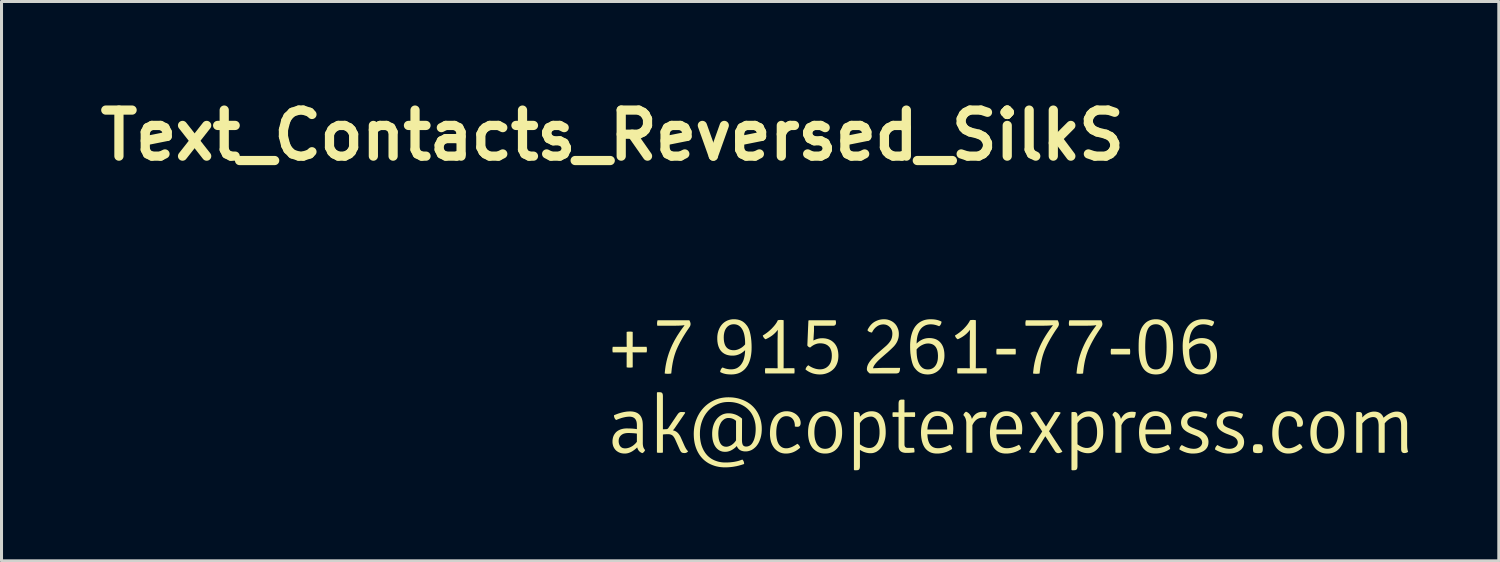
<source format=kicad_pcb>
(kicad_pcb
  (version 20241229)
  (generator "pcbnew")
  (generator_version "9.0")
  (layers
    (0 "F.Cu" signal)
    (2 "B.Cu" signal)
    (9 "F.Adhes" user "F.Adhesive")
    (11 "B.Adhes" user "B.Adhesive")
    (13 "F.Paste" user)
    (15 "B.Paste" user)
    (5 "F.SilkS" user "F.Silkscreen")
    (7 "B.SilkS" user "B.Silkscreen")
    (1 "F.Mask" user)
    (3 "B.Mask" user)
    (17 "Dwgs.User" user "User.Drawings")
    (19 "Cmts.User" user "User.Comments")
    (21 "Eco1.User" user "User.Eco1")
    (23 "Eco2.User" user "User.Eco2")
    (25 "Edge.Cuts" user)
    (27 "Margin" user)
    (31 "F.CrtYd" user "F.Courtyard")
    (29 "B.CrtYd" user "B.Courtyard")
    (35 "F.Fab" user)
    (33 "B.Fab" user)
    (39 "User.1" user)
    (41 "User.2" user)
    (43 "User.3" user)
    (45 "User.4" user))
  (footprint "Text_Contacts_Reversed_SilkS"
    (layer "F.Cu")
    (at 17.214 11.959)
    (property "Reference" "Text_Contacts_Reversed_SilkS" (at 0 -10.532 0) (layer "F.SilkS") (effects (font (size 1.524 1.524) (thickness 0.305))))
    (attr smd)
    (fp_poly (pts (xy 13.338 -3.28) (xy 12.713 -3.28) (xy 12.708 -3.298) (xy 12.705 -3.319) (xy 12.703 -3.343) (xy 12.702 -3.37) (xy 12.703 -3.397) (xy 12.705 -3.423) (xy 12.708 -3.446) (xy 12.713 -3.467) (xy 13.338 -3.467) (xy 13.342 -3.445) (xy 13.344 -3.421) (xy 13.346 -3.396) (xy 13.346 -3.37) (xy 13.346 -3.344) (xy 13.344 -3.32) (xy 13.342 -3.299) (xy 13.338 -3.28)) (stroke (width 0) (type solid)) (fill yes) (layer "F.SilkS"))
    (fp_poly (pts (xy 17.123 -3.28) (xy 16.498 -3.28) (xy 16.493 -3.298) (xy 16.49 -3.319) (xy 16.488 -3.343) (xy 16.487 -3.37) (xy 16.488 -3.397) (xy 16.49 -3.423) (xy 16.493 -3.446) (xy 16.498 -3.467) (xy 17.123 -3.467) (xy 17.126 -3.445) (xy 17.129 -3.421) (xy 17.13 -3.396) (xy 17.131 -3.37) (xy 17.13 -3.344) (xy 17.129 -3.32) (xy 17.126 -3.299) (xy 17.123 -3.28)) (stroke (width 0) (type solid)) (fill yes) (layer "F.SilkS"))
    (fp_poly (pts (xy 0.473 -3.533) (xy 0.47 -3.636) (xy 0.47 -4.027) (xy 0.492 -4.032) (xy 0.516 -4.035) (xy 0.543 -4.037) (xy 0.573 -4.038) (xy 0.603 -4.037) (xy 0.629 -4.035) (xy 0.652 -4.032) (xy 0.671 -4.027) (xy 0.671 -3.636) (xy 0.671 -3.629) (xy 0.671 -3.61) (xy 0.67 -3.578) (xy 0.668 -3.533) (xy 0.769 -3.535) (xy 1.131 -3.535) (xy 1.135 -3.507) (xy 1.139 -3.48) (xy 1.141 -3.456) (xy 1.141 -3.435) (xy 1.141 -3.415) (xy 1.139 -3.394) (xy 1.135 -3.372) (xy 1.131 -3.348) (xy 0.769 -3.348) (xy 0.668 -3.351) (xy 0.671 -3.247) (xy 0.671 -2.856) (xy 0.652 -2.851) (xy 0.629 -2.848) (xy 0.603 -2.846) (xy 0.573 -2.845) (xy 0.543 -2.846) (xy 0.516 -2.848) (xy 0.492 -2.851) (xy 0.47 -2.856) (xy 0.47 -3.247) (xy 0.473 -3.351) (xy 0.372 -3.348) (xy 0.011 -3.348) (xy 0.006 -3.366) (xy 0.003 -3.387) (xy 0.001 -3.412) (xy -0.000078 -3.44) (xy 0.001 -3.469) (xy 0.003 -3.494) (xy 0.006 -3.516) (xy 0.011 -3.535) (xy 0.372 -3.535) (xy 0.473 -3.533)) (stroke (width 0) (type solid)) (fill yes) (layer "F.SilkS"))
    (fp_poly (pts (xy 21.215 -0.043) (xy 21.207 -0.06) (xy 21.201 -0.08) (xy 21.196 -0.104) (xy 21.194 -0.131) (xy 21.193 -0.162) (xy 21.194 -0.189) (xy 21.196 -0.213) (xy 21.199 -0.233) (xy 21.204 -0.249) (xy 21.214 -0.269) (xy 21.226 -0.284) (xy 21.239 -0.295) (xy 21.256 -0.303) (xy 21.274 -0.308) (xy 21.294 -0.309) (xy 21.314 -0.311) (xy 21.336 -0.312) (xy 21.359 -0.312) (xy 21.381 -0.312) (xy 21.402 -0.311) (xy 21.421 -0.309) (xy 21.44 -0.307) (xy 21.458 -0.302) (xy 21.473 -0.293) (xy 21.486 -0.282) (xy 21.497 -0.267) (xy 21.506 -0.249) (xy 21.512 -0.233) (xy 21.516 -0.213) (xy 21.518 -0.189) (xy 21.519 -0.162) (xy 21.519 -0.138) (xy 21.517 -0.116) (xy 21.515 -0.097) (xy 21.511 -0.081) (xy 21.504 -0.063) (xy 21.495 -0.048) (xy 21.484 -0.037) (xy 21.47 -0.029) (xy 21.454 -0.024) (xy 21.435 -0.021) (xy 21.413 -0.018) (xy 21.389 -0.016) (xy 21.362 -0.016) (xy 21.331 -0.016) (xy 21.303 -0.019) (xy 21.277 -0.022) (xy 21.254 -0.028) (xy 21.233 -0.034) (xy 21.215 -0.043) (xy 21.215 -0.043)) (stroke (width 0) (type solid)) (fill yes) (layer "F.SilkS"))
    (fp_poly (pts (xy 14.636 -1.366) (xy 14.651 -1.372) (xy 14.67 -1.376) (xy 14.692 -1.379) (xy 14.717 -1.38) (xy 14.737 -1.379) (xy 14.756 -1.377) (xy 14.775 -1.374) (xy 14.8 -1.37) (xy 14.821 -1.361) (xy 14.829 -1.345) (xy 14.446 -0.741) (xy 14.889 -0.064) (xy 14.865 -0.05) (xy 14.841 -0.037) (xy 14.818 -0.028) (xy 14.796 -0.021) (xy 14.774 -0.017) (xy 14.753 -0.016) (xy 14.732 -0.017) (xy 14.712 -0.022) (xy 14.694 -0.031) (xy 14.677 -0.042) (xy 14.661 -0.057) (xy 14.647 -0.075) (xy 14.323 -0.575) (xy 13.984 -0.032) (xy 13.968 -0.027) (xy 13.948 -0.024) (xy 13.927 -0.022) (xy 13.902 -0.021) (xy 13.882 -0.022) (xy 13.863 -0.023) (xy 13.845 -0.026) (xy 13.819 -0.031) (xy 13.796 -0.04) (xy 13.788 -0.056) (xy 14.22 -0.733) (xy 13.826 -1.342) (xy 13.849 -1.357) (xy 13.871 -1.369) (xy 13.893 -1.379) (xy 13.914 -1.385) (xy 13.935 -1.389) (xy 13.956 -1.391) (xy 13.979 -1.389) (xy 14 -1.384) (xy 14.019 -1.375) (xy 14.036 -1.363) (xy 14.052 -1.347) (xy 14.065 -1.328) (xy 14.345 -0.896) (xy 14.636 -1.366)) (stroke (width 0) (type solid)) (fill yes) (layer "F.SilkS"))
    (fp_poly (pts (xy 10.008 -1.369) (xy 10.012 -1.349) (xy 10.014 -1.329) (xy 10.016 -1.309) (xy 10.016 -1.29) (xy 10.015 -1.266) (xy 10.013 -1.241) (xy 10.008 -1.214) (xy 9.663 -1.217) (xy 9.663 -0.304) (xy 9.664 -0.28) (xy 9.668 -0.259) (xy 9.675 -0.24) (xy 9.684 -0.225) (xy 9.696 -0.212) (xy 9.71 -0.202) (xy 9.727 -0.195) (xy 9.747 -0.191) (xy 9.769 -0.19) (xy 9.975 -0.19) (xy 9.984 -0.166) (xy 9.99 -0.143) (xy 9.993 -0.12) (xy 9.994 -0.097) (xy 9.994 -0.07) (xy 9.992 -0.051) (xy 9.989 -0.04) (xy 9.964 -0.037) (xy 9.939 -0.034) (xy 9.913 -0.032) (xy 9.888 -0.03) (xy 9.862 -0.028) (xy 9.836 -0.026) (xy 9.81 -0.025) (xy 9.784 -0.024) (xy 9.757 -0.024) (xy 9.731 -0.024) (xy 9.704 -0.024) (xy 9.678 -0.026) (xy 9.654 -0.029) (xy 9.631 -0.034) (xy 9.61 -0.039) (xy 9.591 -0.046) (xy 9.572 -0.054) (xy 9.555 -0.064) (xy 9.54 -0.074) (xy 9.526 -0.086) (xy 9.514 -0.099) (xy 9.503 -0.114) (xy 9.493 -0.129) (xy 9.485 -0.146) (xy 9.479 -0.164) (xy 9.474 -0.184) (xy 9.47 -0.204) (xy 9.468 -0.226) (xy 9.467 -0.249) (xy 9.467 -1.217) (xy 9.274 -1.214) (xy 9.27 -1.241) (xy 9.267 -1.266) (xy 9.266 -1.29) (xy 9.267 -1.309) (xy 9.268 -1.329) (xy 9.271 -1.349) (xy 9.274 -1.369) (xy 9.467 -1.366) (xy 9.467 -1.652) (xy 9.468 -1.679) (xy 9.471 -1.703) (xy 9.475 -1.724) (xy 9.481 -1.741) (xy 9.489 -1.755) (xy 9.502 -1.769) (xy 9.521 -1.779) (xy 9.544 -1.786) (xy 9.573 -1.788) (xy 9.647 -1.788) (xy 9.663 -1.771) (xy 9.663 -1.364) (xy 10.008 -1.369)) (stroke (width 0) (type solid)) (fill yes) (layer "F.SilkS"))
    (fp_poly (pts (xy 11.611 -1.274) (xy 11.619 -1.297) (xy 11.63 -1.318) (xy 11.643 -1.338) (xy 11.659 -1.356) (xy 11.677 -1.373) (xy 11.698 -1.388) (xy 11.72 -1.379) (xy 11.74 -1.369) (xy 11.759 -1.358) (xy 11.777 -1.345) (xy 11.793 -1.331) (xy 11.809 -1.316) (xy 11.823 -1.299) (xy 11.837 -1.281) (xy 11.849 -1.262) (xy 11.86 -1.241) (xy 11.87 -1.22) (xy 11.879 -1.196) (xy 11.887 -1.172) (xy 11.894 -1.146) (xy 11.906 -1.169) (xy 11.918 -1.192) (xy 11.931 -1.213) (xy 11.944 -1.232) (xy 11.959 -1.251) (xy 11.974 -1.268) (xy 11.989 -1.284) (xy 12.006 -1.299) (xy 12.023 -1.313) (xy 12.041 -1.326) (xy 12.059 -1.337) (xy 12.079 -1.347) (xy 12.099 -1.356) (xy 12.119 -1.364) (xy 12.141 -1.37) (xy 12.163 -1.376) (xy 12.186 -1.38) (xy 12.209 -1.383) (xy 12.233 -1.385) (xy 12.258 -1.385) (xy 12.282 -1.385) (xy 12.306 -1.384) (xy 12.331 -1.381) (xy 12.357 -1.378) (xy 12.383 -1.374) (xy 12.383 -1.346) (xy 12.38 -1.319) (xy 12.377 -1.293) (xy 12.372 -1.268) (xy 12.365 -1.245) (xy 12.357 -1.224) (xy 12.348 -1.203) (xy 12.337 -1.184) (xy 12.319 -1.185) (xy 12.297 -1.186) (xy 12.271 -1.187) (xy 12.242 -1.187) (xy 12.219 -1.186) (xy 12.197 -1.184) (xy 12.175 -1.181) (xy 12.154 -1.176) (xy 12.134 -1.17) (xy 12.114 -1.162) (xy 12.095 -1.153) (xy 12.076 -1.143) (xy 12.058 -1.131) (xy 12.04 -1.118) (xy 12.024 -1.104) (xy 12.007 -1.088) (xy 11.992 -1.071) (xy 11.977 -1.053) (xy 11.962 -1.033) (xy 11.948 -1.012) (xy 11.935 -0.989) (xy 11.922 -0.965) (xy 11.91 -0.94) (xy 11.91 -0.035) (xy 11.889 -0.031) (xy 11.865 -0.028) (xy 11.839 -0.027) (xy 11.81 -0.026) (xy 11.781 -0.027) (xy 11.755 -0.028) (xy 11.731 -0.031) (xy 11.709 -0.035) (xy 11.709 -0.997) (xy 11.709 -1.025) (xy 11.707 -1.051) (xy 11.704 -1.077) (xy 11.7 -1.102) (xy 11.695 -1.125) (xy 11.688 -1.148) (xy 11.681 -1.169) (xy 11.672 -1.189) (xy 11.662 -1.208) (xy 11.651 -1.226) (xy 11.639 -1.243) (xy 11.626 -1.259) (xy 11.611 -1.274) (xy 11.611 -1.274)) (stroke (width 0) (type solid)) (fill yes) (layer "F.SilkS"))
    (fp_poly (pts (xy 16.543 -1.274) (xy 16.55 -1.297) (xy 16.561 -1.318) (xy 16.574 -1.338) (xy 16.59 -1.356) (xy 16.608 -1.373) (xy 16.63 -1.388) (xy 16.651 -1.379) (xy 16.671 -1.369) (xy 16.69 -1.358) (xy 16.708 -1.345) (xy 16.725 -1.331) (xy 16.74 -1.316) (xy 16.755 -1.299) (xy 16.768 -1.281) (xy 16.78 -1.262) (xy 16.792 -1.241) (xy 16.802 -1.22) (xy 16.811 -1.196) (xy 16.819 -1.172) (xy 16.825 -1.146) (xy 16.837 -1.169) (xy 16.849 -1.192) (xy 16.862 -1.213) (xy 16.876 -1.232) (xy 16.89 -1.251) (xy 16.905 -1.268) (xy 16.921 -1.284) (xy 16.937 -1.299) (xy 16.954 -1.313) (xy 16.972 -1.326) (xy 16.991 -1.337) (xy 17.01 -1.347) (xy 17.03 -1.356) (xy 17.051 -1.364) (xy 17.072 -1.37) (xy 17.094 -1.376) (xy 17.117 -1.38) (xy 17.14 -1.383) (xy 17.165 -1.385) (xy 17.19 -1.385) (xy 17.213 -1.385) (xy 17.237 -1.384) (xy 17.262 -1.381) (xy 17.288 -1.378) (xy 17.315 -1.374) (xy 17.314 -1.346) (xy 17.312 -1.319) (xy 17.308 -1.293) (xy 17.303 -1.268) (xy 17.297 -1.245) (xy 17.289 -1.224) (xy 17.279 -1.203) (xy 17.268 -1.184) (xy 17.25 -1.185) (xy 17.228 -1.186) (xy 17.203 -1.187) (xy 17.173 -1.187) (xy 17.15 -1.186) (xy 17.128 -1.184) (xy 17.106 -1.181) (xy 17.085 -1.176) (xy 17.065 -1.17) (xy 17.045 -1.162) (xy 17.026 -1.153) (xy 17.007 -1.143) (xy 16.989 -1.131) (xy 16.972 -1.118) (xy 16.955 -1.104) (xy 16.939 -1.088) (xy 16.923 -1.071) (xy 16.908 -1.053) (xy 16.893 -1.033) (xy 16.88 -1.012) (xy 16.866 -0.989) (xy 16.854 -0.965) (xy 16.842 -0.94) (xy 16.842 -0.035) (xy 16.82 -0.031) (xy 16.796 -0.028) (xy 16.77 -0.027) (xy 16.741 -0.026) (xy 16.712 -0.027) (xy 16.686 -0.028) (xy 16.662 -0.031) (xy 16.641 -0.035) (xy 16.641 -0.997) (xy 16.64 -1.025) (xy 16.638 -1.051) (xy 16.635 -1.077) (xy 16.631 -1.102) (xy 16.626 -1.125) (xy 16.62 -1.148) (xy 16.612 -1.169) (xy 16.604 -1.189) (xy 16.594 -1.208) (xy 16.583 -1.226) (xy 16.571 -1.243) (xy 16.557 -1.259) (xy 16.543 -1.274) (xy 16.543 -1.274)) (stroke (width 0) (type solid)) (fill yes) (layer "F.SilkS"))
    (fp_poly (pts (xy 5.467 -2.823) (xy 5.464 -2.994) (xy 5.464 -3.761) (xy 5.464 -3.763) (xy 5.464 -3.77) (xy 5.465 -3.78) (xy 5.465 -3.794) (xy 5.465 -3.812) (xy 5.466 -3.834) (xy 5.467 -3.86) (xy 5.467 -3.89) (xy 5.468 -3.924) (xy 5.469 -3.961) (xy 5.47 -4.003) (xy 5.471 -4.048) (xy 5.472 -4.098) (xy 5.458 -4.078) (xy 5.442 -4.059) (xy 5.427 -4.041) (xy 5.411 -4.023) (xy 5.394 -4.005) (xy 5.377 -3.988) (xy 5.359 -3.971) (xy 5.341 -3.955) (xy 5.323 -3.939) (xy 5.304 -3.923) (xy 5.285 -3.908) (xy 5.265 -3.894) (xy 5.244 -3.88) (xy 5.223 -3.866) (xy 5.202 -3.853) (xy 5.18 -3.84) (xy 5.158 -3.828) (xy 5.136 -3.816) (xy 5.112 -3.804) (xy 5.089 -3.793) (xy 5.065 -3.783) (xy 5.046 -3.797) (xy 5.028 -3.812) (xy 5.014 -3.828) (xy 5.001 -3.846) (xy 4.99 -3.865) (xy 4.981 -3.886) (xy 4.975 -3.908) (xy 4.998 -3.922) (xy 5.02 -3.936) (xy 5.042 -3.95) (xy 5.064 -3.965) (xy 5.085 -3.98) (xy 5.106 -3.995) (xy 5.126 -4.01) (xy 5.146 -4.026) (xy 5.166 -4.042) (xy 5.185 -4.058) (xy 5.203 -4.074) (xy 5.222 -4.09) (xy 5.239 -4.107) (xy 5.257 -4.123) (xy 5.274 -4.14) (xy 5.29 -4.158) (xy 5.31 -4.179) (xy 5.329 -4.2) (xy 5.347 -4.221) (xy 5.364 -4.241) (xy 5.38 -4.261) (xy 5.395 -4.281) (xy 5.409 -4.301) (xy 5.422 -4.32) (xy 5.434 -4.339) (xy 5.445 -4.358) (xy 5.455 -4.377) (xy 5.464 -4.395) (xy 5.472 -4.413) (xy 5.495 -4.418) (xy 5.518 -4.421) (xy 5.542 -4.423) (xy 5.567 -4.424) (xy 5.594 -4.423) (xy 5.619 -4.421) (xy 5.643 -4.418) (xy 5.665 -4.413) (xy 5.665 -2.994) (xy 5.663 -2.823) (xy 5.809 -2.826) (xy 6.019 -2.826) (xy 6.022 -2.803) (xy 6.025 -2.78) (xy 6.026 -2.758) (xy 6.027 -2.736) (xy 6.026 -2.716) (xy 6.025 -2.695) (xy 6.022 -2.674) (xy 6.019 -2.652) (xy 5.056 -2.652) (xy 5.053 -2.674) (xy 5.05 -2.696) (xy 5.049 -2.717) (xy 5.048 -2.739) (xy 5.049 -2.761) (xy 5.05 -2.783) (xy 5.053 -2.804) (xy 5.056 -2.826) (xy 5.32 -2.826) (xy 5.467 -2.823)) (stroke (width 0) (type solid)) (fill yes) (layer "F.SilkS"))
    (fp_poly (pts (xy 11.826 -2.823) (xy 11.823 -2.994) (xy 11.823 -3.761) (xy 11.823 -3.763) (xy 11.824 -3.77) (xy 11.824 -3.78) (xy 11.824 -3.794) (xy 11.825 -3.812) (xy 11.825 -3.834) (xy 11.826 -3.86) (xy 11.826 -3.89) (xy 11.827 -3.924) (xy 11.828 -3.961) (xy 11.829 -4.003) (xy 11.83 -4.048) (xy 11.832 -4.098) (xy 11.817 -4.078) (xy 11.802 -4.059) (xy 11.786 -4.041) (xy 11.77 -4.023) (xy 11.753 -4.005) (xy 11.736 -3.988) (xy 11.719 -3.971) (xy 11.701 -3.955) (xy 11.682 -3.939) (xy 11.663 -3.923) (xy 11.644 -3.908) (xy 11.624 -3.894) (xy 11.604 -3.88) (xy 11.583 -3.866) (xy 11.561 -3.853) (xy 11.54 -3.84) (xy 11.517 -3.828) (xy 11.495 -3.816) (xy 11.472 -3.804) (xy 11.448 -3.793) (xy 11.424 -3.783) (xy 11.405 -3.797) (xy 11.388 -3.812) (xy 11.373 -3.828) (xy 11.36 -3.846) (xy 11.349 -3.865) (xy 11.341 -3.886) (xy 11.334 -3.908) (xy 11.357 -3.922) (xy 11.38 -3.936) (xy 11.402 -3.95) (xy 11.423 -3.965) (xy 11.444 -3.98) (xy 11.465 -3.995) (xy 11.486 -4.01) (xy 11.505 -4.026) (xy 11.525 -4.042) (xy 11.544 -4.058) (xy 11.563 -4.074) (xy 11.581 -4.09) (xy 11.599 -4.107) (xy 11.616 -4.123) (xy 11.633 -4.14) (xy 11.649 -4.158) (xy 11.669 -4.179) (xy 11.688 -4.2) (xy 11.706 -4.221) (xy 11.723 -4.241) (xy 11.739 -4.261) (xy 11.754 -4.281) (xy 11.768 -4.301) (xy 11.781 -4.32) (xy 11.793 -4.339) (xy 11.804 -4.358) (xy 11.815 -4.377) (xy 11.824 -4.395) (xy 11.832 -4.413) (xy 11.854 -4.418) (xy 11.877 -4.421) (xy 11.901 -4.423) (xy 11.927 -4.424) (xy 11.953 -4.423) (xy 11.978 -4.421) (xy 12.002 -4.418) (xy 12.025 -4.413) (xy 12.025 -2.994) (xy 12.022 -2.823) (xy 12.169 -2.826) (xy 12.378 -2.826) (xy 12.381 -2.803) (xy 12.384 -2.78) (xy 12.385 -2.758) (xy 12.386 -2.736) (xy 12.385 -2.716) (xy 12.384 -2.695) (xy 12.381 -2.674) (xy 12.378 -2.652) (xy 11.416 -2.652) (xy 11.412 -2.674) (xy 11.41 -2.696) (xy 11.408 -2.717) (xy 11.408 -2.739) (xy 11.408 -2.761) (xy 11.41 -2.783) (xy 11.412 -2.804) (xy 11.416 -2.826) (xy 11.679 -2.826) (xy 11.826 -2.823)) (stroke (width 0) (type solid)) (fill yes) (layer "F.SilkS"))
    (fp_poly (pts (xy 2.268 -0.521) (xy 2.374 -0.282) (xy 2.388 -0.251) (xy 2.402 -0.222) (xy 2.416 -0.196) (xy 2.429 -0.172) (xy 2.442 -0.151) (xy 2.455 -0.132) (xy 2.468 -0.115) (xy 2.48 -0.1) (xy 2.493 -0.088) (xy 2.505 -0.078) (xy 2.489 -0.06) (xy 2.472 -0.045) (xy 2.453 -0.033) (xy 2.432 -0.025) (xy 2.409 -0.02) (xy 2.385 -0.018) (xy 2.356 -0.02) (xy 2.331 -0.023) (xy 2.309 -0.03) (xy 2.291 -0.039) (xy 2.276 -0.051) (xy 2.264 -0.066) (xy 2.252 -0.084) (xy 2.239 -0.106) (xy 2.227 -0.131) (xy 2.214 -0.16) (xy 2.089 -0.442) (xy 2.076 -0.471) (xy 2.063 -0.497) (xy 2.05 -0.521) (xy 2.036 -0.542) (xy 2.023 -0.561) (xy 2.01 -0.577) (xy 1.996 -0.591) (xy 1.983 -0.603) (xy 1.964 -0.615) (xy 1.943 -0.625) (xy 1.92 -0.633) (xy 1.895 -0.639) (xy 1.868 -0.642) (xy 1.839 -0.643) (xy 1.813 -0.643) (xy 1.788 -0.642) (xy 1.764 -0.641) (xy 1.74 -0.64) (xy 1.716 -0.638) (xy 1.693 -0.635) (xy 1.67 -0.632) (xy 1.67 -0.035) (xy 1.649 -0.031) (xy 1.625 -0.028) (xy 1.598 -0.027) (xy 1.57 -0.026) (xy 1.542 -0.027) (xy 1.517 -0.028) (xy 1.493 -0.031) (xy 1.472 -0.035) (xy 1.472 -2.016) (xy 1.488 -2.032) (xy 1.562 -2.032) (xy 1.591 -2.03) (xy 1.616 -2.024) (xy 1.635 -2.014) (xy 1.648 -2) (xy 1.656 -1.986) (xy 1.662 -1.969) (xy 1.667 -1.948) (xy 1.669 -1.924) (xy 1.67 -1.896) (xy 1.67 -0.804) (xy 1.787 -0.809) (xy 1.805 -0.812) (xy 1.822 -0.819) (xy 1.837 -0.831) (xy 1.85 -0.847) (xy 2.14 -1.277) (xy 2.158 -1.302) (xy 2.174 -1.323) (xy 2.19 -1.34) (xy 2.206 -1.353) (xy 2.221 -1.363) (xy 2.238 -1.371) (xy 2.257 -1.376) (xy 2.276 -1.377) (xy 2.294 -1.377) (xy 2.315 -1.376) (xy 2.338 -1.375) (xy 2.364 -1.374) (xy 2.393 -1.372) (xy 2.409 -1.35) (xy 2.064 -0.847) (xy 2.047 -0.823) (xy 2.03 -0.802) (xy 2.014 -0.785) (xy 1.999 -0.771) (xy 2.025 -0.765) (xy 2.049 -0.757) (xy 2.073 -0.747) (xy 2.095 -0.736) (xy 2.116 -0.723) (xy 2.136 -0.709) (xy 2.154 -0.692) (xy 2.169 -0.677) (xy 2.185 -0.66) (xy 2.199 -0.641) (xy 2.214 -0.621) (xy 2.228 -0.599) (xy 2.242 -0.575) (xy 2.255 -0.549) (xy 2.268 -0.521)) (stroke (width 0) (type solid)) (fill yes) (layer "F.SilkS"))
    (fp_poly (pts (xy 1.493 -4.413) (xy 2.545 -4.413) (xy 2.557 -4.389) (xy 2.567 -4.367) (xy 2.575 -4.345) (xy 2.581 -4.325) (xy 2.584 -4.306) (xy 2.585 -4.288) (xy 2.584 -4.268) (xy 2.58 -4.248) (xy 2.573 -4.228) (xy 2.563 -4.206) (xy 2.55 -4.185) (xy 2.466 -4.063) (xy 2.45 -4.038) (xy 2.434 -4.014) (xy 2.418 -3.989) (xy 2.403 -3.965) (xy 2.388 -3.941) (xy 2.373 -3.917) (xy 2.358 -3.893) (xy 2.344 -3.87) (xy 2.33 -3.846) (xy 2.316 -3.823) (xy 2.303 -3.799) (xy 2.29 -3.776) (xy 2.277 -3.753) (xy 2.264 -3.73) (xy 2.252 -3.708) (xy 2.239 -3.685) (xy 2.228 -3.663) (xy 2.216 -3.64) (xy 2.205 -3.618) (xy 2.194 -3.596) (xy 2.183 -3.574) (xy 2.172 -3.552) (xy 2.162 -3.53) (xy 2.152 -3.509) (xy 2.143 -3.487) (xy 2.133 -3.466) (xy 2.124 -3.445) (xy 2.115 -3.424) (xy 2.107 -3.403) (xy 2.098 -3.381) (xy 2.09 -3.36) (xy 2.083 -3.338) (xy 2.075 -3.316) (xy 2.068 -3.293) (xy 2.06 -3.271) (xy 2.053 -3.248) (xy 2.046 -3.225) (xy 2.04 -3.201) (xy 2.033 -3.177) (xy 2.027 -3.153) (xy 2.021 -3.129) (xy 2.015 -3.105) (xy 2.01 -3.08) (xy 2.004 -3.055) (xy 1.999 -3.029) (xy 1.994 -3.004) (xy 1.989 -2.978) (xy 1.985 -2.952) (xy 1.98 -2.926) (xy 1.976 -2.899) (xy 1.972 -2.872) (xy 1.968 -2.845) (xy 1.964 -2.817) (xy 1.961 -2.79) (xy 1.958 -2.762) (xy 1.955 -2.734) (xy 1.947 -2.652) (xy 1.929 -2.648) (xy 1.909 -2.645) (xy 1.887 -2.643) (xy 1.862 -2.642) (xy 1.835 -2.641) (xy 1.808 -2.642) (xy 1.784 -2.643) (xy 1.763 -2.645) (xy 1.745 -2.648) (xy 1.729 -2.652) (xy 1.74 -2.755) (xy 1.743 -2.78) (xy 1.746 -2.805) (xy 1.749 -2.829) (xy 1.753 -2.854) (xy 1.756 -2.878) (xy 1.76 -2.903) (xy 1.765 -2.927) (xy 1.769 -2.952) (xy 1.774 -2.976) (xy 1.779 -3) (xy 1.784 -3.025) (xy 1.789 -3.049) (xy 1.795 -3.073) (xy 1.801 -3.097) (xy 1.807 -3.122) (xy 1.813 -3.146) (xy 1.82 -3.17) (xy 1.827 -3.194) (xy 1.834 -3.218) (xy 1.841 -3.242) (xy 1.849 -3.265) (xy 1.856 -3.289) (xy 1.864 -3.313) (xy 1.873 -3.337) (xy 1.881 -3.361) (xy 1.89 -3.384) (xy 1.899 -3.408) (xy 1.908 -3.431) (xy 1.918 -3.455) (xy 1.927 -3.479) (xy 1.937 -3.502) (xy 1.947 -3.525) (xy 1.958 -3.549) (xy 1.968 -3.572) (xy 1.979 -3.596) (xy 1.99 -3.619) (xy 2.002 -3.642) (xy 2.013 -3.665) (xy 2.025 -3.688) (xy 2.037 -3.711) (xy 2.049 -3.735) (xy 2.062 -3.758) (xy 2.075 -3.781) (xy 2.088 -3.804) (xy 2.101 -3.826) (xy 2.115 -3.849) (xy 2.128 -3.872) (xy 2.142 -3.895) (xy 2.157 -3.918) (xy 2.171 -3.94) (xy 2.186 -3.963) (xy 2.201 -3.986) (xy 2.216 -4.008) (xy 2.243 -4.049) (xy 2.251 -4.061) (xy 2.261 -4.075) (xy 2.272 -4.09) (xy 2.284 -4.107) (xy 2.297 -4.126) (xy 2.312 -4.146) (xy 2.328 -4.168) (xy 2.346 -4.191) (xy 2.364 -4.216) (xy 2.384 -4.242) (xy 2.376 -4.25) (xy 2.366 -4.248) (xy 2.354 -4.246) (xy 2.34 -4.244) (xy 2.324 -4.242) (xy 2.307 -4.241) (xy 2.287 -4.239) (xy 2.265 -4.238) (xy 2.241 -4.236) (xy 2.216 -4.235) (xy 2.188 -4.234) (xy 2.158 -4.233) (xy 2.126 -4.233) (xy 2.093 -4.232) (xy 2.057 -4.232) (xy 2.02 -4.231) (xy 1.98 -4.231) (xy 1.939 -4.231) (xy 1.485 -4.231) (xy 1.481 -4.249) (xy 1.479 -4.269) (xy 1.477 -4.29) (xy 1.476 -4.313) (xy 1.478 -4.336) (xy 1.481 -4.361) (xy 1.486 -4.387) (xy 1.493 -4.413) (xy 1.493 -4.413)) (stroke (width 0) (type solid)) (fill yes) (layer "F.SilkS"))
    (fp_poly (pts (xy 13.68 -4.413) (xy 14.732 -4.413) (xy 14.745 -4.389) (xy 14.755 -4.367) (xy 14.763 -4.345) (xy 14.768 -4.325) (xy 14.772 -4.306) (xy 14.773 -4.288) (xy 14.772 -4.268) (xy 14.767 -4.248) (xy 14.76 -4.228) (xy 14.75 -4.206) (xy 14.738 -4.185) (xy 14.653 -4.063) (xy 14.637 -4.038) (xy 14.621 -4.014) (xy 14.606 -3.989) (xy 14.59 -3.965) (xy 14.575 -3.941) (xy 14.56 -3.917) (xy 14.546 -3.893) (xy 14.532 -3.87) (xy 14.518 -3.846) (xy 14.504 -3.823) (xy 14.49 -3.799) (xy 14.477 -3.776) (xy 14.464 -3.753) (xy 14.452 -3.73) (xy 14.439 -3.708) (xy 14.427 -3.685) (xy 14.415 -3.663) (xy 14.404 -3.64) (xy 14.392 -3.618) (xy 14.381 -3.596) (xy 14.371 -3.574) (xy 14.36 -3.552) (xy 14.35 -3.53) (xy 14.34 -3.509) (xy 14.33 -3.487) (xy 14.321 -3.466) (xy 14.312 -3.445) (xy 14.303 -3.424) (xy 14.294 -3.403) (xy 14.286 -3.381) (xy 14.278 -3.36) (xy 14.27 -3.338) (xy 14.263 -3.316) (xy 14.255 -3.293) (xy 14.248 -3.271) (xy 14.241 -3.248) (xy 14.234 -3.225) (xy 14.227 -3.201) (xy 14.221 -3.177) (xy 14.215 -3.153) (xy 14.209 -3.129) (xy 14.203 -3.105) (xy 14.197 -3.08) (xy 14.192 -3.055) (xy 14.187 -3.029) (xy 14.182 -3.004) (xy 14.177 -2.978) (xy 14.172 -2.952) (xy 14.168 -2.926) (xy 14.164 -2.899) (xy 14.16 -2.872) (xy 14.156 -2.845) (xy 14.152 -2.817) (xy 14.149 -2.79) (xy 14.145 -2.762) (xy 14.142 -2.734) (xy 14.134 -2.652) (xy 14.117 -2.648) (xy 14.097 -2.645) (xy 14.075 -2.643) (xy 14.05 -2.642) (xy 14.023 -2.641) (xy 13.996 -2.642) (xy 13.972 -2.643) (xy 13.951 -2.645) (xy 13.932 -2.648) (xy 13.917 -2.652) (xy 13.928 -2.755) (xy 13.931 -2.78) (xy 13.934 -2.805) (xy 13.937 -2.829) (xy 13.94 -2.854) (xy 13.944 -2.878) (xy 13.948 -2.903) (xy 13.952 -2.927) (xy 13.957 -2.952) (xy 13.961 -2.976) (xy 13.966 -3) (xy 13.971 -3.025) (xy 13.977 -3.049) (xy 13.983 -3.073) (xy 13.988 -3.097) (xy 13.995 -3.122) (xy 14.001 -3.146) (xy 14.007 -3.17) (xy 14.014 -3.194) (xy 14.021 -3.218) (xy 14.029 -3.242) (xy 14.036 -3.265) (xy 14.044 -3.289) (xy 14.052 -3.313) (xy 14.06 -3.337) (xy 14.069 -3.361) (xy 14.078 -3.384) (xy 14.087 -3.408) (xy 14.096 -3.431) (xy 14.105 -3.455) (xy 14.115 -3.479) (xy 14.125 -3.502) (xy 14.135 -3.525) (xy 14.145 -3.549) (xy 14.156 -3.572) (xy 14.167 -3.596) (xy 14.178 -3.619) (xy 14.189 -3.642) (xy 14.201 -3.665) (xy 14.213 -3.688) (xy 14.225 -3.711) (xy 14.237 -3.735) (xy 14.25 -3.758) (xy 14.262 -3.781) (xy 14.275 -3.804) (xy 14.289 -3.826) (xy 14.302 -3.849) (xy 14.316 -3.872) (xy 14.33 -3.895) (xy 14.344 -3.918) (xy 14.359 -3.94) (xy 14.373 -3.963) (xy 14.388 -3.986) (xy 14.403 -4.008) (xy 14.431 -4.049) (xy 14.439 -4.061) (xy 14.448 -4.075) (xy 14.459 -4.09) (xy 14.471 -4.107) (xy 14.485 -4.126) (xy 14.5 -4.146) (xy 14.516 -4.168) (xy 14.533 -4.191) (xy 14.552 -4.216) (xy 14.572 -4.242) (xy 14.564 -4.25) (xy 14.554 -4.248) (xy 14.542 -4.246) (xy 14.528 -4.244) (xy 14.512 -4.242) (xy 14.494 -4.241) (xy 14.474 -4.239) (xy 14.453 -4.238) (xy 14.429 -4.236) (xy 14.403 -4.235) (xy 14.375 -4.234) (xy 14.346 -4.233) (xy 14.314 -4.233) (xy 14.28 -4.232) (xy 14.245 -4.232) (xy 14.207 -4.231) (xy 14.168 -4.231) (xy 14.126 -4.231) (xy 13.672 -4.231) (xy 13.669 -4.249) (xy 13.666 -4.269) (xy 13.665 -4.29) (xy 13.664 -4.313) (xy 13.665 -4.336) (xy 13.668 -4.361) (xy 13.673 -4.387) (xy 13.68 -4.413) (xy 13.68 -4.413)) (stroke (width 0) (type solid)) (fill yes) (layer "F.SilkS"))
    (fp_poly (pts (xy 15.119 -4.413) (xy 16.171 -4.413) (xy 16.183 -4.389) (xy 16.193 -4.367) (xy 16.201 -4.345) (xy 16.207 -4.325) (xy 16.21 -4.306) (xy 16.212 -4.288) (xy 16.21 -4.268) (xy 16.206 -4.248) (xy 16.199 -4.228) (xy 16.189 -4.206) (xy 16.176 -4.185) (xy 16.092 -4.063) (xy 16.076 -4.038) (xy 16.06 -4.014) (xy 16.044 -3.989) (xy 16.029 -3.965) (xy 16.014 -3.941) (xy 15.999 -3.917) (xy 15.984 -3.893) (xy 15.97 -3.87) (xy 15.956 -3.846) (xy 15.942 -3.823) (xy 15.929 -3.799) (xy 15.916 -3.776) (xy 15.903 -3.753) (xy 15.89 -3.73) (xy 15.878 -3.708) (xy 15.866 -3.685) (xy 15.854 -3.663) (xy 15.842 -3.64) (xy 15.831 -3.618) (xy 15.82 -3.596) (xy 15.809 -3.574) (xy 15.799 -3.552) (xy 15.788 -3.53) (xy 15.778 -3.509) (xy 15.769 -3.487) (xy 15.759 -3.466) (xy 15.75 -3.445) (xy 15.741 -3.424) (xy 15.733 -3.403) (xy 15.725 -3.381) (xy 15.717 -3.36) (xy 15.709 -3.338) (xy 15.701 -3.316) (xy 15.694 -3.293) (xy 15.686 -3.271) (xy 15.679 -3.248) (xy 15.673 -3.225) (xy 15.666 -3.201) (xy 15.66 -3.177) (xy 15.653 -3.153) (xy 15.647 -3.129) (xy 15.641 -3.105) (xy 15.636 -3.08) (xy 15.63 -3.055) (xy 15.625 -3.029) (xy 15.62 -3.004) (xy 15.615 -2.978) (xy 15.611 -2.952) (xy 15.606 -2.926) (xy 15.602 -2.899) (xy 15.598 -2.872) (xy 15.594 -2.845) (xy 15.591 -2.817) (xy 15.587 -2.79) (xy 15.584 -2.762) (xy 15.581 -2.734) (xy 15.573 -2.652) (xy 15.555 -2.648) (xy 15.535 -2.645) (xy 15.513 -2.643) (xy 15.488 -2.642) (xy 15.461 -2.641) (xy 15.435 -2.642) (xy 15.411 -2.643) (xy 15.389 -2.645) (xy 15.371 -2.648) (xy 15.355 -2.652) (xy 15.366 -2.755) (xy 15.369 -2.78) (xy 15.372 -2.805) (xy 15.375 -2.829) (xy 15.379 -2.854) (xy 15.383 -2.878) (xy 15.387 -2.903) (xy 15.391 -2.927) (xy 15.395 -2.952) (xy 15.4 -2.976) (xy 15.405 -3) (xy 15.41 -3.025) (xy 15.415 -3.049) (xy 15.421 -3.073) (xy 15.427 -3.097) (xy 15.433 -3.122) (xy 15.439 -3.146) (xy 15.446 -3.17) (xy 15.453 -3.194) (xy 15.46 -3.218) (xy 15.467 -3.242) (xy 15.475 -3.265) (xy 15.483 -3.289) (xy 15.491 -3.313) (xy 15.499 -3.337) (xy 15.507 -3.361) (xy 15.516 -3.384) (xy 15.525 -3.408) (xy 15.534 -3.431) (xy 15.544 -3.455) (xy 15.553 -3.479) (xy 15.563 -3.502) (xy 15.573 -3.525) (xy 15.584 -3.549) (xy 15.595 -3.572) (xy 15.605 -3.596) (xy 15.617 -3.619) (xy 15.628 -3.642) (xy 15.639 -3.665) (xy 15.651 -3.688) (xy 15.663 -3.711) (xy 15.676 -3.735) (xy 15.688 -3.758) (xy 15.701 -3.781) (xy 15.714 -3.804) (xy 15.727 -3.826) (xy 15.741 -3.849) (xy 15.755 -3.872) (xy 15.768 -3.895) (xy 15.783 -3.918) (xy 15.797 -3.94) (xy 15.812 -3.963) (xy 15.827 -3.986) (xy 15.842 -4.008) (xy 15.869 -4.049) (xy 15.877 -4.061) (xy 15.887 -4.075) (xy 15.898 -4.09) (xy 15.91 -4.107) (xy 15.923 -4.126) (xy 15.938 -4.146) (xy 15.954 -4.168) (xy 15.972 -4.191) (xy 15.99 -4.216) (xy 16.01 -4.242) (xy 16.002 -4.25) (xy 15.992 -4.248) (xy 15.98 -4.246) (xy 15.967 -4.244) (xy 15.951 -4.242) (xy 15.933 -4.241) (xy 15.913 -4.239) (xy 15.891 -4.238) (xy 15.867 -4.236) (xy 15.842 -4.235) (xy 15.814 -4.234) (xy 15.784 -4.233) (xy 15.753 -4.233) (xy 15.719 -4.232) (xy 15.683 -4.232) (xy 15.646 -4.231) (xy 15.606 -4.231) (xy 15.565 -4.231) (xy 15.111 -4.231) (xy 15.107 -4.249) (xy 15.105 -4.269) (xy 15.103 -4.29) (xy 15.103 -4.313) (xy 15.104 -4.336) (xy 15.107 -4.361) (xy 15.112 -4.387) (xy 15.119 -4.413) (xy 15.119 -4.413)) (stroke (width 0) (type solid)) (fill yes) (layer "F.SilkS"))
    (fp_poly (pts (xy 25.352 -0.904) (xy 25.352 -0.936) (xy 25.351 -0.966) (xy 25.348 -0.994) (xy 25.345 -1.02) (xy 25.341 -1.044) (xy 25.337 -1.067) (xy 25.331 -1.087) (xy 25.324 -1.106) (xy 25.317 -1.123) (xy 25.309 -1.138) (xy 25.296 -1.157) (xy 25.281 -1.173) (xy 25.264 -1.186) (xy 25.244 -1.196) (xy 25.223 -1.203) (xy 25.199 -1.207) (xy 25.173 -1.209) (xy 25.15 -1.208) (xy 25.126 -1.205) (xy 25.102 -1.201) (xy 25.078 -1.194) (xy 25.054 -1.186) (xy 25.03 -1.177) (xy 25.005 -1.165) (xy 24.98 -1.152) (xy 24.959 -1.138) (xy 24.938 -1.124) (xy 24.918 -1.109) (xy 24.898 -1.093) (xy 24.88 -1.076) (xy 24.862 -1.057) (xy 24.844 -1.038) (xy 24.827 -1.018) (xy 24.811 -0.997) (xy 24.811 -0.035) (xy 24.79 -0.031) (xy 24.766 -0.028) (xy 24.74 -0.027) (xy 24.711 -0.026) (xy 24.682 -0.027) (xy 24.656 -0.028) (xy 24.632 -0.031) (xy 24.61 -0.035) (xy 24.61 -1.358) (xy 24.627 -1.377) (xy 24.703 -1.377) (xy 24.727 -1.376) (xy 24.748 -1.372) (xy 24.765 -1.364) (xy 24.779 -1.355) (xy 24.79 -1.342) (xy 24.797 -1.327) (xy 24.804 -1.309) (xy 24.808 -1.288) (xy 24.811 -1.264) (xy 24.811 -1.236) (xy 24.811 -1.195) (xy 24.83 -1.215) (xy 24.848 -1.234) (xy 24.867 -1.252) (xy 24.886 -1.269) (xy 24.905 -1.285) (xy 24.925 -1.299) (xy 24.945 -1.313) (xy 24.965 -1.325) (xy 24.986 -1.337) (xy 25.007 -1.347) (xy 25.028 -1.356) (xy 25.049 -1.364) (xy 25.071 -1.371) (xy 25.093 -1.377) (xy 25.116 -1.382) (xy 25.138 -1.386) (xy 25.161 -1.389) (xy 25.185 -1.39) (xy 25.208 -1.391) (xy 25.234 -1.39) (xy 25.259 -1.388) (xy 25.283 -1.384) (xy 25.306 -1.379) (xy 25.328 -1.373) (xy 25.35 -1.365) (xy 25.37 -1.356) (xy 25.389 -1.346) (xy 25.407 -1.334) (xy 25.424 -1.32) (xy 25.44 -1.305) (xy 25.455 -1.289) (xy 25.469 -1.272) (xy 25.482 -1.253) (xy 25.494 -1.232) (xy 25.505 -1.21) (xy 25.515 -1.187) (xy 25.538 -1.207) (xy 25.56 -1.226) (xy 25.582 -1.243) (xy 25.604 -1.26) (xy 25.626 -1.276) (xy 25.649 -1.291) (xy 25.671 -1.305) (xy 25.693 -1.317) (xy 25.715 -1.329) (xy 25.737 -1.34) (xy 25.759 -1.349) (xy 25.781 -1.358) (xy 25.803 -1.366) (xy 25.825 -1.372) (xy 25.847 -1.378) (xy 25.868 -1.383) (xy 25.89 -1.386) (xy 25.912 -1.389) (xy 25.934 -1.39) (xy 25.956 -1.391) (xy 25.984 -1.39) (xy 26.01 -1.388) (xy 26.036 -1.383) (xy 26.06 -1.378) (xy 26.083 -1.37) (xy 26.105 -1.362) (xy 26.126 -1.351) (xy 26.145 -1.339) (xy 26.164 -1.325) (xy 26.181 -1.31) (xy 26.196 -1.293) (xy 26.211 -1.274) (xy 26.224 -1.256) (xy 26.235 -1.237) (xy 26.245 -1.217) (xy 26.255 -1.197) (xy 26.263 -1.175) (xy 26.271 -1.153) (xy 26.277 -1.13) (xy 26.283 -1.106) (xy 26.287 -1.081) (xy 26.291 -1.055) (xy 26.293 -1.028) (xy 26.295 -1.001) (xy 26.295 -0.972) (xy 26.295 -0.293) (xy 26.296 -0.259) (xy 26.297 -0.228) (xy 26.299 -0.198) (xy 26.302 -0.171) (xy 26.305 -0.145) (xy 26.31 -0.121) (xy 26.315 -0.099) (xy 26.321 -0.08) (xy 26.328 -0.062) (xy 26.312 -0.048) (xy 26.293 -0.038) (xy 26.273 -0.029) (xy 26.251 -0.023) (xy 26.226 -0.019) (xy 26.2 -0.018) (xy 26.179 -0.02) (xy 26.159 -0.025) (xy 26.143 -0.033) (xy 26.129 -0.045) (xy 26.117 -0.059) (xy 26.108 -0.077) (xy 26.102 -0.099) (xy 26.098 -0.123) (xy 26.097 -0.151) (xy 26.097 -0.907) (xy 26.096 -0.939) (xy 26.095 -0.968) (xy 26.093 -0.996) (xy 26.09 -1.022) (xy 26.086 -1.046) (xy 26.081 -1.068) (xy 26.076 -1.089) (xy 26.069 -1.107) (xy 26.062 -1.123) (xy 26.053 -1.138) (xy 26.041 -1.157) (xy 26.026 -1.173) (xy 26.009 -1.186) (xy 25.989 -1.196) (xy 25.967 -1.203) (xy 25.944 -1.207) (xy 25.918 -1.209) (xy 25.894 -1.208) (xy 25.871 -1.205) (xy 25.847 -1.201) (xy 25.824 -1.195) (xy 25.8 -1.187) (xy 25.776 -1.178) (xy 25.752 -1.167) (xy 25.727 -1.154) (xy 25.706 -1.142) (xy 25.685 -1.128) (xy 25.665 -1.113) (xy 25.645 -1.097) (xy 25.625 -1.081) (xy 25.607 -1.063) (xy 25.588 -1.043) (xy 25.571 -1.023) (xy 25.553 -1.002) (xy 25.553 -0.035) (xy 25.532 -0.031) (xy 25.508 -0.028) (xy 25.482 -0.027) (xy 25.453 -0.026) (xy 25.424 -0.027) (xy 25.398 -0.028) (xy 25.374 -0.031) (xy 25.352 -0.035) (xy 25.352 -0.904)) (stroke (width 0) (type solid)) (fill yes) (layer "F.SilkS"))
    (fp_poly (pts (xy 7.384 -4.413) (xy 7.39 -4.39) (xy 7.394 -4.368) (xy 7.397 -4.347) (xy 7.397 -4.329) (xy 7.396 -4.306) (xy 7.392 -4.286) (xy 7.384 -4.269) (xy 7.374 -4.256) (xy 7.361 -4.245) (xy 7.345 -4.237) (xy 7.327 -4.233) (xy 7.305 -4.231) (xy 6.818 -4.231) (xy 6.793 -4.231) (xy 6.77 -4.231) (xy 6.749 -4.231) (xy 6.729 -4.231) (xy 6.705 -4.231) (xy 6.685 -4.232) (xy 6.669 -4.234) (xy 6.669 -4.06) (xy 6.65 -3.742) (xy 6.674 -3.754) (xy 6.697 -3.765) (xy 6.721 -3.775) (xy 6.745 -3.784) (xy 6.769 -3.792) (xy 6.793 -3.799) (xy 6.818 -3.805) (xy 6.842 -3.81) (xy 6.867 -3.813) (xy 6.891 -3.816) (xy 6.916 -3.817) (xy 6.941 -3.818) (xy 6.969 -3.817) (xy 6.996 -3.816) (xy 7.022 -3.813) (xy 7.048 -3.81) (xy 7.073 -3.805) (xy 7.098 -3.799) (xy 7.122 -3.793) (xy 7.145 -3.785) (xy 7.168 -3.776) (xy 7.19 -3.766) (xy 7.212 -3.755) (xy 7.232 -3.744) (xy 7.253 -3.731) (xy 7.272 -3.717) (xy 7.291 -3.702) (xy 7.309 -3.686) (xy 7.327 -3.669) (xy 7.342 -3.653) (xy 7.357 -3.636) (xy 7.37 -3.619) (xy 7.383 -3.6) (xy 7.395 -3.581) (xy 7.406 -3.562) (xy 7.417 -3.541) (xy 7.426 -3.52) (xy 7.435 -3.498) (xy 7.443 -3.475) (xy 7.45 -3.451) (xy 7.456 -3.427) (xy 7.461 -3.402) (xy 7.466 -3.376) (xy 7.47 -3.349) (xy 7.472 -3.321) (xy 7.475 -3.293) (xy 7.476 -3.264) (xy 7.476 -3.234) (xy 7.476 -3.206) (xy 7.474 -3.178) (xy 7.472 -3.151) (xy 7.469 -3.125) (xy 7.465 -3.099) (xy 7.46 -3.074) (xy 7.454 -3.049) (xy 7.447 -3.025) (xy 7.439 -3.001) (xy 7.43 -2.978) (xy 7.42 -2.953) (xy 7.409 -2.929) (xy 7.396 -2.906) (xy 7.383 -2.884) (xy 7.369 -2.862) (xy 7.354 -2.842) (xy 7.338 -2.822) (xy 7.32 -2.803) (xy 7.302 -2.785) (xy 7.283 -2.768) (xy 7.263 -2.752) (xy 7.243 -2.737) (xy 7.221 -2.722) (xy 7.199 -2.709) (xy 7.177 -2.696) (xy 7.153 -2.684) (xy 7.129 -2.673) (xy 7.104 -2.663) (xy 7.081 -2.655) (xy 7.059 -2.647) (xy 7.035 -2.641) (xy 7.012 -2.635) (xy 6.988 -2.63) (xy 6.963 -2.626) (xy 6.939 -2.623) (xy 6.913 -2.621) (xy 6.888 -2.62) (xy 6.862 -2.619) (xy 6.837 -2.62) (xy 6.812 -2.621) (xy 6.787 -2.623) (xy 6.763 -2.625) (xy 6.739 -2.629) (xy 6.715 -2.633) (xy 6.691 -2.638) (xy 6.668 -2.643) (xy 6.645 -2.649) (xy 6.622 -2.656) (xy 6.599 -2.664) (xy 6.577 -2.673) (xy 6.555 -2.682) (xy 6.533 -2.692) (xy 6.512 -2.703) (xy 6.491 -2.714) (xy 6.47 -2.726) (xy 6.449 -2.739) (xy 6.429 -2.753) (xy 6.409 -2.767) (xy 6.389 -2.783) (xy 6.394 -2.807) (xy 6.402 -2.83) (xy 6.413 -2.851) (xy 6.426 -2.871) (xy 6.442 -2.89) (xy 6.46 -2.908) (xy 6.481 -2.924) (xy 6.504 -2.909) (xy 6.526 -2.894) (xy 6.548 -2.881) (xy 6.57 -2.869) (xy 6.592 -2.857) (xy 6.614 -2.847) (xy 6.636 -2.837) (xy 6.658 -2.828) (xy 6.68 -2.821) (xy 6.704 -2.813) (xy 6.728 -2.806) (xy 6.752 -2.801) (xy 6.775 -2.796) (xy 6.798 -2.793) (xy 6.821 -2.79) (xy 6.843 -2.788) (xy 6.865 -2.788) (xy 6.891 -2.789) (xy 6.916 -2.791) (xy 6.941 -2.794) (xy 6.964 -2.799) (xy 6.988 -2.805) (xy 7.01 -2.813) (xy 7.032 -2.822) (xy 7.053 -2.832) (xy 7.073 -2.844) (xy 7.093 -2.857) (xy 7.112 -2.872) (xy 7.13 -2.888) (xy 7.147 -2.905) (xy 7.162 -2.921) (xy 7.175 -2.938) (xy 7.187 -2.957) (xy 7.199 -2.976) (xy 7.209 -2.995) (xy 7.219 -3.016) (xy 7.227 -3.038) (xy 7.234 -3.06) (xy 7.241 -3.084) (xy 7.246 -3.108) (xy 7.251 -3.133) (xy 7.254 -3.159) (xy 7.257 -3.186) (xy 7.258 -3.213) (xy 7.259 -3.242) (xy 7.258 -3.27) (xy 7.257 -3.297) (xy 7.255 -3.322) (xy 7.251 -3.346) (xy 7.247 -3.37) (xy 7.242 -3.392) (xy 7.236 -3.412) (xy 7.229 -3.432) (xy 7.219 -3.457) (xy 7.208 -3.481) (xy 7.195 -3.503) (xy 7.181 -3.523) (xy 7.165 -3.541) (xy 7.147 -3.557) (xy 7.13 -3.573) (xy 7.111 -3.587) (xy 7.091 -3.599) (xy 7.07 -3.61) (xy 7.048 -3.62) (xy 7.025 -3.628) (xy 7.001 -3.634) (xy 6.977 -3.64) (xy 6.952 -3.644) (xy 6.926 -3.647) (xy 6.9 -3.649) (xy 6.873 -3.649) (xy 6.85 -3.649) (xy 6.827 -3.647) (xy 6.805 -3.644) (xy 6.782 -3.64) (xy 6.76 -3.634) (xy 6.738 -3.627) (xy 6.716 -3.619) (xy 6.694 -3.61) (xy 6.672 -3.6) (xy 6.651 -3.588) (xy 6.629 -3.575) (xy 6.608 -3.561) (xy 6.586 -3.545) (xy 6.565 -3.529) (xy 6.544 -3.511) (xy 6.521 -3.516) (xy 6.5 -3.526) (xy 6.481 -3.539) (xy 6.464 -3.557) (xy 6.449 -3.579) (xy 6.484 -4.397) (xy 6.5 -4.413) (xy 7.384 -4.413)) (stroke (width 0) (type solid)) (fill yes) (layer "F.SilkS"))
    (fp_poly (pts (xy 8.189 -0.124) (xy 8.189 -0.309) (xy 8.212 -0.292) (xy 8.236 -0.277) (xy 8.259 -0.262) (xy 8.282 -0.249) (xy 8.305 -0.237) (xy 8.327 -0.227) (xy 8.35 -0.217) (xy 8.372 -0.209) (xy 8.394 -0.202) (xy 8.416 -0.197) (xy 8.437 -0.192) (xy 8.459 -0.189) (xy 8.48 -0.187) (xy 8.501 -0.187) (xy 8.525 -0.188) (xy 8.549 -0.19) (xy 8.571 -0.195) (xy 8.593 -0.201) (xy 8.615 -0.209) (xy 8.635 -0.219) (xy 8.655 -0.231) (xy 8.674 -0.245) (xy 8.692 -0.26) (xy 8.71 -0.277) (xy 8.727 -0.296) (xy 8.743 -0.317) (xy 8.754 -0.333) (xy 8.764 -0.35) (xy 8.774 -0.367) (xy 8.783 -0.386) (xy 8.791 -0.405) (xy 8.798 -0.426) (xy 8.805 -0.447) (xy 8.812 -0.47) (xy 8.817 -0.493) (xy 8.822 -0.517) (xy 8.826 -0.542) (xy 8.83 -0.568) (xy 8.833 -0.595) (xy 8.835 -0.622) (xy 8.837 -0.651) (xy 8.838 -0.681) (xy 8.838 -0.711) (xy 8.838 -0.74) (xy 8.837 -0.768) (xy 8.836 -0.794) (xy 8.833 -0.82) (xy 8.831 -0.845) (xy 8.827 -0.87) (xy 8.823 -0.893) (xy 8.819 -0.915) (xy 8.814 -0.937) (xy 8.807 -0.964) (xy 8.8 -0.99) (xy 8.792 -1.014) (xy 8.784 -1.037) (xy 8.774 -1.059) (xy 8.765 -1.079) (xy 8.754 -1.097) (xy 8.741 -1.118) (xy 8.727 -1.137) (xy 8.713 -1.154) (xy 8.697 -1.169) (xy 8.681 -1.181) (xy 8.664 -1.192) (xy 8.644 -1.204) (xy 8.624 -1.213) (xy 8.603 -1.22) (xy 8.581 -1.224) (xy 8.558 -1.225) (xy 8.534 -1.224) (xy 8.511 -1.222) (xy 8.487 -1.219) (xy 8.464 -1.214) (xy 8.441 -1.207) (xy 8.418 -1.2) (xy 8.396 -1.19) (xy 8.374 -1.18) (xy 8.352 -1.168) (xy 8.33 -1.155) (xy 8.31 -1.14) (xy 8.29 -1.125) (xy 8.271 -1.108) (xy 8.253 -1.09) (xy 8.236 -1.071) (xy 8.219 -1.051) (xy 8.204 -1.03) (xy 8.189 -1.008) (xy 8.189 -1.008) (xy 8.189 -0.309) (xy 8.189 -0.124) (xy 8.189 0.414) (xy 8.188 0.441) (xy 8.185 0.466) (xy 8.181 0.486) (xy 8.175 0.503) (xy 8.167 0.517) (xy 8.153 0.531) (xy 8.134 0.542) (xy 8.11 0.548) (xy 8.08 0.55) (xy 8.007 0.55) (xy 7.99 0.533) (xy 7.99 -1.361) (xy 8.007 -1.377) (xy 8.077 -1.377) (xy 8.102 -1.376) (xy 8.122 -1.372) (xy 8.14 -1.364) (xy 8.154 -1.355) (xy 8.164 -1.342) (xy 8.173 -1.327) (xy 8.18 -1.309) (xy 8.185 -1.287) (xy 8.188 -1.262) (xy 8.189 -1.233) (xy 8.189 -1.22) (xy 8.207 -1.239) (xy 8.226 -1.258) (xy 8.245 -1.275) (xy 8.264 -1.291) (xy 8.284 -1.307) (xy 8.304 -1.321) (xy 8.325 -1.334) (xy 8.346 -1.345) (xy 8.367 -1.356) (xy 8.389 -1.366) (xy 8.411 -1.374) (xy 8.434 -1.381) (xy 8.457 -1.388) (xy 8.48 -1.393) (xy 8.504 -1.397) (xy 8.528 -1.399) (xy 8.552 -1.401) (xy 8.577 -1.402) (xy 8.603 -1.401) (xy 8.627 -1.399) (xy 8.651 -1.396) (xy 8.674 -1.392) (xy 8.697 -1.387) (xy 8.719 -1.381) (xy 8.74 -1.373) (xy 8.76 -1.365) (xy 8.78 -1.355) (xy 8.799 -1.344) (xy 8.817 -1.332) (xy 8.835 -1.318) (xy 8.851 -1.304) (xy 8.868 -1.288) (xy 8.883 -1.271) (xy 8.898 -1.253) (xy 8.912 -1.234) (xy 8.925 -1.214) (xy 8.936 -1.196) (xy 8.946 -1.178) (xy 8.956 -1.158) (xy 8.966 -1.138) (xy 8.974 -1.118) (xy 8.982 -1.097) (xy 8.99 -1.075) (xy 8.997 -1.052) (xy 9.004 -1.029) (xy 9.01 -1.005) (xy 9.016 -0.981) (xy 9.021 -0.956) (xy 9.025 -0.93) (xy 9.029 -0.904) (xy 9.033 -0.877) (xy 9.035 -0.849) (xy 9.038 -0.82) (xy 9.04 -0.791) (xy 9.041 -0.762) (xy 9.042 -0.731) (xy 9.042 -0.7) (xy 9.042 -0.674) (xy 9.041 -0.648) (xy 9.039 -0.622) (xy 9.037 -0.597) (xy 9.035 -0.572) (xy 9.031 -0.548) (xy 9.027 -0.524) (xy 9.023 -0.501) (xy 9.018 -0.478) (xy 9.012 -0.456) (xy 9.006 -0.434) (xy 8.999 -0.412) (xy 8.99 -0.387) (xy 8.981 -0.363) (xy 8.971 -0.339) (xy 8.961 -0.316) (xy 8.95 -0.294) (xy 8.939 -0.273) (xy 8.927 -0.252) (xy 8.914 -0.232) (xy 8.901 -0.213) (xy 8.887 -0.195) (xy 8.872 -0.176) (xy 8.856 -0.158) (xy 8.839 -0.141) (xy 8.822 -0.125) (xy 8.805 -0.11) (xy 8.787 -0.096) (xy 8.768 -0.083) (xy 8.749 -0.07) (xy 8.73 -0.059) (xy 8.707 -0.048) (xy 8.684 -0.039) (xy 8.662 -0.031) (xy 8.638 -0.024) (xy 8.615 -0.019) (xy 8.592 -0.016) (xy 8.568 -0.014) (xy 8.545 -0.013) (xy 8.52 -0.013) (xy 8.495 -0.015) (xy 8.47 -0.017) (xy 8.446 -0.021) (xy 8.422 -0.025) (xy 8.398 -0.031) (xy 8.374 -0.037) (xy 8.35 -0.045) (xy 8.327 -0.053) (xy 8.303 -0.062) (xy 8.28 -0.073) (xy 8.257 -0.084) (xy 8.234 -0.097) (xy 8.211 -0.11) (xy 8.189 -0.124) (xy 8.189 -0.124)) (stroke (width 0) (type solid)) (fill yes) (layer "F.SilkS"))
    (fp_poly (pts (xy 15.387 -0.124) (xy 15.387 -0.309) (xy 15.41 -0.292) (xy 15.434 -0.277) (xy 15.457 -0.262) (xy 15.48 -0.249) (xy 15.503 -0.237) (xy 15.525 -0.227) (xy 15.548 -0.217) (xy 15.57 -0.209) (xy 15.592 -0.202) (xy 15.614 -0.197) (xy 15.635 -0.192) (xy 15.657 -0.189) (xy 15.678 -0.187) (xy 15.699 -0.187) (xy 15.723 -0.188) (xy 15.747 -0.19) (xy 15.769 -0.195) (xy 15.791 -0.201) (xy 15.813 -0.209) (xy 15.833 -0.219) (xy 15.853 -0.231) (xy 15.872 -0.245) (xy 15.89 -0.26) (xy 15.908 -0.277) (xy 15.925 -0.296) (xy 15.941 -0.317) (xy 15.952 -0.333) (xy 15.962 -0.35) (xy 15.972 -0.367) (xy 15.981 -0.386) (xy 15.989 -0.405) (xy 15.996 -0.426) (xy 16.003 -0.447) (xy 16.01 -0.47) (xy 16.015 -0.493) (xy 16.02 -0.517) (xy 16.024 -0.542) (xy 16.028 -0.568) (xy 16.031 -0.595) (xy 16.033 -0.622) (xy 16.035 -0.651) (xy 16.036 -0.681) (xy 16.036 -0.711) (xy 16.036 -0.74) (xy 16.035 -0.768) (xy 16.033 -0.794) (xy 16.031 -0.82) (xy 16.029 -0.845) (xy 16.025 -0.87) (xy 16.021 -0.893) (xy 16.017 -0.915) (xy 16.012 -0.937) (xy 16.005 -0.964) (xy 15.998 -0.99) (xy 15.99 -1.014) (xy 15.982 -1.037) (xy 15.972 -1.059) (xy 15.962 -1.079) (xy 15.952 -1.097) (xy 15.939 -1.118) (xy 15.925 -1.137) (xy 15.91 -1.154) (xy 15.895 -1.169) (xy 15.879 -1.181) (xy 15.862 -1.192) (xy 15.842 -1.204) (xy 15.822 -1.213) (xy 15.801 -1.22) (xy 15.779 -1.224) (xy 15.756 -1.225) (xy 15.732 -1.224) (xy 15.708 -1.222) (xy 15.685 -1.219) (xy 15.662 -1.214) (xy 15.639 -1.207) (xy 15.616 -1.2) (xy 15.594 -1.19) (xy 15.572 -1.18) (xy 15.55 -1.168) (xy 15.528 -1.155) (xy 15.508 -1.14) (xy 15.488 -1.125) (xy 15.469 -1.108) (xy 15.451 -1.09) (xy 15.434 -1.071) (xy 15.417 -1.051) (xy 15.402 -1.03) (xy 15.387 -1.008) (xy 15.387 -1.008) (xy 15.387 -0.309) (xy 15.387 -0.124) (xy 15.387 0.414) (xy 15.386 0.441) (xy 15.383 0.466) (xy 15.379 0.486) (xy 15.373 0.503) (xy 15.365 0.517) (xy 15.351 0.531) (xy 15.332 0.542) (xy 15.308 0.548) (xy 15.278 0.55) (xy 15.205 0.55) (xy 15.188 0.533) (xy 15.188 -1.361) (xy 15.205 -1.377) (xy 15.275 -1.377) (xy 15.3 -1.376) (xy 15.32 -1.372) (xy 15.338 -1.364) (xy 15.352 -1.355) (xy 15.362 -1.342) (xy 15.371 -1.327) (xy 15.378 -1.309) (xy 15.383 -1.287) (xy 15.386 -1.262) (xy 15.387 -1.233) (xy 15.387 -1.22) (xy 15.405 -1.239) (xy 15.424 -1.258) (xy 15.443 -1.275) (xy 15.462 -1.291) (xy 15.482 -1.307) (xy 15.502 -1.321) (xy 15.523 -1.334) (xy 15.544 -1.345) (xy 15.565 -1.356) (xy 15.587 -1.366) (xy 15.609 -1.374) (xy 15.632 -1.381) (xy 15.655 -1.388) (xy 15.678 -1.393) (xy 15.702 -1.397) (xy 15.726 -1.399) (xy 15.75 -1.401) (xy 15.775 -1.402) (xy 15.801 -1.401) (xy 15.825 -1.399) (xy 15.849 -1.396) (xy 15.872 -1.392) (xy 15.895 -1.387) (xy 15.917 -1.381) (xy 15.938 -1.373) (xy 15.958 -1.365) (xy 15.978 -1.355) (xy 15.997 -1.344) (xy 16.015 -1.332) (xy 16.033 -1.318) (xy 16.049 -1.304) (xy 16.066 -1.288) (xy 16.081 -1.271) (xy 16.096 -1.253) (xy 16.11 -1.234) (xy 16.123 -1.214) (xy 16.134 -1.196) (xy 16.144 -1.178) (xy 16.154 -1.158) (xy 16.163 -1.138) (xy 16.172 -1.118) (xy 16.18 -1.097) (xy 16.188 -1.075) (xy 16.195 -1.052) (xy 16.202 -1.029) (xy 16.208 -1.005) (xy 16.214 -0.981) (xy 16.219 -0.956) (xy 16.223 -0.93) (xy 16.227 -0.904) (xy 16.23 -0.877) (xy 16.233 -0.849) (xy 16.236 -0.82) (xy 16.238 -0.791) (xy 16.239 -0.762) (xy 16.24 -0.731) (xy 16.24 -0.7) (xy 16.24 -0.674) (xy 16.239 -0.648) (xy 16.237 -0.622) (xy 16.235 -0.597) (xy 16.232 -0.572) (xy 16.229 -0.548) (xy 16.225 -0.524) (xy 16.221 -0.501) (xy 16.216 -0.478) (xy 16.21 -0.456) (xy 16.203 -0.434) (xy 16.197 -0.412) (xy 16.188 -0.387) (xy 16.179 -0.363) (xy 16.169 -0.339) (xy 16.159 -0.316) (xy 16.148 -0.294) (xy 16.137 -0.273) (xy 16.125 -0.252) (xy 16.112 -0.232) (xy 16.099 -0.213) (xy 16.085 -0.195) (xy 16.07 -0.176) (xy 16.054 -0.158) (xy 16.037 -0.141) (xy 16.02 -0.125) (xy 16.003 -0.11) (xy 15.985 -0.096) (xy 15.966 -0.083) (xy 15.947 -0.07) (xy 15.927 -0.059) (xy 15.905 -0.048) (xy 15.882 -0.039) (xy 15.859 -0.031) (xy 15.836 -0.024) (xy 15.813 -0.019) (xy 15.79 -0.016) (xy 15.766 -0.014) (xy 15.743 -0.013) (xy 15.718 -0.013) (xy 15.693 -0.015) (xy 15.668 -0.017) (xy 15.644 -0.021) (xy 15.62 -0.025) (xy 15.596 -0.031) (xy 15.572 -0.037) (xy 15.548 -0.045) (xy 15.524 -0.053) (xy 15.501 -0.062) (xy 15.478 -0.073) (xy 15.455 -0.084) (xy 15.432 -0.097) (xy 15.409 -0.11) (xy 15.387 -0.124) (xy 15.387 -0.124)) (stroke (width 0) (type solid)) (fill yes) (layer "F.SilkS"))
    (fp_poly (pts (xy 9.517 -2.837) (xy 9.516 -2.807) (xy 9.514 -2.779) (xy 9.51 -2.754) (xy 9.505 -2.732) (xy 9.498 -2.712) (xy 9.49 -2.696) (xy 9.48 -2.682) (xy 9.467 -2.671) (xy 9.449 -2.663) (xy 9.428 -2.657) (xy 9.404 -2.653) (xy 9.376 -2.652) (xy 8.514 -2.652) (xy 8.489 -2.673) (xy 8.468 -2.693) (xy 8.45 -2.713) (xy 8.437 -2.732) (xy 8.427 -2.751) (xy 8.421 -2.77) (xy 8.419 -2.788) (xy 8.42 -2.81) (xy 8.421 -2.832) (xy 8.425 -2.854) (xy 8.429 -2.876) (xy 8.436 -2.898) (xy 8.444 -2.921) (xy 8.453 -2.943) (xy 8.464 -2.966) (xy 8.477 -2.989) (xy 8.491 -3.012) (xy 8.506 -3.035) (xy 8.519 -3.053) (xy 8.532 -3.07) (xy 8.547 -3.088) (xy 8.561 -3.107) (xy 8.577 -3.125) (xy 8.594 -3.144) (xy 8.611 -3.162) (xy 8.629 -3.181) (xy 8.647 -3.201) (xy 8.667 -3.22) (xy 8.687 -3.24) (xy 8.708 -3.26) (xy 8.73 -3.28) (xy 8.752 -3.3) (xy 8.775 -3.321) (xy 9.025 -3.538) (xy 9.047 -3.557) (xy 9.067 -3.575) (xy 9.086 -3.594) (xy 9.104 -3.612) (xy 9.121 -3.63) (xy 9.137 -3.648) (xy 9.152 -3.666) (xy 9.166 -3.684) (xy 9.179 -3.702) (xy 9.191 -3.719) (xy 9.202 -3.736) (xy 9.213 -3.756) (xy 9.224 -3.777) (xy 9.232 -3.799) (xy 9.24 -3.821) (xy 9.247 -3.844) (xy 9.252 -3.868) (xy 9.256 -3.892) (xy 9.259 -3.917) (xy 9.261 -3.943) (xy 9.262 -3.97) (xy 9.261 -3.996) (xy 9.258 -4.021) (xy 9.254 -4.046) (xy 9.248 -4.069) (xy 9.24 -4.091) (xy 9.23 -4.112) (xy 9.219 -4.133) (xy 9.206 -4.152) (xy 9.191 -4.17) (xy 9.175 -4.188) (xy 9.158 -4.204) (xy 9.139 -4.219) (xy 9.121 -4.232) (xy 9.101 -4.243) (xy 9.08 -4.253) (xy 9.059 -4.261) (xy 9.037 -4.267) (xy 9.014 -4.271) (xy 8.99 -4.274) (xy 8.966 -4.275) (xy 8.941 -4.274) (xy 8.917 -4.272) (xy 8.893 -4.268) (xy 8.87 -4.263) (xy 8.847 -4.256) (xy 8.825 -4.248) (xy 8.804 -4.239) (xy 8.783 -4.228) (xy 8.763 -4.215) (xy 8.743 -4.201) (xy 8.724 -4.186) (xy 8.705 -4.17) (xy 8.688 -4.153) (xy 8.671 -4.135) (xy 8.655 -4.116) (xy 8.64 -4.096) (xy 8.626 -4.074) (xy 8.612 -4.052) (xy 8.6 -4.029) (xy 8.588 -4.006) (xy 8.56 -4.01) (xy 8.536 -4.016) (xy 8.513 -4.023) (xy 8.493 -4.032) (xy 8.476 -4.043) (xy 8.461 -4.055) (xy 8.448 -4.069) (xy 8.438 -4.084) (xy 8.448 -4.106) (xy 8.458 -4.127) (xy 8.47 -4.148) (xy 8.482 -4.168) (xy 8.495 -4.187) (xy 8.508 -4.207) (xy 8.523 -4.226) (xy 8.538 -4.245) (xy 8.554 -4.263) (xy 8.57 -4.28) (xy 8.588 -4.297) (xy 8.606 -4.313) (xy 8.625 -4.328) (xy 8.645 -4.343) (xy 8.665 -4.356) (xy 8.687 -4.369) (xy 8.708 -4.38) (xy 8.731 -4.391) (xy 8.754 -4.401) (xy 8.778 -4.41) (xy 8.802 -4.419) (xy 8.824 -4.425) (xy 8.847 -4.431) (xy 8.87 -4.435) (xy 8.894 -4.439) (xy 8.918 -4.442) (xy 8.942 -4.444) (xy 8.967 -4.445) (xy 8.993 -4.446) (xy 9.018 -4.445) (xy 9.043 -4.443) (xy 9.068 -4.44) (xy 9.092 -4.436) (xy 9.115 -4.431) (xy 9.138 -4.424) (xy 9.161 -4.417) (xy 9.183 -4.408) (xy 9.205 -4.398) (xy 9.226 -4.388) (xy 9.247 -4.377) (xy 9.267 -4.365) (xy 9.286 -4.352) (xy 9.304 -4.338) (xy 9.321 -4.323) (xy 9.338 -4.307) (xy 9.354 -4.291) (xy 9.369 -4.273) (xy 9.383 -4.255) (xy 9.396 -4.236) (xy 9.408 -4.216) (xy 9.419 -4.196) (xy 9.429 -4.174) (xy 9.438 -4.152) (xy 9.447 -4.13) (xy 9.455 -4.108) (xy 9.462 -4.085) (xy 9.467 -4.061) (xy 9.471 -4.037) (xy 9.474 -4.013) (xy 9.476 -3.988) (xy 9.476 -3.962) (xy 9.476 -3.937) (xy 9.475 -3.912) (xy 9.473 -3.888) (xy 9.47 -3.865) (xy 9.466 -3.842) (xy 9.461 -3.821) (xy 9.456 -3.8) (xy 9.449 -3.78) (xy 9.442 -3.758) (xy 9.434 -3.736) (xy 9.424 -3.714) (xy 9.414 -3.693) (xy 9.403 -3.673) (xy 9.391 -3.653) (xy 9.379 -3.633) (xy 9.365 -3.614) (xy 9.351 -3.595) (xy 9.336 -3.576) (xy 9.32 -3.557) (xy 9.303 -3.539) (xy 9.285 -3.521) (xy 9.267 -3.503) (xy 9.251 -3.488) (xy 9.235 -3.472) (xy 9.219 -3.457) (xy 9.202 -3.441) (xy 9.185 -3.425) (xy 9.167 -3.408) (xy 9.149 -3.392) (xy 9.131 -3.375) (xy 8.914 -3.187) (xy 8.886 -3.163) (xy 8.859 -3.139) (xy 8.834 -3.116) (xy 8.811 -3.094) (xy 8.788 -3.072) (xy 8.767 -3.05) (xy 8.748 -3.029) (xy 8.73 -3.009) (xy 8.713 -2.989) (xy 8.698 -2.97) (xy 8.684 -2.951) (xy 8.671 -2.933) (xy 8.66 -2.916) (xy 8.651 -2.899) (xy 8.642 -2.883) (xy 8.635 -2.867) (xy 8.63 -2.852) (xy 8.626 -2.837) (xy 8.623 -2.823) (xy 8.649 -2.825) (xy 8.674 -2.827) (xy 8.701 -2.828) (xy 8.727 -2.829) (xy 8.754 -2.83) (xy 8.781 -2.831) (xy 8.804 -2.833) (xy 8.828 -2.834) (xy 8.852 -2.835) (xy 8.876 -2.836) (xy 8.9 -2.836) (xy 8.924 -2.837) (xy 8.949 -2.837) (xy 9.517 -2.837)) (stroke (width 0) (type solid)) (fill yes) (layer "F.SilkS"))
    (fp_poly (pts (xy 18.76 -0.138) (xy 18.762 -0.161) (xy 18.768 -0.184) (xy 18.776 -0.206) (xy 18.787 -0.227) (xy 18.801 -0.247) (xy 18.819 -0.266) (xy 18.839 -0.285) (xy 18.863 -0.271) (xy 18.887 -0.258) (xy 18.91 -0.246) (xy 18.932 -0.235) (xy 18.954 -0.225) (xy 18.976 -0.215) (xy 18.997 -0.207) (xy 19.017 -0.199) (xy 19.037 -0.193) (xy 19.056 -0.187) (xy 19.084 -0.18) (xy 19.111 -0.173) (xy 19.137 -0.168) (xy 19.162 -0.165) (xy 19.186 -0.162) (xy 19.21 -0.16) (xy 19.233 -0.16) (xy 19.259 -0.16) (xy 19.284 -0.162) (xy 19.308 -0.165) (xy 19.329 -0.17) (xy 19.35 -0.176) (xy 19.375 -0.186) (xy 19.397 -0.197) (xy 19.418 -0.209) (xy 19.437 -0.222) (xy 19.453 -0.237) (xy 19.468 -0.253) (xy 19.481 -0.27) (xy 19.491 -0.287) (xy 19.502 -0.311) (xy 19.509 -0.334) (xy 19.513 -0.358) (xy 19.511 -0.384) (xy 19.507 -0.409) (xy 19.5 -0.433) (xy 19.49 -0.455) (xy 19.477 -0.475) (xy 19.461 -0.494) (xy 19.446 -0.51) (xy 19.429 -0.525) (xy 19.41 -0.539) (xy 19.389 -0.553) (xy 19.366 -0.566) (xy 19.341 -0.578) (xy 19.314 -0.589) (xy 19.162 -0.649) (xy 19.134 -0.66) (xy 19.107 -0.672) (xy 19.081 -0.684) (xy 19.056 -0.697) (xy 19.032 -0.709) (xy 19.01 -0.722) (xy 18.989 -0.735) (xy 18.969 -0.749) (xy 18.95 -0.763) (xy 18.933 -0.777) (xy 18.916 -0.792) (xy 18.901 -0.806) (xy 18.885 -0.825) (xy 18.87 -0.845) (xy 18.857 -0.865) (xy 18.846 -0.886) (xy 18.836 -0.908) (xy 18.828 -0.93) (xy 18.822 -0.953) (xy 18.818 -0.977) (xy 18.815 -1.001) (xy 18.814 -1.027) (xy 18.815 -1.05) (xy 18.817 -1.073) (xy 18.821 -1.096) (xy 18.826 -1.118) (xy 18.832 -1.139) (xy 18.84 -1.159) (xy 18.85 -1.179) (xy 18.862 -1.202) (xy 18.876 -1.223) (xy 18.892 -1.244) (xy 18.909 -1.263) (xy 18.928 -1.281) (xy 18.948 -1.298) (xy 18.966 -1.312) (xy 18.985 -1.325) (xy 19.005 -1.336) (xy 19.026 -1.347) (xy 19.048 -1.357) (xy 19.071 -1.366) (xy 19.094 -1.374) (xy 19.116 -1.381) (xy 19.137 -1.386) (xy 19.16 -1.391) (xy 19.183 -1.395) (xy 19.206 -1.398) (xy 19.23 -1.4) (xy 19.254 -1.401) (xy 19.279 -1.402) (xy 19.304 -1.401) (xy 19.329 -1.4) (xy 19.355 -1.398) (xy 19.38 -1.396) (xy 19.405 -1.393) (xy 19.43 -1.389) (xy 19.455 -1.384) (xy 19.48 -1.379) (xy 19.505 -1.373) (xy 19.531 -1.367) (xy 19.556 -1.359) (xy 19.581 -1.351) (xy 19.606 -1.342) (xy 19.631 -1.333) (xy 19.656 -1.323) (xy 19.681 -1.312) (xy 19.68 -1.285) (xy 19.676 -1.26) (xy 19.67 -1.236) (xy 19.661 -1.214) (xy 19.65 -1.193) (xy 19.635 -1.173) (xy 19.619 -1.154) (xy 19.593 -1.165) (xy 19.568 -1.176) (xy 19.544 -1.185) (xy 19.52 -1.194) (xy 19.496 -1.201) (xy 19.473 -1.208) (xy 19.451 -1.214) (xy 19.429 -1.22) (xy 19.401 -1.225) (xy 19.374 -1.23) (xy 19.348 -1.234) (xy 19.322 -1.236) (xy 19.298 -1.238) (xy 19.274 -1.239) (xy 19.247 -1.238) (xy 19.221 -1.236) (xy 19.197 -1.232) (xy 19.174 -1.227) (xy 19.153 -1.221) (xy 19.134 -1.213) (xy 19.115 -1.204) (xy 19.099 -1.193) (xy 19.083 -1.181) (xy 19.064 -1.162) (xy 19.049 -1.142) (xy 19.037 -1.12) (xy 19.028 -1.098) (xy 19.023 -1.075) (xy 19.021 -1.051) (xy 19.022 -1.026) (xy 19.026 -1.002) (xy 19.033 -0.98) (xy 19.043 -0.96) (xy 19.055 -0.942) (xy 19.07 -0.926) (xy 19.085 -0.914) (xy 19.103 -0.901) (xy 19.122 -0.889) (xy 19.144 -0.877) (xy 19.169 -0.865) (xy 19.196 -0.853) (xy 19.225 -0.842) (xy 19.385 -0.779) (xy 19.413 -0.768) (xy 19.439 -0.756) (xy 19.464 -0.744) (xy 19.488 -0.731) (xy 19.511 -0.718) (xy 19.533 -0.705) (xy 19.553 -0.691) (xy 19.572 -0.676) (xy 19.591 -0.661) (xy 19.607 -0.646) (xy 19.623 -0.63) (xy 19.638 -0.614) (xy 19.651 -0.598) (xy 19.664 -0.58) (xy 19.675 -0.563) (xy 19.685 -0.545) (xy 19.693 -0.527) (xy 19.701 -0.508) (xy 19.708 -0.488) (xy 19.713 -0.469) (xy 19.717 -0.448) (xy 19.72 -0.428) (xy 19.722 -0.407) (xy 19.722 -0.385) (xy 19.721 -0.36) (xy 19.719 -0.335) (xy 19.716 -0.311) (xy 19.711 -0.288) (xy 19.704 -0.266) (xy 19.697 -0.244) (xy 19.688 -0.223) (xy 19.677 -0.204) (xy 19.665 -0.185) (xy 19.651 -0.167) (xy 19.637 -0.149) (xy 19.62 -0.133) (xy 19.603 -0.117) (xy 19.584 -0.103) (xy 19.566 -0.09) (xy 19.547 -0.079) (xy 19.528 -0.068) (xy 19.508 -0.059) (xy 19.487 -0.05) (xy 19.466 -0.041) (xy 19.444 -0.034) (xy 19.42 -0.027) (xy 19.397 -0.021) (xy 19.372 -0.016) (xy 19.347 -0.012) (xy 19.321 -0.008) (xy 19.294 -0.006) (xy 19.266 -0.004) (xy 19.238 -0.002) (xy 19.209 -0.002) (xy 19.184 -0.002) (xy 19.16 -0.003) (xy 19.136 -0.005) (xy 19.112 -0.008) (xy 19.088 -0.011) (xy 19.064 -0.016) (xy 19.04 -0.02) (xy 19.016 -0.026) (xy 18.993 -0.032) (xy 18.969 -0.04) (xy 18.946 -0.048) (xy 18.922 -0.056) (xy 18.899 -0.066) (xy 18.875 -0.076) (xy 18.852 -0.087) (xy 18.829 -0.098) (xy 18.806 -0.111) (xy 18.783 -0.124) (xy 18.76 -0.138) (xy 18.76 -0.138)) (stroke (width 0) (type solid)) (fill yes) (layer "F.SilkS"))
    (fp_poly (pts (xy 19.938 -0.138) (xy 19.941 -0.161) (xy 19.946 -0.184) (xy 19.954 -0.206) (xy 19.966 -0.227) (xy 19.98 -0.247) (xy 19.997 -0.266) (xy 20.017 -0.285) (xy 20.041 -0.271) (xy 20.065 -0.258) (xy 20.088 -0.246) (xy 20.111 -0.235) (xy 20.133 -0.225) (xy 20.154 -0.215) (xy 20.175 -0.207) (xy 20.196 -0.199) (xy 20.215 -0.193) (xy 20.235 -0.187) (xy 20.262 -0.18) (xy 20.289 -0.173) (xy 20.315 -0.168) (xy 20.34 -0.165) (xy 20.365 -0.162) (xy 20.388 -0.16) (xy 20.411 -0.16) (xy 20.438 -0.16) (xy 20.463 -0.162) (xy 20.486 -0.165) (xy 20.508 -0.17) (xy 20.528 -0.176) (xy 20.553 -0.186) (xy 20.576 -0.197) (xy 20.597 -0.209) (xy 20.615 -0.222) (xy 20.632 -0.237) (xy 20.646 -0.253) (xy 20.659 -0.27) (xy 20.67 -0.287) (xy 20.68 -0.311) (xy 20.688 -0.334) (xy 20.691 -0.358) (xy 20.69 -0.384) (xy 20.686 -0.409) (xy 20.678 -0.433) (xy 20.668 -0.455) (xy 20.655 -0.475) (xy 20.64 -0.494) (xy 20.625 -0.51) (xy 20.608 -0.525) (xy 20.589 -0.539) (xy 20.568 -0.553) (xy 20.545 -0.566) (xy 20.52 -0.578) (xy 20.493 -0.589) (xy 20.341 -0.649) (xy 20.312 -0.66) (xy 20.285 -0.672) (xy 20.259 -0.684) (xy 20.234 -0.697) (xy 20.211 -0.709) (xy 20.189 -0.722) (xy 20.167 -0.735) (xy 20.147 -0.749) (xy 20.129 -0.763) (xy 20.111 -0.777) (xy 20.095 -0.792) (xy 20.08 -0.806) (xy 20.063 -0.825) (xy 20.048 -0.845) (xy 20.035 -0.865) (xy 20.024 -0.886) (xy 20.015 -0.908) (xy 20.007 -0.93) (xy 20.001 -0.953) (xy 19.996 -0.977) (xy 19.994 -1.001) (xy 19.993 -1.027) (xy 19.994 -1.05) (xy 19.996 -1.073) (xy 19.999 -1.096) (xy 20.004 -1.118) (xy 20.011 -1.139) (xy 20.019 -1.159) (xy 20.028 -1.179) (xy 20.041 -1.202) (xy 20.055 -1.223) (xy 20.07 -1.244) (xy 20.087 -1.263) (xy 20.106 -1.281) (xy 20.126 -1.298) (xy 20.144 -1.312) (xy 20.164 -1.325) (xy 20.184 -1.336) (xy 20.205 -1.347) (xy 20.226 -1.357) (xy 20.249 -1.366) (xy 20.273 -1.374) (xy 20.294 -1.381) (xy 20.316 -1.386) (xy 20.338 -1.391) (xy 20.361 -1.395) (xy 20.384 -1.398) (xy 20.408 -1.4) (xy 20.433 -1.401) (xy 20.458 -1.402) (xy 20.483 -1.401) (xy 20.508 -1.4) (xy 20.533 -1.398) (xy 20.558 -1.396) (xy 20.583 -1.393) (xy 20.608 -1.389) (xy 20.634 -1.384) (xy 20.659 -1.379) (xy 20.684 -1.373) (xy 20.709 -1.367) (xy 20.734 -1.359) (xy 20.759 -1.351) (xy 20.784 -1.342) (xy 20.81 -1.333) (xy 20.835 -1.323) (xy 20.86 -1.312) (xy 20.859 -1.285) (xy 20.855 -1.26) (xy 20.848 -1.236) (xy 20.839 -1.214) (xy 20.828 -1.193) (xy 20.814 -1.173) (xy 20.797 -1.154) (xy 20.772 -1.165) (xy 20.747 -1.176) (xy 20.722 -1.185) (xy 20.698 -1.194) (xy 20.675 -1.201) (xy 20.652 -1.208) (xy 20.629 -1.214) (xy 20.607 -1.22) (xy 20.579 -1.225) (xy 20.552 -1.23) (xy 20.526 -1.234) (xy 20.501 -1.236) (xy 20.476 -1.238) (xy 20.452 -1.239) (xy 20.425 -1.238) (xy 20.4 -1.236) (xy 20.375 -1.232) (xy 20.353 -1.227) (xy 20.332 -1.221) (xy 20.312 -1.213) (xy 20.294 -1.204) (xy 20.277 -1.193) (xy 20.262 -1.181) (xy 20.243 -1.162) (xy 20.227 -1.142) (xy 20.215 -1.12) (xy 20.206 -1.098) (xy 20.201 -1.075) (xy 20.199 -1.051) (xy 20.201 -1.026) (xy 20.205 -1.002) (xy 20.212 -0.98) (xy 20.221 -0.96) (xy 20.233 -0.942) (xy 20.248 -0.926) (xy 20.263 -0.914) (xy 20.281 -0.901) (xy 20.301 -0.889) (xy 20.323 -0.877) (xy 20.347 -0.865) (xy 20.374 -0.853) (xy 20.403 -0.842) (xy 20.564 -0.779) (xy 20.591 -0.768) (xy 20.617 -0.756) (xy 20.643 -0.744) (xy 20.667 -0.731) (xy 20.689 -0.718) (xy 20.711 -0.705) (xy 20.731 -0.691) (xy 20.751 -0.676) (xy 20.769 -0.661) (xy 20.786 -0.646) (xy 20.802 -0.63) (xy 20.816 -0.614) (xy 20.83 -0.598) (xy 20.842 -0.58) (xy 20.853 -0.563) (xy 20.863 -0.545) (xy 20.872 -0.527) (xy 20.88 -0.508) (xy 20.886 -0.488) (xy 20.891 -0.469) (xy 20.895 -0.448) (xy 20.898 -0.428) (xy 20.9 -0.407) (xy 20.901 -0.385) (xy 20.9 -0.36) (xy 20.898 -0.335) (xy 20.894 -0.311) (xy 20.889 -0.288) (xy 20.883 -0.266) (xy 20.875 -0.244) (xy 20.866 -0.223) (xy 20.855 -0.204) (xy 20.843 -0.185) (xy 20.83 -0.167) (xy 20.815 -0.149) (xy 20.799 -0.133) (xy 20.781 -0.117) (xy 20.762 -0.103) (xy 20.744 -0.09) (xy 20.726 -0.079) (xy 20.707 -0.068) (xy 20.687 -0.059) (xy 20.666 -0.05) (xy 20.644 -0.041) (xy 20.622 -0.034) (xy 20.599 -0.027) (xy 20.575 -0.021) (xy 20.55 -0.016) (xy 20.525 -0.012) (xy 20.499 -0.008) (xy 20.472 -0.006) (xy 20.445 -0.004) (xy 20.416 -0.002) (xy 20.387 -0.002) (xy 20.363 -0.002) (xy 20.338 -0.003) (xy 20.314 -0.005) (xy 20.29 -0.008) (xy 20.266 -0.011) (xy 20.242 -0.016) (xy 20.219 -0.02) (xy 20.195 -0.026) (xy 20.171 -0.032) (xy 20.148 -0.04) (xy 20.124 -0.048) (xy 20.101 -0.056) (xy 20.077 -0.066) (xy 20.054 -0.076) (xy 20.031 -0.087) (xy 20.007 -0.098) (xy 19.984 -0.111) (xy 19.961 -0.124) (xy 19.938 -0.138) (xy 19.938 -0.138)) (stroke (width 0) (type solid)) (fill yes) (layer "F.SilkS"))
    (fp_poly (pts (xy 6.035 -0.896) (xy 6.035 -0.926) (xy 6.035 -0.95) (xy 6.033 -0.973) (xy 6.029 -0.997) (xy 6.025 -1.02) (xy 6.019 -1.043) (xy 6.012 -1.065) (xy 6.003 -1.086) (xy 5.993 -1.106) (xy 5.981 -1.126) (xy 5.967 -1.143) (xy 5.953 -1.16) (xy 5.938 -1.175) (xy 5.92 -1.189) (xy 5.901 -1.201) (xy 5.88 -1.211) (xy 5.859 -1.221) (xy 5.836 -1.229) (xy 5.811 -1.234) (xy 5.784 -1.237) (xy 5.755 -1.239) (xy 5.732 -1.238) (xy 5.709 -1.235) (xy 5.687 -1.231) (xy 5.666 -1.225) (xy 5.646 -1.218) (xy 5.626 -1.208) (xy 5.607 -1.198) (xy 5.589 -1.185) (xy 5.572 -1.171) (xy 5.556 -1.155) (xy 5.54 -1.137) (xy 5.525 -1.118) (xy 5.511 -1.097) (xy 5.501 -1.08) (xy 5.491 -1.062) (xy 5.482 -1.044) (xy 5.474 -1.024) (xy 5.466 -1.004) (xy 5.459 -0.983) (xy 5.452 -0.961) (xy 5.446 -0.938) (xy 5.441 -0.914) (xy 5.436 -0.89) (xy 5.432 -0.864) (xy 5.429 -0.838) (xy 5.426 -0.811) (xy 5.424 -0.783) (xy 5.422 -0.755) (xy 5.421 -0.725) (xy 5.421 -0.695) (xy 5.421 -0.663) (xy 5.422 -0.632) (xy 5.424 -0.602) (xy 5.427 -0.573) (xy 5.43 -0.545) (xy 5.433 -0.518) (xy 5.438 -0.492) (xy 5.443 -0.467) (xy 5.449 -0.443) (xy 5.455 -0.42) (xy 5.462 -0.398) (xy 5.47 -0.377) (xy 5.479 -0.357) (xy 5.488 -0.338) (xy 5.498 -0.32) (xy 5.508 -0.304) (xy 5.523 -0.283) (xy 5.54 -0.265) (xy 5.557 -0.248) (xy 5.575 -0.233) (xy 5.594 -0.219) (xy 5.613 -0.208) (xy 5.634 -0.198) (xy 5.655 -0.19) (xy 5.678 -0.184) (xy 5.701 -0.179) (xy 5.725 -0.177) (xy 5.75 -0.176) (xy 5.77 -0.176) (xy 5.791 -0.178) (xy 5.812 -0.181) (xy 5.833 -0.185) (xy 5.855 -0.191) (xy 5.877 -0.197) (xy 5.899 -0.205) (xy 5.922 -0.213) (xy 5.945 -0.223) (xy 5.968 -0.234) (xy 5.992 -0.247) (xy 6.016 -0.26) (xy 6.041 -0.275) (xy 6.066 -0.29) (xy 6.091 -0.307) (xy 6.117 -0.325) (xy 6.137 -0.312) (xy 6.155 -0.297) (xy 6.17 -0.281) (xy 6.184 -0.262) (xy 6.195 -0.242) (xy 6.205 -0.221) (xy 6.212 -0.198) (xy 6.192 -0.179) (xy 6.172 -0.162) (xy 6.151 -0.146) (xy 6.13 -0.13) (xy 6.109 -0.116) (xy 6.088 -0.102) (xy 6.067 -0.089) (xy 6.045 -0.077) (xy 6.023 -0.066) (xy 6.001 -0.056) (xy 5.979 -0.046) (xy 5.956 -0.038) (xy 5.933 -0.03) (xy 5.91 -0.024) (xy 5.887 -0.018) (xy 5.863 -0.013) (xy 5.839 -0.009) (xy 5.815 -0.006) (xy 5.791 -0.004) (xy 5.767 -0.002) (xy 5.742 -0.002) (xy 5.716 -0.002) (xy 5.691 -0.004) (xy 5.666 -0.007) (xy 5.643 -0.01) (xy 5.619 -0.015) (xy 5.597 -0.021) (xy 5.575 -0.027) (xy 5.554 -0.035) (xy 5.533 -0.044) (xy 5.513 -0.054) (xy 5.492 -0.066) (xy 5.471 -0.078) (xy 5.452 -0.092) (xy 5.432 -0.106) (xy 5.414 -0.122) (xy 5.396 -0.138) (xy 5.379 -0.155) (xy 5.363 -0.173) (xy 5.348 -0.192) (xy 5.333 -0.213) (xy 5.319 -0.234) (xy 5.306 -0.255) (xy 5.294 -0.278) (xy 5.282 -0.301) (xy 5.272 -0.325) (xy 5.262 -0.35) (xy 5.253 -0.375) (xy 5.244 -0.401) (xy 5.239 -0.424) (xy 5.234 -0.446) (xy 5.229 -0.469) (xy 5.225 -0.493) (xy 5.222 -0.516) (xy 5.219 -0.54) (xy 5.216 -0.564) (xy 5.214 -0.588) (xy 5.213 -0.613) (xy 5.212 -0.637) (xy 5.212 -0.662) (xy 5.212 -0.691) (xy 5.213 -0.719) (xy 5.214 -0.746) (xy 5.216 -0.773) (xy 5.218 -0.799) (xy 5.221 -0.825) (xy 5.224 -0.85) (xy 5.227 -0.875) (xy 5.231 -0.899) (xy 5.236 -0.922) (xy 5.241 -0.945) (xy 5.247 -0.967) (xy 5.253 -0.989) (xy 5.262 -1.016) (xy 5.271 -1.043) (xy 5.281 -1.069) (xy 5.292 -1.093) (xy 5.304 -1.117) (xy 5.316 -1.14) (xy 5.328 -1.161) (xy 5.341 -1.182) (xy 5.355 -1.201) (xy 5.369 -1.22) (xy 5.387 -1.239) (xy 5.404 -1.258) (xy 5.423 -1.276) (xy 5.442 -1.292) (xy 5.462 -1.307) (xy 5.482 -1.321) (xy 5.503 -1.334) (xy 5.524 -1.345) (xy 5.546 -1.355) (xy 5.569 -1.365) (xy 5.591 -1.374) (xy 5.615 -1.381) (xy 5.638 -1.387) (xy 5.662 -1.393) (xy 5.686 -1.397) (xy 5.711 -1.399) (xy 5.736 -1.401) (xy 5.761 -1.402) (xy 5.786 -1.401) (xy 5.811 -1.4) (xy 5.835 -1.397) (xy 5.859 -1.394) (xy 5.881 -1.39) (xy 5.903 -1.385) (xy 5.925 -1.379) (xy 5.945 -1.372) (xy 5.965 -1.364) (xy 5.989 -1.353) (xy 6.012 -1.342) (xy 6.034 -1.329) (xy 6.054 -1.316) (xy 6.074 -1.302) (xy 6.092 -1.287) (xy 6.109 -1.271) (xy 6.128 -1.252) (xy 6.145 -1.232) (xy 6.161 -1.211) (xy 6.175 -1.19) (xy 6.188 -1.169) (xy 6.198 -1.146) (xy 6.208 -1.124) (xy 6.215 -1.102) (xy 6.221 -1.08) (xy 6.225 -1.059) (xy 6.227 -1.039) (xy 6.228 -1.018) (xy 6.227 -0.991) (xy 6.223 -0.967) (xy 6.216 -0.946) (xy 6.207 -0.928) (xy 6.196 -0.914) (xy 6.181 -0.902) (xy 6.164 -0.894) (xy 6.145 -0.89) (xy 6.122 -0.888) (xy 6.103 -0.888) (xy 6.082 -0.89) (xy 6.059 -0.893) (xy 6.035 -0.896) (xy 6.035 -0.896)) (stroke (width 0) (type solid)) (fill yes) (layer "F.SilkS"))
    (fp_poly (pts (xy 22.655 -0.896) (xy 22.655 -0.926) (xy 22.655 -0.95) (xy 22.653 -0.973) (xy 22.649 -0.997) (xy 22.645 -1.02) (xy 22.639 -1.043) (xy 22.632 -1.065) (xy 22.623 -1.086) (xy 22.613 -1.106) (xy 22.601 -1.126) (xy 22.587 -1.143) (xy 22.573 -1.16) (xy 22.558 -1.175) (xy 22.54 -1.189) (xy 22.521 -1.201) (xy 22.5 -1.211) (xy 22.479 -1.221) (xy 22.456 -1.229) (xy 22.431 -1.234) (xy 22.404 -1.237) (xy 22.375 -1.239) (xy 22.352 -1.238) (xy 22.329 -1.235) (xy 22.307 -1.231) (xy 22.286 -1.225) (xy 22.266 -1.218) (xy 22.246 -1.208) (xy 22.227 -1.198) (xy 22.209 -1.185) (xy 22.192 -1.171) (xy 22.176 -1.155) (xy 22.16 -1.137) (xy 22.145 -1.118) (xy 22.131 -1.097) (xy 22.121 -1.08) (xy 22.111 -1.062) (xy 22.102 -1.044) (xy 22.094 -1.024) (xy 22.086 -1.004) (xy 22.079 -0.983) (xy 22.072 -0.961) (xy 22.066 -0.938) (xy 22.061 -0.914) (xy 22.056 -0.89) (xy 22.052 -0.864) (xy 22.049 -0.838) (xy 22.046 -0.811) (xy 22.044 -0.783) (xy 22.042 -0.755) (xy 22.041 -0.725) (xy 22.041 -0.695) (xy 22.041 -0.663) (xy 22.042 -0.632) (xy 22.044 -0.602) (xy 22.047 -0.573) (xy 22.05 -0.545) (xy 22.053 -0.518) (xy 22.058 -0.492) (xy 22.063 -0.467) (xy 22.069 -0.443) (xy 22.075 -0.42) (xy 22.082 -0.398) (xy 22.09 -0.377) (xy 22.098 -0.357) (xy 22.108 -0.338) (xy 22.118 -0.32) (xy 22.128 -0.304) (xy 22.143 -0.283) (xy 22.16 -0.265) (xy 22.177 -0.248) (xy 22.195 -0.233) (xy 22.214 -0.219) (xy 22.233 -0.208) (xy 22.254 -0.198) (xy 22.275 -0.19) (xy 22.298 -0.184) (xy 22.321 -0.179) (xy 22.345 -0.177) (xy 22.37 -0.176) (xy 22.39 -0.176) (xy 22.411 -0.178) (xy 22.432 -0.181) (xy 22.453 -0.185) (xy 22.475 -0.191) (xy 22.497 -0.197) (xy 22.519 -0.205) (xy 22.542 -0.213) (xy 22.565 -0.223) (xy 22.588 -0.234) (xy 22.612 -0.247) (xy 22.636 -0.26) (xy 22.661 -0.275) (xy 22.686 -0.29) (xy 22.711 -0.307) (xy 22.737 -0.325) (xy 22.757 -0.312) (xy 22.775 -0.297) (xy 22.79 -0.281) (xy 22.804 -0.262) (xy 22.815 -0.242) (xy 22.825 -0.221) (xy 22.832 -0.198) (xy 22.812 -0.179) (xy 22.792 -0.162) (xy 22.771 -0.146) (xy 22.75 -0.13) (xy 22.729 -0.116) (xy 22.708 -0.102) (xy 22.687 -0.089) (xy 22.665 -0.077) (xy 22.643 -0.066) (xy 22.621 -0.056) (xy 22.599 -0.046) (xy 22.576 -0.038) (xy 22.553 -0.03) (xy 22.53 -0.024) (xy 22.507 -0.018) (xy 22.483 -0.013) (xy 22.459 -0.009) (xy 22.435 -0.006) (xy 22.411 -0.004) (xy 22.387 -0.002) (xy 22.362 -0.002) (xy 22.336 -0.002) (xy 22.311 -0.004) (xy 22.286 -0.007) (xy 22.263 -0.01) (xy 22.239 -0.015) (xy 22.217 -0.021) (xy 22.195 -0.027) (xy 22.174 -0.035) (xy 22.153 -0.044) (xy 22.133 -0.054) (xy 22.112 -0.066) (xy 22.091 -0.078) (xy 22.072 -0.092) (xy 22.052 -0.106) (xy 22.034 -0.122) (xy 22.016 -0.138) (xy 21.999 -0.155) (xy 21.983 -0.173) (xy 21.968 -0.192) (xy 21.953 -0.213) (xy 21.939 -0.234) (xy 21.926 -0.255) (xy 21.914 -0.278) (xy 21.902 -0.301) (xy 21.892 -0.325) (xy 21.882 -0.35) (xy 21.873 -0.375) (xy 21.864 -0.401) (xy 21.859 -0.424) (xy 21.854 -0.446) (xy 21.849 -0.469) (xy 21.845 -0.493) (xy 21.842 -0.516) (xy 21.839 -0.54) (xy 21.836 -0.564) (xy 21.834 -0.588) (xy 21.833 -0.613) (xy 21.832 -0.637) (xy 21.832 -0.662) (xy 21.832 -0.691) (xy 21.833 -0.719) (xy 21.834 -0.746) (xy 21.836 -0.773) (xy 21.838 -0.799) (xy 21.84 -0.825) (xy 21.844 -0.85) (xy 21.847 -0.875) (xy 21.851 -0.899) (xy 21.856 -0.922) (xy 21.861 -0.945) (xy 21.867 -0.967) (xy 21.873 -0.989) (xy 21.882 -1.016) (xy 21.891 -1.043) (xy 21.901 -1.069) (xy 21.912 -1.093) (xy 21.924 -1.117) (xy 21.936 -1.14) (xy 21.948 -1.161) (xy 21.961 -1.182) (xy 21.975 -1.201) (xy 21.989 -1.22) (xy 22.007 -1.239) (xy 22.024 -1.258) (xy 22.043 -1.276) (xy 22.062 -1.292) (xy 22.082 -1.307) (xy 22.102 -1.321) (xy 22.123 -1.334) (xy 22.144 -1.345) (xy 22.166 -1.355) (xy 22.189 -1.365) (xy 22.211 -1.374) (xy 22.235 -1.381) (xy 22.258 -1.387) (xy 22.282 -1.393) (xy 22.306 -1.397) (xy 22.331 -1.399) (xy 22.356 -1.401) (xy 22.381 -1.402) (xy 22.406 -1.401) (xy 22.431 -1.4) (xy 22.455 -1.397) (xy 22.479 -1.394) (xy 22.501 -1.39) (xy 22.523 -1.385) (xy 22.545 -1.379) (xy 22.565 -1.372) (xy 22.585 -1.364) (xy 22.609 -1.353) (xy 22.632 -1.342) (xy 22.654 -1.329) (xy 22.674 -1.316) (xy 22.694 -1.302) (xy 22.712 -1.287) (xy 22.729 -1.271) (xy 22.748 -1.252) (xy 22.765 -1.232) (xy 22.781 -1.211) (xy 22.795 -1.19) (xy 22.808 -1.169) (xy 22.818 -1.146) (xy 22.828 -1.124) (xy 22.835 -1.102) (xy 22.841 -1.08) (xy 22.845 -1.059) (xy 22.847 -1.039) (xy 22.848 -1.018) (xy 22.847 -0.991) (xy 22.843 -0.967) (xy 22.836 -0.946) (xy 22.827 -0.928) (xy 22.816 -0.914) (xy 22.801 -0.902) (xy 22.784 -0.894) (xy 22.765 -0.89) (xy 22.742 -0.888) (xy 22.723 -0.888) (xy 22.702 -0.89) (xy 22.679 -0.893) (xy 22.655 -0.896) (xy 22.655 -0.896)) (stroke (width 0) (type solid)) (fill yes) (layer "F.SilkS"))
    (fp_poly (pts (xy 11.264 -0.641) (xy 10.421 -0.641) (xy 11.074 -0.796) (xy 11.074 -0.831) (xy 11.073 -0.859) (xy 11.072 -0.887) (xy 11.07 -0.914) (xy 11.066 -0.939) (xy 11.062 -0.964) (xy 11.057 -0.988) (xy 11.051 -1.012) (xy 11.044 -1.034) (xy 11.036 -1.055) (xy 11.027 -1.076) (xy 11.017 -1.096) (xy 11.007 -1.115) (xy 10.995 -1.133) (xy 10.981 -1.151) (xy 10.966 -1.167) (xy 10.951 -1.183) (xy 10.934 -1.196) (xy 10.916 -1.208) (xy 10.896 -1.218) (xy 10.876 -1.227) (xy 10.855 -1.234) (xy 10.832 -1.24) (xy 10.809 -1.244) (xy 10.784 -1.246) (xy 10.758 -1.247) (xy 10.733 -1.246) (xy 10.709 -1.243) (xy 10.685 -1.239) (xy 10.663 -1.233) (xy 10.641 -1.225) (xy 10.621 -1.216) (xy 10.601 -1.205) (xy 10.582 -1.192) (xy 10.564 -1.178) (xy 10.547 -1.162) (xy 10.532 -1.144) (xy 10.517 -1.124) (xy 10.505 -1.107) (xy 10.494 -1.088) (xy 10.484 -1.068) (xy 10.474 -1.048) (xy 10.466 -1.026) (xy 10.458 -1.004) (xy 10.451 -0.981) (xy 10.444 -0.957) (xy 10.439 -0.932) (xy 10.434 -0.907) (xy 10.43 -0.88) (xy 10.426 -0.853) (xy 10.423 -0.825) (xy 10.421 -0.796) (xy 10.421 -0.796) (xy 11.074 -0.796) (xy 10.421 -0.641) (xy 10.423 -0.611) (xy 10.425 -0.583) (xy 10.427 -0.556) (xy 10.43 -0.529) (xy 10.434 -0.504) (xy 10.439 -0.479) (xy 10.444 -0.456) (xy 10.45 -0.433) (xy 10.457 -0.411) (xy 10.464 -0.391) (xy 10.472 -0.371) (xy 10.48 -0.352) (xy 10.49 -0.334) (xy 10.5 -0.318) (xy 10.51 -0.302) (xy 10.522 -0.287) (xy 10.534 -0.273) (xy 10.546 -0.26) (xy 10.56 -0.248) (xy 10.574 -0.237) (xy 10.588 -0.227) (xy 10.604 -0.218) (xy 10.62 -0.209) (xy 10.636 -0.202) (xy 10.654 -0.196) (xy 10.672 -0.191) (xy 10.69 -0.186) (xy 10.71 -0.183) (xy 10.73 -0.181) (xy 10.751 -0.179) (xy 10.772 -0.179) (xy 10.795 -0.179) (xy 10.819 -0.18) (xy 10.842 -0.183) (xy 10.866 -0.186) (xy 10.89 -0.19) (xy 10.914 -0.195) (xy 10.938 -0.2) (xy 10.963 -0.207) (xy 10.988 -0.215) (xy 11.013 -0.223) (xy 11.038 -0.233) (xy 11.063 -0.243) (xy 11.089 -0.254) (xy 11.114 -0.266) (xy 11.14 -0.279) (xy 11.166 -0.293) (xy 11.182 -0.277) (xy 11.197 -0.259) (xy 11.209 -0.241) (xy 11.219 -0.221) (xy 11.228 -0.2) (xy 11.235 -0.178) (xy 11.24 -0.154) (xy 11.218 -0.14) (xy 11.197 -0.127) (xy 11.175 -0.114) (xy 11.153 -0.102) (xy 11.13 -0.09) (xy 11.108 -0.08) (xy 11.085 -0.07) (xy 11.062 -0.06) (xy 11.039 -0.052) (xy 11.015 -0.044) (xy 10.991 -0.036) (xy 10.967 -0.03) (xy 10.943 -0.024) (xy 10.918 -0.019) (xy 10.893 -0.014) (xy 10.868 -0.011) (xy 10.843 -0.007) (xy 10.818 -0.005) (xy 10.792 -0.003) (xy 10.766 -0.002) (xy 10.739 -0.002) (xy 10.712 -0.002) (xy 10.685 -0.004) (xy 10.658 -0.007) (xy 10.633 -0.01) (xy 10.608 -0.015) (xy 10.585 -0.021) (xy 10.562 -0.027) (xy 10.539 -0.035) (xy 10.518 -0.044) (xy 10.498 -0.054) (xy 10.476 -0.066) (xy 10.455 -0.08) (xy 10.434 -0.094) (xy 10.415 -0.109) (xy 10.397 -0.126) (xy 10.379 -0.143) (xy 10.363 -0.161) (xy 10.347 -0.18) (xy 10.332 -0.2) (xy 10.32 -0.22) (xy 10.308 -0.24) (xy 10.297 -0.26) (xy 10.287 -0.282) (xy 10.277 -0.304) (xy 10.269 -0.326) (xy 10.26 -0.35) (xy 10.253 -0.373) (xy 10.246 -0.398) (xy 10.239 -0.423) (xy 10.234 -0.447) (xy 10.23 -0.47) (xy 10.225 -0.495) (xy 10.222 -0.519) (xy 10.218 -0.544) (xy 10.216 -0.57) (xy 10.213 -0.596) (xy 10.212 -0.622) (xy 10.21 -0.649) (xy 10.21 -0.676) (xy 10.209 -0.703) (xy 10.21 -0.731) (xy 10.211 -0.759) (xy 10.212 -0.786) (xy 10.214 -0.812) (xy 10.217 -0.838) (xy 10.22 -0.864) (xy 10.224 -0.889) (xy 10.228 -0.914) (xy 10.233 -0.938) (xy 10.239 -0.962) (xy 10.245 -0.986) (xy 10.253 -1.011) (xy 10.261 -1.035) (xy 10.271 -1.059) (xy 10.28 -1.082) (xy 10.291 -1.105) (xy 10.302 -1.126) (xy 10.314 -1.147) (xy 10.327 -1.168) (xy 10.34 -1.187) (xy 10.354 -1.206) (xy 10.37 -1.226) (xy 10.386 -1.245) (xy 10.404 -1.263) (xy 10.422 -1.28) (xy 10.44 -1.296) (xy 10.46 -1.311) (xy 10.48 -1.325) (xy 10.501 -1.338) (xy 10.522 -1.35) (xy 10.542 -1.36) (xy 10.563 -1.369) (xy 10.585 -1.376) (xy 10.607 -1.383) (xy 10.629 -1.389) (xy 10.652 -1.393) (xy 10.676 -1.397) (xy 10.7 -1.4) (xy 10.725 -1.401) (xy 10.75 -1.402) (xy 10.778 -1.401) (xy 10.805 -1.399) (xy 10.831 -1.397) (xy 10.856 -1.393) (xy 10.881 -1.387) (xy 10.905 -1.381) (xy 10.928 -1.374) (xy 10.951 -1.365) (xy 10.973 -1.355) (xy 10.995 -1.345) (xy 11.016 -1.334) (xy 11.036 -1.323) (xy 11.056 -1.31) (xy 11.074 -1.296) (xy 11.092 -1.282) (xy 11.108 -1.266) (xy 11.124 -1.25) (xy 11.139 -1.233) (xy 11.154 -1.216) (xy 11.168 -1.198) (xy 11.181 -1.179) (xy 11.193 -1.159) (xy 11.204 -1.139) (xy 11.215 -1.117) (xy 11.225 -1.095) (xy 11.234 -1.072) (xy 11.242 -1.048) (xy 11.25 -1.025) (xy 11.256 -1) (xy 11.262 -0.976) (xy 11.267 -0.951) (xy 11.271 -0.926) (xy 11.274 -0.9) (xy 11.276 -0.874) (xy 11.277 -0.847) (xy 11.278 -0.82) (xy 11.277 -0.796) (xy 11.276 -0.772) (xy 11.275 -0.748) (xy 11.272 -0.725) (xy 11.271 -0.703) (xy 11.269 -0.682) (xy 11.267 -0.661) (xy 11.264 -0.641) (xy 11.264 -0.641)) (stroke (width 0) (type solid)) (fill yes) (layer "F.SilkS"))
    (fp_poly (pts (xy 13.547 -0.641) (xy 12.704 -0.641) (xy 13.356 -0.796) (xy 13.356 -0.831) (xy 13.356 -0.859) (xy 13.354 -0.887) (xy 13.352 -0.914) (xy 13.349 -0.939) (xy 13.345 -0.964) (xy 13.339 -0.988) (xy 13.333 -1.012) (xy 13.326 -1.034) (xy 13.319 -1.055) (xy 13.31 -1.076) (xy 13.3 -1.096) (xy 13.289 -1.115) (xy 13.277 -1.133) (xy 13.264 -1.151) (xy 13.249 -1.167) (xy 13.233 -1.183) (xy 13.216 -1.196) (xy 13.198 -1.208) (xy 13.179 -1.218) (xy 13.159 -1.227) (xy 13.137 -1.234) (xy 13.115 -1.24) (xy 13.091 -1.244) (xy 13.067 -1.246) (xy 13.041 -1.247) (xy 13.016 -1.246) (xy 12.991 -1.243) (xy 12.968 -1.239) (xy 12.945 -1.233) (xy 12.924 -1.225) (xy 12.903 -1.216) (xy 12.883 -1.205) (xy 12.865 -1.192) (xy 12.847 -1.178) (xy 12.83 -1.162) (xy 12.814 -1.144) (xy 12.799 -1.124) (xy 12.787 -1.107) (xy 12.777 -1.088) (xy 12.766 -1.068) (xy 12.757 -1.048) (xy 12.748 -1.026) (xy 12.74 -1.004) (xy 12.733 -0.981) (xy 12.727 -0.957) (xy 12.721 -0.932) (xy 12.716 -0.907) (xy 12.712 -0.88) (xy 12.709 -0.853) (xy 12.706 -0.825) (xy 12.704 -0.796) (xy 12.704 -0.796) (xy 13.356 -0.796) (xy 12.704 -0.641) (xy 12.705 -0.611) (xy 12.707 -0.583) (xy 12.71 -0.556) (xy 12.713 -0.529) (xy 12.717 -0.504) (xy 12.721 -0.479) (xy 12.727 -0.456) (xy 12.733 -0.433) (xy 12.739 -0.411) (xy 12.746 -0.391) (xy 12.754 -0.371) (xy 12.763 -0.352) (xy 12.772 -0.334) (xy 12.782 -0.318) (xy 12.793 -0.302) (xy 12.804 -0.287) (xy 12.816 -0.273) (xy 12.829 -0.26) (xy 12.842 -0.248) (xy 12.856 -0.237) (xy 12.871 -0.227) (xy 12.886 -0.218) (xy 12.902 -0.209) (xy 12.919 -0.202) (xy 12.936 -0.196) (xy 12.954 -0.191) (xy 12.973 -0.186) (xy 12.992 -0.183) (xy 13.012 -0.181) (xy 13.033 -0.179) (xy 13.055 -0.179) (xy 13.078 -0.179) (xy 13.101 -0.18) (xy 13.125 -0.183) (xy 13.149 -0.186) (xy 13.173 -0.19) (xy 13.197 -0.195) (xy 13.221 -0.2) (xy 13.246 -0.207) (xy 13.27 -0.215) (xy 13.295 -0.223) (xy 13.32 -0.233) (xy 13.346 -0.243) (xy 13.371 -0.254) (xy 13.397 -0.266) (xy 13.423 -0.279) (xy 13.449 -0.293) (xy 13.465 -0.277) (xy 13.479 -0.259) (xy 13.491 -0.241) (xy 13.502 -0.221) (xy 13.511 -0.2) (xy 13.517 -0.178) (xy 13.522 -0.154) (xy 13.501 -0.14) (xy 13.479 -0.127) (xy 13.457 -0.114) (xy 13.435 -0.102) (xy 13.413 -0.09) (xy 13.39 -0.08) (xy 13.367 -0.07) (xy 13.344 -0.06) (xy 13.321 -0.052) (xy 13.297 -0.044) (xy 13.274 -0.036) (xy 13.25 -0.03) (xy 13.225 -0.024) (xy 13.201 -0.019) (xy 13.176 -0.014) (xy 13.151 -0.011) (xy 13.126 -0.007) (xy 13.1 -0.005) (xy 13.074 -0.003) (xy 13.048 -0.002) (xy 13.022 -0.002) (xy 12.994 -0.002) (xy 12.967 -0.004) (xy 12.941 -0.007) (xy 12.915 -0.01) (xy 12.891 -0.015) (xy 12.867 -0.021) (xy 12.844 -0.027) (xy 12.822 -0.035) (xy 12.801 -0.044) (xy 12.78 -0.054) (xy 12.758 -0.066) (xy 12.737 -0.08) (xy 12.717 -0.094) (xy 12.698 -0.109) (xy 12.679 -0.126) (xy 12.662 -0.143) (xy 12.645 -0.161) (xy 12.629 -0.18) (xy 12.614 -0.2) (xy 12.602 -0.22) (xy 12.591 -0.24) (xy 12.58 -0.26) (xy 12.57 -0.282) (xy 12.56 -0.304) (xy 12.551 -0.326) (xy 12.543 -0.35) (xy 12.535 -0.373) (xy 12.528 -0.398) (xy 12.522 -0.423) (xy 12.517 -0.447) (xy 12.512 -0.47) (xy 12.508 -0.495) (xy 12.504 -0.519) (xy 12.501 -0.544) (xy 12.498 -0.57) (xy 12.496 -0.596) (xy 12.494 -0.622) (xy 12.493 -0.649) (xy 12.492 -0.676) (xy 12.492 -0.703) (xy 12.492 -0.731) (xy 12.493 -0.759) (xy 12.495 -0.786) (xy 12.497 -0.812) (xy 12.499 -0.838) (xy 12.503 -0.864) (xy 12.506 -0.889) (xy 12.511 -0.914) (xy 12.516 -0.938) (xy 12.521 -0.962) (xy 12.527 -0.986) (xy 12.535 -1.011) (xy 12.544 -1.035) (xy 12.553 -1.059) (xy 12.563 -1.082) (xy 12.574 -1.105) (xy 12.585 -1.126) (xy 12.597 -1.147) (xy 12.609 -1.168) (xy 12.622 -1.187) (xy 12.636 -1.206) (xy 12.652 -1.226) (xy 12.669 -1.245) (xy 12.686 -1.263) (xy 12.704 -1.28) (xy 12.723 -1.296) (xy 12.742 -1.311) (xy 12.762 -1.325) (xy 12.783 -1.338) (xy 12.805 -1.35) (xy 12.825 -1.36) (xy 12.846 -1.369) (xy 12.867 -1.376) (xy 12.889 -1.383) (xy 12.912 -1.389) (xy 12.935 -1.393) (xy 12.959 -1.397) (xy 12.983 -1.4) (xy 13.008 -1.401) (xy 13.033 -1.402) (xy 13.06 -1.401) (xy 13.087 -1.399) (xy 13.113 -1.397) (xy 13.139 -1.393) (xy 13.163 -1.387) (xy 13.187 -1.381) (xy 13.211 -1.374) (xy 13.234 -1.365) (xy 13.256 -1.355) (xy 13.278 -1.345) (xy 13.299 -1.334) (xy 13.319 -1.323) (xy 13.338 -1.31) (xy 13.357 -1.296) (xy 13.374 -1.282) (xy 13.391 -1.266) (xy 13.407 -1.25) (xy 13.422 -1.233) (xy 13.436 -1.216) (xy 13.45 -1.198) (xy 13.463 -1.179) (xy 13.475 -1.159) (xy 13.487 -1.139) (xy 13.498 -1.117) (xy 13.507 -1.095) (xy 13.517 -1.072) (xy 13.525 -1.048) (xy 13.532 -1.025) (xy 13.539 -1) (xy 13.544 -0.976) (xy 13.549 -0.951) (xy 13.553 -0.926) (xy 13.556 -0.9) (xy 13.558 -0.874) (xy 13.56 -0.847) (xy 13.56 -0.82) (xy 13.56 -0.796) (xy 13.559 -0.772) (xy 13.557 -0.748) (xy 13.555 -0.725) (xy 13.553 -0.703) (xy 13.551 -0.682) (xy 13.549 -0.661) (xy 13.547 -0.641) (xy 13.547 -0.641)) (stroke (width 0) (type solid)) (fill yes) (layer "F.SilkS"))
    (fp_poly (pts (xy 18.478 -0.641) (xy 17.635 -0.641) (xy 18.288 -0.796) (xy 18.288 -0.831) (xy 18.287 -0.859) (xy 18.286 -0.887) (xy 18.283 -0.914) (xy 18.28 -0.939) (xy 18.276 -0.964) (xy 18.271 -0.988) (xy 18.265 -1.012) (xy 18.258 -1.034) (xy 18.25 -1.055) (xy 18.241 -1.076) (xy 18.231 -1.096) (xy 18.22 -1.115) (xy 18.209 -1.133) (xy 18.195 -1.151) (xy 18.18 -1.167) (xy 18.164 -1.183) (xy 18.147 -1.196) (xy 18.129 -1.208) (xy 18.11 -1.218) (xy 18.09 -1.227) (xy 18.069 -1.234) (xy 18.046 -1.24) (xy 18.023 -1.244) (xy 17.998 -1.246) (xy 17.972 -1.247) (xy 17.947 -1.246) (xy 17.923 -1.243) (xy 17.899 -1.239) (xy 17.877 -1.233) (xy 17.855 -1.225) (xy 17.834 -1.216) (xy 17.815 -1.205) (xy 17.796 -1.192) (xy 17.778 -1.178) (xy 17.761 -1.162) (xy 17.745 -1.144) (xy 17.73 -1.124) (xy 17.719 -1.107) (xy 17.708 -1.088) (xy 17.698 -1.068) (xy 17.688 -1.048) (xy 17.68 -1.026) (xy 17.672 -1.004) (xy 17.665 -0.981) (xy 17.658 -0.957) (xy 17.652 -0.932) (xy 17.648 -0.907) (xy 17.643 -0.88) (xy 17.64 -0.853) (xy 17.637 -0.825) (xy 17.635 -0.796) (xy 17.635 -0.796) (xy 18.288 -0.796) (xy 17.635 -0.641) (xy 17.637 -0.611) (xy 17.638 -0.583) (xy 17.641 -0.556) (xy 17.644 -0.529) (xy 17.648 -0.504) (xy 17.653 -0.479) (xy 17.658 -0.456) (xy 17.664 -0.433) (xy 17.67 -0.411) (xy 17.678 -0.391) (xy 17.686 -0.371) (xy 17.694 -0.352) (xy 17.704 -0.334) (xy 17.714 -0.318) (xy 17.724 -0.302) (xy 17.736 -0.287) (xy 17.748 -0.273) (xy 17.76 -0.26) (xy 17.773 -0.248) (xy 17.787 -0.237) (xy 17.802 -0.227) (xy 17.818 -0.218) (xy 17.834 -0.209) (xy 17.85 -0.202) (xy 17.868 -0.196) (xy 17.886 -0.191) (xy 17.904 -0.186) (xy 17.924 -0.183) (xy 17.944 -0.181) (xy 17.965 -0.179) (xy 17.986 -0.179) (xy 18.009 -0.179) (xy 18.033 -0.18) (xy 18.056 -0.183) (xy 18.08 -0.186) (xy 18.104 -0.19) (xy 18.128 -0.195) (xy 18.152 -0.2) (xy 18.177 -0.207) (xy 18.202 -0.215) (xy 18.227 -0.223) (xy 18.252 -0.233) (xy 18.277 -0.243) (xy 18.302 -0.254) (xy 18.328 -0.266) (xy 18.354 -0.279) (xy 18.38 -0.293) (xy 18.396 -0.277) (xy 18.41 -0.259) (xy 18.423 -0.241) (xy 18.433 -0.221) (xy 18.442 -0.2) (xy 18.449 -0.178) (xy 18.453 -0.154) (xy 18.432 -0.14) (xy 18.41 -0.127) (xy 18.389 -0.114) (xy 18.367 -0.102) (xy 18.344 -0.09) (xy 18.322 -0.08) (xy 18.299 -0.07) (xy 18.276 -0.06) (xy 18.252 -0.052) (xy 18.229 -0.044) (xy 18.205 -0.036) (xy 18.181 -0.03) (xy 18.157 -0.024) (xy 18.132 -0.019) (xy 18.107 -0.014) (xy 18.082 -0.011) (xy 18.057 -0.007) (xy 18.031 -0.005) (xy 18.006 -0.003) (xy 17.98 -0.002) (xy 17.953 -0.002) (xy 17.925 -0.002) (xy 17.898 -0.004) (xy 17.872 -0.007) (xy 17.847 -0.01) (xy 17.822 -0.015) (xy 17.798 -0.021) (xy 17.775 -0.027) (xy 17.753 -0.035) (xy 17.732 -0.044) (xy 17.711 -0.054) (xy 17.69 -0.066) (xy 17.668 -0.08) (xy 17.648 -0.094) (xy 17.629 -0.109) (xy 17.611 -0.126) (xy 17.593 -0.143) (xy 17.576 -0.161) (xy 17.561 -0.18) (xy 17.546 -0.2) (xy 17.533 -0.22) (xy 17.522 -0.24) (xy 17.511 -0.26) (xy 17.501 -0.282) (xy 17.491 -0.304) (xy 17.482 -0.326) (xy 17.474 -0.35) (xy 17.467 -0.373) (xy 17.46 -0.398) (xy 17.453 -0.423) (xy 17.448 -0.447) (xy 17.443 -0.47) (xy 17.439 -0.495) (xy 17.435 -0.519) (xy 17.432 -0.544) (xy 17.43 -0.57) (xy 17.427 -0.596) (xy 17.426 -0.622) (xy 17.424 -0.649) (xy 17.424 -0.676) (xy 17.423 -0.703) (xy 17.424 -0.731) (xy 17.425 -0.759) (xy 17.426 -0.786) (xy 17.428 -0.812) (xy 17.431 -0.838) (xy 17.434 -0.864) (xy 17.438 -0.889) (xy 17.442 -0.914) (xy 17.447 -0.938) (xy 17.453 -0.962) (xy 17.459 -0.986) (xy 17.467 -1.011) (xy 17.475 -1.035) (xy 17.484 -1.059) (xy 17.494 -1.082) (xy 17.505 -1.105) (xy 17.516 -1.126) (xy 17.528 -1.147) (xy 17.54 -1.168) (xy 17.554 -1.187) (xy 17.567 -1.206) (xy 17.583 -1.226) (xy 17.6 -1.245) (xy 17.618 -1.263) (xy 17.636 -1.28) (xy 17.654 -1.296) (xy 17.674 -1.311) (xy 17.694 -1.325) (xy 17.714 -1.338) (xy 17.736 -1.35) (xy 17.756 -1.36) (xy 17.777 -1.369) (xy 17.799 -1.376) (xy 17.821 -1.383) (xy 17.843 -1.389) (xy 17.866 -1.393) (xy 17.89 -1.397) (xy 17.914 -1.4) (xy 17.939 -1.401) (xy 17.964 -1.402) (xy 17.992 -1.401) (xy 18.018 -1.399) (xy 18.045 -1.397) (xy 18.07 -1.393) (xy 18.095 -1.387) (xy 18.119 -1.381) (xy 18.142 -1.374) (xy 18.165 -1.365) (xy 18.187 -1.355) (xy 18.209 -1.345) (xy 18.23 -1.334) (xy 18.25 -1.323) (xy 18.269 -1.31) (xy 18.288 -1.296) (xy 18.305 -1.282) (xy 18.322 -1.266) (xy 18.338 -1.25) (xy 18.353 -1.233) (xy 18.368 -1.216) (xy 18.381 -1.198) (xy 18.395 -1.179) (xy 18.407 -1.159) (xy 18.418 -1.139) (xy 18.429 -1.117) (xy 18.439 -1.095) (xy 18.448 -1.072) (xy 18.456 -1.048) (xy 18.464 -1.025) (xy 18.47 -1) (xy 18.476 -0.976) (xy 18.481 -0.951) (xy 18.484 -0.926) (xy 18.488 -0.9) (xy 18.49 -0.874) (xy 18.491 -0.847) (xy 18.491 -0.82) (xy 18.491 -0.796) (xy 18.49 -0.772) (xy 18.488 -0.748) (xy 18.486 -0.725) (xy 18.484 -0.703) (xy 18.483 -0.682) (xy 18.48 -0.661) (xy 18.478 -0.641) (xy 18.478 -0.641)) (stroke (width 0) (type solid)) (fill yes) (layer "F.SilkS"))
    (fp_poly (pts (xy 7.41 -0.146) (xy 7.038 -0.16) (xy 7.062 -0.16) (xy 7.086 -0.163) (xy 7.108 -0.166) (xy 7.13 -0.172) (xy 7.151 -0.178) (xy 7.171 -0.187) (xy 7.191 -0.196) (xy 7.209 -0.208) (xy 7.227 -0.22) (xy 7.243 -0.234) (xy 7.259 -0.25) (xy 7.274 -0.267) (xy 7.288 -0.286) (xy 7.301 -0.306) (xy 7.313 -0.325) (xy 7.323 -0.345) (xy 7.333 -0.366) (xy 7.342 -0.387) (xy 7.35 -0.409) (xy 7.358 -0.432) (xy 7.365 -0.455) (xy 7.371 -0.48) (xy 7.376 -0.505) (xy 7.381 -0.53) (xy 7.385 -0.557) (xy 7.388 -0.584) (xy 7.391 -0.612) (xy 7.392 -0.641) (xy 7.393 -0.67) (xy 7.394 -0.7) (xy 7.394 -0.727) (xy 7.392 -0.754) (xy 7.391 -0.78) (xy 7.388 -0.806) (xy 7.385 -0.832) (xy 7.382 -0.857) (xy 7.377 -0.882) (xy 7.372 -0.907) (xy 7.367 -0.932) (xy 7.361 -0.956) (xy 7.354 -0.979) (xy 7.347 -1.001) (xy 7.339 -1.022) (xy 7.33 -1.043) (xy 7.32 -1.062) (xy 7.31 -1.081) (xy 7.297 -1.102) (xy 7.283 -1.122) (xy 7.268 -1.14) (xy 7.252 -1.157) (xy 7.235 -1.173) (xy 7.217 -1.187) (xy 7.198 -1.201) (xy 7.178 -1.212) (xy 7.157 -1.222) (xy 7.135 -1.23) (xy 7.112 -1.236) (xy 7.087 -1.24) (xy 7.062 -1.243) (xy 7.035 -1.244) (xy 7.009 -1.243) (xy 6.984 -1.24) (xy 6.96 -1.236) (xy 6.937 -1.23) (xy 6.916 -1.222) (xy 6.895 -1.212) (xy 6.875 -1.201) (xy 6.857 -1.188) (xy 6.839 -1.175) (xy 6.823 -1.16) (xy 6.807 -1.143) (xy 6.793 -1.126) (xy 6.779 -1.107) (xy 6.766 -1.086) (xy 6.756 -1.068) (xy 6.746 -1.048) (xy 6.736 -1.028) (xy 6.728 -1.006) (xy 6.72 -0.984) (xy 6.713 -0.961) (xy 6.707 -0.937) (xy 6.701 -0.912) (xy 6.697 -0.89) (xy 6.693 -0.868) (xy 6.69 -0.845) (xy 6.688 -0.822) (xy 6.686 -0.799) (xy 6.684 -0.775) (xy 6.683 -0.75) (xy 6.682 -0.726) (xy 6.682 -0.7) (xy 6.682 -0.675) (xy 6.683 -0.651) (xy 6.684 -0.626) (xy 6.686 -0.602) (xy 6.688 -0.579) (xy 6.69 -0.555) (xy 6.693 -0.533) (xy 6.697 -0.51) (xy 6.701 -0.488) (xy 6.707 -0.461) (xy 6.715 -0.435) (xy 6.723 -0.409) (xy 6.732 -0.385) (xy 6.742 -0.361) (xy 6.752 -0.339) (xy 6.763 -0.317) (xy 6.776 -0.297) (xy 6.79 -0.278) (xy 6.805 -0.26) (xy 6.821 -0.243) (xy 6.838 -0.228) (xy 6.856 -0.213) (xy 6.875 -0.2) (xy 6.895 -0.19) (xy 6.916 -0.18) (xy 6.938 -0.173) (xy 6.961 -0.167) (xy 6.986 -0.163) (xy 7.011 -0.16) (xy 7.038 -0.16) (xy 7.038 -0.16) (xy 7.41 -0.146) (xy 7.393 -0.13) (xy 7.375 -0.114) (xy 7.357 -0.1) (xy 7.338 -0.086) (xy 7.318 -0.074) (xy 7.298 -0.062) (xy 7.277 -0.052) (xy 7.255 -0.042) (xy 7.233 -0.034) (xy 7.211 -0.026) (xy 7.187 -0.02) (xy 7.163 -0.014) (xy 7.139 -0.01) (xy 7.114 -0.006) (xy 7.088 -0.004) (xy 7.062 -0.002) (xy 7.035 -0.002) (xy 7.008 -0.002) (xy 6.982 -0.004) (xy 6.956 -0.007) (xy 6.931 -0.01) (xy 6.907 -0.015) (xy 6.883 -0.021) (xy 6.86 -0.027) (xy 6.837 -0.035) (xy 6.815 -0.044) (xy 6.793 -0.054) (xy 6.771 -0.066) (xy 6.749 -0.078) (xy 6.728 -0.092) (xy 6.707 -0.107) (xy 6.688 -0.123) (xy 6.669 -0.139) (xy 6.651 -0.157) (xy 6.633 -0.175) (xy 6.617 -0.195) (xy 6.603 -0.214) (xy 6.59 -0.233) (xy 6.577 -0.254) (xy 6.565 -0.275) (xy 6.554 -0.296) (xy 6.544 -0.319) (xy 6.534 -0.342) (xy 6.524 -0.365) (xy 6.516 -0.39) (xy 6.508 -0.415) (xy 6.502 -0.439) (xy 6.496 -0.463) (xy 6.491 -0.488) (xy 6.487 -0.513) (xy 6.483 -0.539) (xy 6.48 -0.565) (xy 6.477 -0.591) (xy 6.475 -0.618) (xy 6.474 -0.645) (xy 6.473 -0.672) (xy 6.473 -0.7) (xy 6.473 -0.728) (xy 6.474 -0.756) (xy 6.475 -0.783) (xy 6.477 -0.81) (xy 6.48 -0.836) (xy 6.483 -0.861) (xy 6.487 -0.887) (xy 6.491 -0.911) (xy 6.496 -0.936) (xy 6.502 -0.96) (xy 6.508 -0.983) (xy 6.516 -1.009) (xy 6.524 -1.034) (xy 6.534 -1.058) (xy 6.544 -1.081) (xy 6.554 -1.104) (xy 6.565 -1.126) (xy 6.577 -1.147) (xy 6.59 -1.167) (xy 6.603 -1.187) (xy 6.617 -1.206) (xy 6.633 -1.226) (xy 6.651 -1.245) (xy 6.669 -1.263) (xy 6.688 -1.28) (xy 6.707 -1.296) (xy 6.728 -1.311) (xy 6.749 -1.325) (xy 6.771 -1.338) (xy 6.793 -1.35) (xy 6.815 -1.36) (xy 6.837 -1.369) (xy 6.86 -1.376) (xy 6.883 -1.383) (xy 6.907 -1.389) (xy 6.931 -1.393) (xy 6.956 -1.397) (xy 6.982 -1.4) (xy 7.008 -1.401) (xy 7.035 -1.402) (xy 7.062 -1.401) (xy 7.088 -1.4) (xy 7.114 -1.397) (xy 7.139 -1.393) (xy 7.163 -1.389) (xy 7.186 -1.383) (xy 7.209 -1.376) (xy 7.232 -1.369) (xy 7.253 -1.36) (xy 7.274 -1.35) (xy 7.297 -1.338) (xy 7.32 -1.325) (xy 7.341 -1.311) (xy 7.362 -1.296) (xy 7.381 -1.28) (xy 7.4 -1.263) (xy 7.418 -1.245) (xy 7.435 -1.226) (xy 7.451 -1.206) (xy 7.465 -1.187) (xy 7.479 -1.167) (xy 7.492 -1.147) (xy 7.504 -1.126) (xy 7.515 -1.104) (xy 7.526 -1.081) (xy 7.536 -1.058) (xy 7.546 -1.034) (xy 7.554 -1.009) (xy 7.562 -0.983) (xy 7.569 -0.96) (xy 7.575 -0.936) (xy 7.58 -0.911) (xy 7.585 -0.887) (xy 7.589 -0.861) (xy 7.593 -0.836) (xy 7.595 -0.81) (xy 7.598 -0.783) (xy 7.599 -0.756) (xy 7.6 -0.728) (xy 7.6 -0.7) (xy 7.6 -0.67) (xy 7.599 -0.641) (xy 7.597 -0.612) (xy 7.595 -0.584) (xy 7.592 -0.556) (xy 7.589 -0.529) (xy 7.584 -0.503) (xy 7.579 -0.477) (xy 7.574 -0.452) (xy 7.567 -0.427) (xy 7.56 -0.403) (xy 7.553 -0.38) (xy 7.545 -0.357) (xy 7.536 -0.335) (xy 7.526 -0.313) (xy 7.516 -0.292) (xy 7.505 -0.272) (xy 7.493 -0.252) (xy 7.481 -0.233) (xy 7.468 -0.214) (xy 7.455 -0.196) (xy 7.441 -0.179) (xy 7.426 -0.162) (xy 7.41 -0.146) (xy 7.41 -0.146)) (stroke (width 0) (type solid)) (fill yes) (layer "F.SilkS"))
    (fp_poly (pts (xy 24.03 -0.146) (xy 23.658 -0.16) (xy 23.682 -0.16) (xy 23.706 -0.163) (xy 23.728 -0.166) (xy 23.75 -0.172) (xy 23.771 -0.178) (xy 23.791 -0.187) (xy 23.811 -0.196) (xy 23.829 -0.208) (xy 23.847 -0.22) (xy 23.863 -0.234) (xy 23.879 -0.25) (xy 23.894 -0.267) (xy 23.908 -0.286) (xy 23.921 -0.306) (xy 23.933 -0.325) (xy 23.943 -0.345) (xy 23.953 -0.366) (xy 23.962 -0.387) (xy 23.97 -0.409) (xy 23.978 -0.432) (xy 23.985 -0.455) (xy 23.991 -0.48) (xy 23.996 -0.505) (xy 24.001 -0.53) (xy 24.005 -0.557) (xy 24.008 -0.584) (xy 24.011 -0.612) (xy 24.012 -0.641) (xy 24.013 -0.67) (xy 24.014 -0.7) (xy 24.014 -0.727) (xy 24.012 -0.754) (xy 24.011 -0.78) (xy 24.008 -0.806) (xy 24.005 -0.832) (xy 24.002 -0.857) (xy 23.997 -0.882) (xy 23.992 -0.907) (xy 23.987 -0.932) (xy 23.981 -0.956) (xy 23.974 -0.979) (xy 23.967 -1.001) (xy 23.959 -1.022) (xy 23.95 -1.043) (xy 23.94 -1.062) (xy 23.93 -1.081) (xy 23.917 -1.102) (xy 23.903 -1.122) (xy 23.888 -1.14) (xy 23.872 -1.157) (xy 23.855 -1.173) (xy 23.837 -1.187) (xy 23.818 -1.201) (xy 23.798 -1.212) (xy 23.777 -1.222) (xy 23.755 -1.23) (xy 23.732 -1.236) (xy 23.707 -1.24) (xy 23.682 -1.243) (xy 23.655 -1.244) (xy 23.629 -1.243) (xy 23.604 -1.24) (xy 23.58 -1.236) (xy 23.557 -1.23) (xy 23.536 -1.222) (xy 23.515 -1.212) (xy 23.495 -1.201) (xy 23.477 -1.188) (xy 23.459 -1.175) (xy 23.443 -1.16) (xy 23.427 -1.143) (xy 23.413 -1.126) (xy 23.399 -1.107) (xy 23.386 -1.086) (xy 23.376 -1.068) (xy 23.366 -1.048) (xy 23.356 -1.028) (xy 23.348 -1.006) (xy 23.34 -0.984) (xy 23.333 -0.961) (xy 23.327 -0.937) (xy 23.321 -0.912) (xy 23.317 -0.89) (xy 23.313 -0.868) (xy 23.31 -0.845) (xy 23.308 -0.822) (xy 23.306 -0.799) (xy 23.304 -0.775) (xy 23.303 -0.75) (xy 23.302 -0.726) (xy 23.302 -0.7) (xy 23.302 -0.675) (xy 23.303 -0.651) (xy 23.304 -0.626) (xy 23.306 -0.602) (xy 23.308 -0.579) (xy 23.31 -0.555) (xy 23.313 -0.533) (xy 23.317 -0.51) (xy 23.321 -0.488) (xy 23.327 -0.461) (xy 23.335 -0.435) (xy 23.343 -0.409) (xy 23.352 -0.385) (xy 23.362 -0.361) (xy 23.372 -0.339) (xy 23.383 -0.317) (xy 23.396 -0.297) (xy 23.41 -0.278) (xy 23.425 -0.26) (xy 23.441 -0.243) (xy 23.458 -0.228) (xy 23.476 -0.213) (xy 23.495 -0.2) (xy 23.515 -0.19) (xy 23.536 -0.18) (xy 23.558 -0.173) (xy 23.581 -0.167) (xy 23.606 -0.163) (xy 23.631 -0.16) (xy 23.658 -0.16) (xy 23.658 -0.16) (xy 24.03 -0.146) (xy 24.013 -0.13) (xy 23.995 -0.114) (xy 23.977 -0.1) (xy 23.958 -0.086) (xy 23.938 -0.074) (xy 23.918 -0.062) (xy 23.897 -0.052) (xy 23.875 -0.042) (xy 23.853 -0.034) (xy 23.831 -0.026) (xy 23.807 -0.02) (xy 23.783 -0.014) (xy 23.759 -0.01) (xy 23.734 -0.006) (xy 23.708 -0.004) (xy 23.682 -0.002) (xy 23.655 -0.002) (xy 23.628 -0.002) (xy 23.602 -0.004) (xy 23.576 -0.007) (xy 23.551 -0.01) (xy 23.527 -0.015) (xy 23.503 -0.021) (xy 23.48 -0.027) (xy 23.457 -0.035) (xy 23.435 -0.044) (xy 23.413 -0.054) (xy 23.391 -0.066) (xy 23.369 -0.078) (xy 23.348 -0.092) (xy 23.327 -0.107) (xy 23.308 -0.123) (xy 23.289 -0.139) (xy 23.271 -0.157) (xy 23.253 -0.175) (xy 23.237 -0.195) (xy 23.223 -0.214) (xy 23.21 -0.233) (xy 23.197 -0.254) (xy 23.185 -0.275) (xy 23.174 -0.296) (xy 23.164 -0.319) (xy 23.154 -0.342) (xy 23.144 -0.365) (xy 23.136 -0.39) (xy 23.128 -0.415) (xy 23.122 -0.439) (xy 23.116 -0.463) (xy 23.111 -0.488) (xy 23.107 -0.513) (xy 23.103 -0.539) (xy 23.1 -0.565) (xy 23.097 -0.591) (xy 23.095 -0.618) (xy 23.094 -0.645) (xy 23.093 -0.672) (xy 23.093 -0.7) (xy 23.093 -0.728) (xy 23.094 -0.756) (xy 23.095 -0.783) (xy 23.097 -0.81) (xy 23.1 -0.836) (xy 23.103 -0.861) (xy 23.107 -0.887) (xy 23.111 -0.911) (xy 23.116 -0.936) (xy 23.122 -0.96) (xy 23.128 -0.983) (xy 23.136 -1.009) (xy 23.144 -1.034) (xy 23.154 -1.058) (xy 23.164 -1.081) (xy 23.174 -1.104) (xy 23.185 -1.126) (xy 23.197 -1.147) (xy 23.21 -1.167) (xy 23.223 -1.187) (xy 23.237 -1.206) (xy 23.253 -1.226) (xy 23.271 -1.245) (xy 23.289 -1.263) (xy 23.308 -1.28) (xy 23.327 -1.296) (xy 23.348 -1.311) (xy 23.369 -1.325) (xy 23.391 -1.338) (xy 23.413 -1.35) (xy 23.435 -1.36) (xy 23.457 -1.369) (xy 23.48 -1.376) (xy 23.503 -1.383) (xy 23.527 -1.389) (xy 23.551 -1.393) (xy 23.576 -1.397) (xy 23.602 -1.4) (xy 23.628 -1.401) (xy 23.655 -1.402) (xy 23.682 -1.401) (xy 23.708 -1.4) (xy 23.734 -1.397) (xy 23.759 -1.393) (xy 23.783 -1.389) (xy 23.806 -1.383) (xy 23.829 -1.376) (xy 23.852 -1.369) (xy 23.873 -1.36) (xy 23.894 -1.35) (xy 23.917 -1.338) (xy 23.94 -1.325) (xy 23.961 -1.311) (xy 23.982 -1.296) (xy 24.001 -1.28) (xy 24.02 -1.263) (xy 24.038 -1.245) (xy 24.055 -1.226) (xy 24.071 -1.206) (xy 24.085 -1.187) (xy 24.099 -1.167) (xy 24.112 -1.147) (xy 24.124 -1.126) (xy 24.135 -1.104) (xy 24.146 -1.081) (xy 24.156 -1.058) (xy 24.166 -1.034) (xy 24.174 -1.009) (xy 24.182 -0.983) (xy 24.189 -0.96) (xy 24.195 -0.936) (xy 24.2 -0.911) (xy 24.205 -0.887) (xy 24.209 -0.861) (xy 24.213 -0.836) (xy 24.215 -0.81) (xy 24.218 -0.783) (xy 24.219 -0.756) (xy 24.22 -0.728) (xy 24.22 -0.7) (xy 24.22 -0.67) (xy 24.219 -0.641) (xy 24.217 -0.612) (xy 24.215 -0.584) (xy 24.212 -0.556) (xy 24.209 -0.529) (xy 24.204 -0.503) (xy 24.199 -0.477) (xy 24.194 -0.452) (xy 24.187 -0.427) (xy 24.18 -0.403) (xy 24.173 -0.38) (xy 24.165 -0.357) (xy 24.156 -0.335) (xy 24.146 -0.313) (xy 24.136 -0.292) (xy 24.125 -0.272) (xy 24.113 -0.252) (xy 24.101 -0.233) (xy 24.088 -0.214) (xy 24.075 -0.196) (xy 24.061 -0.179) (xy 24.046 -0.162) (xy 24.03 -0.146) (xy 24.03 -0.146)) (stroke (width 0) (type solid)) (fill yes) (layer "F.SilkS"))
    (fp_poly (pts (xy 1.081 -0.119) (xy 0.809 -0.391) (xy 0.809 -0.662) (xy 0.787 -0.666) (xy 0.765 -0.669) (xy 0.742 -0.671) (xy 0.72 -0.673) (xy 0.696 -0.675) (xy 0.673 -0.676) (xy 0.649 -0.678) (xy 0.625 -0.679) (xy 0.6 -0.68) (xy 0.575 -0.681) (xy 0.55 -0.681) (xy 0.524 -0.681) (xy 0.496 -0.681) (xy 0.47 -0.679) (xy 0.445 -0.676) (xy 0.421 -0.672) (xy 0.398 -0.666) (xy 0.376 -0.66) (xy 0.356 -0.652) (xy 0.337 -0.643) (xy 0.319 -0.632) (xy 0.303 -0.621) (xy 0.287 -0.608) (xy 0.27 -0.592) (xy 0.255 -0.574) (xy 0.242 -0.556) (xy 0.231 -0.536) (xy 0.222 -0.515) (xy 0.215 -0.493) (xy 0.21 -0.47) (xy 0.207 -0.446) (xy 0.206 -0.421) (xy 0.206 -0.393) (xy 0.209 -0.366) (xy 0.214 -0.341) (xy 0.22 -0.318) (xy 0.228 -0.296) (xy 0.238 -0.275) (xy 0.249 -0.256) (xy 0.263 -0.238) (xy 0.28 -0.221) (xy 0.299 -0.206) (xy 0.319 -0.194) (xy 0.341 -0.185) (xy 0.365 -0.179) (xy 0.39 -0.175) (xy 0.418 -0.173) (xy 0.44 -0.174) (xy 0.462 -0.176) (xy 0.485 -0.179) (xy 0.507 -0.184) (xy 0.53 -0.19) (xy 0.553 -0.197) (xy 0.576 -0.206) (xy 0.598 -0.216) (xy 0.621 -0.228) (xy 0.642 -0.239) (xy 0.663 -0.252) (xy 0.683 -0.266) (xy 0.702 -0.281) (xy 0.721 -0.297) (xy 0.74 -0.314) (xy 0.758 -0.331) (xy 0.775 -0.35) (xy 0.792 -0.37) (xy 0.809 -0.391) (xy 0.809 -0.391) (xy 1.081 -0.119) (xy 1.07 -0.095) (xy 1.057 -0.074) (xy 1.043 -0.055) (xy 1.026 -0.039) (xy 1.008 -0.026) (xy 0.988 -0.016) (xy 0.965 -0.025) (xy 0.943 -0.036) (xy 0.923 -0.049) (xy 0.904 -0.063) (xy 0.887 -0.079) (xy 0.872 -0.096) (xy 0.858 -0.115) (xy 0.846 -0.136) (xy 0.836 -0.157) (xy 0.827 -0.181) (xy 0.82 -0.206) (xy 0.798 -0.185) (xy 0.776 -0.165) (xy 0.754 -0.147) (xy 0.732 -0.129) (xy 0.71 -0.113) (xy 0.688 -0.097) (xy 0.667 -0.083) (xy 0.645 -0.07) (xy 0.623 -0.058) (xy 0.602 -0.048) (xy 0.58 -0.038) (xy 0.559 -0.03) (xy 0.537 -0.022) (xy 0.516 -0.016) (xy 0.494 -0.011) (xy 0.473 -0.007) (xy 0.452 -0.004) (xy 0.431 -0.003) (xy 0.409 -0.002) (xy 0.384 -0.002) (xy 0.359 -0.004) (xy 0.336 -0.007) (xy 0.313 -0.01) (xy 0.291 -0.015) (xy 0.27 -0.02) (xy 0.249 -0.027) (xy 0.23 -0.035) (xy 0.205 -0.046) (xy 0.182 -0.059) (xy 0.16 -0.073) (xy 0.139 -0.088) (xy 0.12 -0.104) (xy 0.102 -0.122) (xy 0.087 -0.14) (xy 0.072 -0.16) (xy 0.059 -0.18) (xy 0.047 -0.201) (xy 0.036 -0.223) (xy 0.026 -0.247) (xy 0.019 -0.27) (xy 0.013 -0.295) (xy 0.008 -0.319) (xy 0.004 -0.344) (xy 0.002 -0.37) (xy 0.002 -0.396) (xy 0.002 -0.423) (xy 0.004 -0.449) (xy 0.007 -0.474) (xy 0.011 -0.498) (xy 0.016 -0.521) (xy 0.022 -0.544) (xy 0.029 -0.565) (xy 0.037 -0.586) (xy 0.048 -0.61) (xy 0.061 -0.632) (xy 0.074 -0.653) (xy 0.089 -0.673) (xy 0.104 -0.691) (xy 0.12 -0.709) (xy 0.138 -0.725) (xy 0.157 -0.74) (xy 0.177 -0.754) (xy 0.198 -0.767) (xy 0.219 -0.778) (xy 0.242 -0.789) (xy 0.265 -0.798) (xy 0.29 -0.806) (xy 0.312 -0.813) (xy 0.334 -0.818) (xy 0.357 -0.823) (xy 0.38 -0.827) (xy 0.404 -0.83) (xy 0.428 -0.832) (xy 0.452 -0.833) (xy 0.477 -0.834) (xy 0.508 -0.833) (xy 0.538 -0.833) (xy 0.567 -0.832) (xy 0.596 -0.831) (xy 0.623 -0.83) (xy 0.649 -0.828) (xy 0.675 -0.827) (xy 0.699 -0.824) (xy 0.723 -0.822) (xy 0.746 -0.819) (xy 0.768 -0.816) (xy 0.789 -0.813) (xy 0.809 -0.809) (xy 0.809 -0.945) (xy 0.808 -0.972) (xy 0.806 -0.998) (xy 0.803 -1.022) (xy 0.799 -1.045) (xy 0.794 -1.066) (xy 0.787 -1.086) (xy 0.779 -1.105) (xy 0.77 -1.122) (xy 0.759 -1.138) (xy 0.748 -1.153) (xy 0.735 -1.166) (xy 0.721 -1.178) (xy 0.706 -1.188) (xy 0.689 -1.197) (xy 0.671 -1.205) (xy 0.652 -1.211) (xy 0.632 -1.216) (xy 0.611 -1.219) (xy 0.588 -1.222) (xy 0.564 -1.222) (xy 0.543 -1.222) (xy 0.522 -1.221) (xy 0.5 -1.219) (xy 0.478 -1.217) (xy 0.455 -1.214) (xy 0.432 -1.21) (xy 0.408 -1.205) (xy 0.384 -1.2) (xy 0.36 -1.194) (xy 0.335 -1.188) (xy 0.31 -1.181) (xy 0.284 -1.173) (xy 0.258 -1.164) (xy 0.232 -1.155) (xy 0.205 -1.145) (xy 0.177 -1.134) (xy 0.15 -1.123) (xy 0.121 -1.111) (xy 0.105 -1.127) (xy 0.09 -1.144) (xy 0.078 -1.162) (xy 0.068 -1.181) (xy 0.061 -1.202) (xy 0.055 -1.223) (xy 0.052 -1.245) (xy 0.051 -1.268) (xy 0.077 -1.28) (xy 0.104 -1.291) (xy 0.13 -1.301) (xy 0.156 -1.311) (xy 0.181 -1.32) (xy 0.207 -1.329) (xy 0.232 -1.337) (xy 0.257 -1.344) (xy 0.282 -1.352) (xy 0.306 -1.358) (xy 0.331 -1.364) (xy 0.355 -1.37) (xy 0.379 -1.375) (xy 0.402 -1.379) (xy 0.426 -1.383) (xy 0.449 -1.387) (xy 0.472 -1.39) (xy 0.495 -1.392) (xy 0.517 -1.394) (xy 0.539 -1.395) (xy 0.562 -1.396) (xy 0.583 -1.396) (xy 0.608 -1.396) (xy 0.631 -1.395) (xy 0.654 -1.393) (xy 0.677 -1.39) (xy 0.698 -1.386) (xy 0.719 -1.382) (xy 0.739 -1.377) (xy 0.758 -1.371) (xy 0.777 -1.364) (xy 0.795 -1.357) (xy 0.812 -1.349) (xy 0.828 -1.34) (xy 0.844 -1.33) (xy 0.859 -1.319) (xy 0.873 -1.308) (xy 0.887 -1.296) (xy 0.899 -1.283) (xy 0.911 -1.269) (xy 0.923 -1.254) (xy 0.933 -1.239) (xy 0.943 -1.223) (xy 0.952 -1.206) (xy 0.961 -1.189) (xy 0.968 -1.17) (xy 0.975 -1.151) (xy 0.981 -1.131) (xy 0.987 -1.11) (xy 0.992 -1.088) (xy 0.996 -1.066) (xy 0.999 -1.043) (xy 1.001 -1.019) (xy 1.003 -0.994) (xy 1.004 -0.969) (xy 1.005 -0.942) (xy 1.005 -0.382) (xy 1.004 -0.355) (xy 1.005 -0.329) (xy 1.006 -0.305) (xy 1.009 -0.281) (xy 1.012 -0.259) (xy 1.016 -0.239) (xy 1.021 -0.219) (xy 1.03 -0.195) (xy 1.041 -0.173) (xy 1.053 -0.153) (xy 1.066 -0.135) (xy 1.081 -0.119) (xy 1.081 -0.119)) (stroke (width 0) (type solid)) (fill yes) (layer "F.SilkS"))
    (fp_poly (pts (xy 17.612 -4.299) (xy 17.629 -4.316) (xy 18.007 -4.279) (xy 17.982 -4.28) (xy 17.956 -4.279) (xy 17.931 -4.277) (xy 17.907 -4.273) (xy 17.884 -4.267) (xy 17.862 -4.259) (xy 17.841 -4.25) (xy 17.821 -4.239) (xy 17.803 -4.227) (xy 17.786 -4.213) (xy 17.769 -4.197) (xy 17.754 -4.179) (xy 17.739 -4.159) (xy 17.725 -4.136) (xy 17.713 -4.112) (xy 17.704 -4.093) (xy 17.696 -4.073) (xy 17.688 -4.053) (xy 17.681 -4.031) (xy 17.674 -4.008) (xy 17.668 -3.984) (xy 17.662 -3.959) (xy 17.657 -3.933) (xy 17.652 -3.906) (xy 17.647 -3.878) (xy 17.645 -3.857) (xy 17.642 -3.836) (xy 17.64 -3.814) (xy 17.638 -3.792) (xy 17.636 -3.769) (xy 17.634 -3.745) (xy 17.633 -3.721) (xy 17.632 -3.696) (xy 17.631 -3.67) (xy 17.63 -3.644) (xy 17.629 -3.617) (xy 17.629 -3.59) (xy 17.628 -3.561) (xy 17.628 -3.533) (xy 17.628 -3.496) (xy 17.629 -3.46) (xy 17.63 -3.425) (xy 17.631 -3.391) (xy 17.633 -3.358) (xy 17.635 -3.326) (xy 17.637 -3.295) (xy 17.64 -3.265) (xy 17.643 -3.236) (xy 17.647 -3.208) (xy 17.65 -3.181) (xy 17.655 -3.155) (xy 17.659 -3.13) (xy 17.664 -3.105) (xy 17.669 -3.082) (xy 17.675 -3.06) (xy 17.681 -3.038) (xy 17.687 -3.018) (xy 17.694 -2.999) (xy 17.701 -2.98) (xy 17.709 -2.963) (xy 17.717 -2.946) (xy 17.725 -2.93) (xy 17.733 -2.916) (xy 17.742 -2.902) (xy 17.752 -2.889) (xy 17.761 -2.878) (xy 17.761 -2.878) (xy 17.779 -2.86) (xy 17.797 -2.844) (xy 17.817 -2.831) (xy 17.837 -2.818) (xy 17.859 -2.808) (xy 17.881 -2.8) (xy 17.905 -2.794) (xy 17.929 -2.789) (xy 17.955 -2.786) (xy 17.982 -2.785) (xy 18.007 -2.786) (xy 18.031 -2.788) (xy 18.054 -2.792) (xy 18.076 -2.798) (xy 18.097 -2.805) (xy 18.117 -2.813) (xy 18.136 -2.823) (xy 18.155 -2.836) (xy 18.173 -2.851) (xy 18.19 -2.867) (xy 18.206 -2.886) (xy 18.221 -2.906) (xy 18.235 -2.929) (xy 18.248 -2.954) (xy 18.256 -2.972) (xy 18.264 -2.992) (xy 18.272 -3.012) (xy 18.279 -3.034) (xy 18.286 -3.056) (xy 18.292 -3.08) (xy 18.298 -3.105) (xy 18.304 -3.13) (xy 18.309 -3.157) (xy 18.313 -3.185) (xy 18.316 -3.206) (xy 18.319 -3.227) (xy 18.321 -3.249) (xy 18.324 -3.272) (xy 18.326 -3.295) (xy 18.328 -3.319) (xy 18.329 -3.344) (xy 18.331 -3.369) (xy 18.332 -3.395) (xy 18.333 -3.421) (xy 18.334 -3.448) (xy 18.334 -3.476) (xy 18.335 -3.504) (xy 18.335 -3.533) (xy 18.335 -3.561) (xy 18.334 -3.59) (xy 18.334 -3.617) (xy 18.333 -3.644) (xy 18.332 -3.67) (xy 18.331 -3.696) (xy 18.329 -3.721) (xy 18.328 -3.745) (xy 18.326 -3.769) (xy 18.324 -3.792) (xy 18.321 -3.814) (xy 18.319 -3.836) (xy 18.316 -3.857) (xy 18.313 -3.878) (xy 18.309 -3.906) (xy 18.304 -3.933) (xy 18.298 -3.959) (xy 18.292 -3.984) (xy 18.286 -4.008) (xy 18.279 -4.031) (xy 18.272 -4.053) (xy 18.264 -4.073) (xy 18.256 -4.093) (xy 18.248 -4.112) (xy 18.235 -4.136) (xy 18.221 -4.159) (xy 18.206 -4.179) (xy 18.19 -4.197) (xy 18.173 -4.213) (xy 18.155 -4.227) (xy 18.136 -4.239) (xy 18.117 -4.25) (xy 18.097 -4.259) (xy 18.076 -4.267) (xy 18.054 -4.273) (xy 18.031 -4.277) (xy 18.007 -4.279) (xy 17.629 -4.316) (xy 17.646 -4.332) (xy 17.664 -4.346) (xy 17.683 -4.36) (xy 17.702 -4.373) (xy 17.722 -4.384) (xy 17.743 -4.395) (xy 17.764 -4.405) (xy 17.785 -4.413) (xy 17.807 -4.421) (xy 17.83 -4.428) (xy 17.853 -4.433) (xy 17.877 -4.438) (xy 17.902 -4.441) (xy 17.927 -4.444) (xy 17.953 -4.445) (xy 17.979 -4.446) (xy 18.005 -4.445) (xy 18.031 -4.444) (xy 18.056 -4.442) (xy 18.08 -4.438) (xy 18.104 -4.434) (xy 18.127 -4.429) (xy 18.15 -4.423) (xy 18.172 -4.416) (xy 18.193 -4.409) (xy 18.214 -4.4) (xy 18.234 -4.39) (xy 18.253 -4.379) (xy 18.272 -4.368) (xy 18.29 -4.356) (xy 18.307 -4.342) (xy 18.324 -4.328) (xy 18.34 -4.313) (xy 18.355 -4.297) (xy 18.37 -4.28) (xy 18.385 -4.262) (xy 18.398 -4.243) (xy 18.411 -4.223) (xy 18.421 -4.207) (xy 18.43 -4.19) (xy 18.44 -4.172) (xy 18.448 -4.154) (xy 18.457 -4.135) (xy 18.465 -4.116) (xy 18.473 -4.096) (xy 18.48 -4.075) (xy 18.487 -4.054) (xy 18.494 -4.032) (xy 18.5 -4.01) (xy 18.506 -3.986) (xy 18.512 -3.963) (xy 18.517 -3.938) (xy 18.522 -3.913) (xy 18.526 -3.887) (xy 18.531 -3.861) (xy 18.534 -3.834) (xy 18.538 -3.807) (xy 18.541 -3.778) (xy 18.543 -3.75) (xy 18.546 -3.72) (xy 18.548 -3.69) (xy 18.549 -3.659) (xy 18.551 -3.628) (xy 18.552 -3.596) (xy 18.552 -3.563) (xy 18.552 -3.53) (xy 18.552 -3.498) (xy 18.552 -3.466) (xy 18.551 -3.435) (xy 18.55 -3.405) (xy 18.548 -3.375) (xy 18.546 -3.346) (xy 18.544 -3.317) (xy 18.541 -3.289) (xy 18.538 -3.261) (xy 18.535 -3.234) (xy 18.531 -3.208) (xy 18.527 -3.182) (xy 18.523 -3.157) (xy 18.518 -3.132) (xy 18.513 -3.108) (xy 18.508 -3.085) (xy 18.502 -3.062) (xy 18.496 -3.04) (xy 18.49 -3.018) (xy 18.483 -2.997) (xy 18.476 -2.976) (xy 18.468 -2.956) (xy 18.461 -2.936) (xy 18.452 -2.918) (xy 18.444 -2.899) (xy 18.435 -2.881) (xy 18.426 -2.864) (xy 18.416 -2.848) (xy 18.404 -2.827) (xy 18.391 -2.808) (xy 18.377 -2.79) (xy 18.362 -2.772) (xy 18.347 -2.756) (xy 18.331 -2.74) (xy 18.315 -2.726) (xy 18.297 -2.712) (xy 18.279 -2.699) (xy 18.261 -2.687) (xy 18.241 -2.677) (xy 18.221 -2.667) (xy 18.2 -2.658) (xy 18.179 -2.65) (xy 18.156 -2.643) (xy 18.134 -2.636) (xy 18.11 -2.631) (xy 18.086 -2.627) (xy 18.061 -2.624) (xy 18.035 -2.621) (xy 18.009 -2.62) (xy 17.982 -2.619) (xy 17.955 -2.62) (xy 17.929 -2.621) (xy 17.904 -2.624) (xy 17.88 -2.627) (xy 17.856 -2.631) (xy 17.833 -2.636) (xy 17.81 -2.643) (xy 17.788 -2.65) (xy 17.767 -2.658) (xy 17.746 -2.667) (xy 17.726 -2.677) (xy 17.707 -2.687) (xy 17.688 -2.699) (xy 17.67 -2.712) (xy 17.652 -2.726) (xy 17.635 -2.74) (xy 17.619 -2.756) (xy 17.603 -2.772) (xy 17.588 -2.79) (xy 17.574 -2.808) (xy 17.56 -2.827) (xy 17.547 -2.848) (xy 17.537 -2.864) (xy 17.527 -2.882) (xy 17.518 -2.899) (xy 17.509 -2.918) (xy 17.501 -2.937) (xy 17.493 -2.956) (xy 17.485 -2.976) (xy 17.478 -2.997) (xy 17.471 -3.018) (xy 17.465 -3.04) (xy 17.458 -3.062) (xy 17.453 -3.085) (xy 17.447 -3.109) (xy 17.442 -3.133) (xy 17.437 -3.158) (xy 17.433 -3.183) (xy 17.429 -3.209) (xy 17.426 -3.236) (xy 17.423 -3.263) (xy 17.42 -3.29) (xy 17.417 -3.319) (xy 17.415 -3.347) (xy 17.414 -3.377) (xy 17.412 -3.407) (xy 17.411 -3.437) (xy 17.411 -3.469) (xy 17.411 -3.5) (xy 17.411 -3.533) (xy 17.411 -3.562) (xy 17.411 -3.59) (xy 17.412 -3.618) (xy 17.412 -3.645) (xy 17.413 -3.671) (xy 17.414 -3.697) (xy 17.415 -3.722) (xy 17.416 -3.747) (xy 17.417 -3.77) (xy 17.419 -3.794) (xy 17.422 -3.819) (xy 17.424 -3.844) (xy 17.427 -3.869) (xy 17.431 -3.893) (xy 17.434 -3.916) (xy 17.438 -3.938) (xy 17.442 -3.961) (xy 17.447 -3.982) (xy 17.452 -4.003) (xy 17.459 -4.029) (xy 17.467 -4.054) (xy 17.475 -4.078) (xy 17.484 -4.101) (xy 17.493 -4.124) (xy 17.504 -4.145) (xy 17.514 -4.166) (xy 17.526 -4.187) (xy 17.539 -4.207) (xy 17.552 -4.226) (xy 17.566 -4.245) (xy 17.581 -4.264) (xy 17.596 -4.282) (xy 17.612 -4.299) (xy 17.612 -4.299)) (stroke (width 0) (type solid)) (fill yes) (layer "F.SilkS"))
    (fp_poly (pts (xy 4.406 -4.288) (xy 4.39 -3.614) (xy 4.39 -3.66) (xy 4.39 -3.688) (xy 4.389 -3.716) (xy 4.388 -3.743) (xy 4.386 -3.769) (xy 4.384 -3.795) (xy 4.381 -3.82) (xy 4.378 -3.845) (xy 4.374 -3.869) (xy 4.37 -3.893) (xy 4.366 -3.916) (xy 4.36 -3.944) (xy 4.353 -3.971) (xy 4.345 -3.997) (xy 4.337 -4.022) (xy 4.328 -4.046) (xy 4.318 -4.069) (xy 4.307 -4.091) (xy 4.295 -4.112) (xy 4.281 -4.134) (xy 4.266 -4.155) (xy 4.251 -4.174) (xy 4.234 -4.192) (xy 4.216 -4.209) (xy 4.198 -4.223) (xy 4.178 -4.237) (xy 4.157 -4.248) (xy 4.136 -4.258) (xy 4.113 -4.266) (xy 4.09 -4.272) (xy 4.066 -4.276) (xy 4.041 -4.279) (xy 4.015 -4.28) (xy 3.99 -4.279) (xy 3.967 -4.277) (xy 3.944 -4.273) (xy 3.922 -4.267) (xy 3.9 -4.26) (xy 3.88 -4.251) (xy 3.86 -4.24) (xy 3.841 -4.228) (xy 3.823 -4.214) (xy 3.805 -4.199) (xy 3.789 -4.182) (xy 3.773 -4.163) (xy 3.761 -4.146) (xy 3.749 -4.128) (xy 3.739 -4.109) (xy 3.729 -4.089) (xy 3.72 -4.069) (xy 3.713 -4.047) (xy 3.706 -4.025) (xy 3.7 -4.001) (xy 3.695 -3.977) (xy 3.691 -3.952) (xy 3.687 -3.926) (xy 3.685 -3.899) (xy 3.684 -3.871) (xy 3.683 -3.842) (xy 3.684 -3.814) (xy 3.685 -3.786) (xy 3.687 -3.76) (xy 3.69 -3.734) (xy 3.693 -3.71) (xy 3.698 -3.686) (xy 3.703 -3.664) (xy 3.709 -3.642) (xy 3.715 -3.622) (xy 3.723 -3.602) (xy 3.731 -3.583) (xy 3.74 -3.566) (xy 3.75 -3.549) (xy 3.761 -3.534) (xy 3.772 -3.519) (xy 3.784 -3.506) (xy 3.797 -3.493) (xy 3.811 -3.482) (xy 3.826 -3.471) (xy 3.841 -3.462) (xy 3.857 -3.453) (xy 3.874 -3.446) (xy 3.892 -3.439) (xy 3.91 -3.434) (xy 3.93 -3.429) (xy 3.95 -3.426) (xy 3.971 -3.423) (xy 3.992 -3.422) (xy 4.015 -3.421) (xy 4.039 -3.422) (xy 4.063 -3.424) (xy 4.087 -3.428) (xy 4.112 -3.434) (xy 4.137 -3.441) (xy 4.162 -3.45) (xy 4.188 -3.461) (xy 4.213 -3.473) (xy 4.236 -3.485) (xy 4.258 -3.498) (xy 4.279 -3.511) (xy 4.299 -3.526) (xy 4.319 -3.542) (xy 4.338 -3.559) (xy 4.356 -3.576) (xy 4.373 -3.595) (xy 4.39 -3.614) (xy 4.406 -4.288) (xy 4.447 -4.239) (xy 4.459 -4.223) (xy 4.471 -4.204) (xy 4.484 -4.182) (xy 4.497 -4.157) (xy 4.51 -4.131) (xy 4.519 -4.11) (xy 4.527 -4.088) (xy 4.535 -4.065) (xy 4.542 -4.042) (xy 4.549 -4.017) (xy 4.555 -3.991) (xy 4.561 -3.965) (xy 4.566 -3.943) (xy 4.57 -3.921) (xy 4.574 -3.899) (xy 4.578 -3.876) (xy 4.582 -3.852) (xy 4.585 -3.828) (xy 4.588 -3.804) (xy 4.591 -3.778) (xy 4.594 -3.753) (xy 4.596 -3.73) (xy 4.598 -3.707) (xy 4.599 -3.683) (xy 4.601 -3.659) (xy 4.602 -3.635) (xy 4.603 -3.611) (xy 4.604 -3.586) (xy 4.604 -3.561) (xy 4.605 -3.536) (xy 4.605 -3.511) (xy 4.604 -3.484) (xy 4.604 -3.457) (xy 4.603 -3.43) (xy 4.602 -3.404) (xy 4.6 -3.378) (xy 4.598 -3.352) (xy 4.595 -3.327) (xy 4.592 -3.302) (xy 4.589 -3.278) (xy 4.585 -3.254) (xy 4.581 -3.23) (xy 4.577 -3.206) (xy 4.572 -3.183) (xy 4.567 -3.161) (xy 4.561 -3.139) (xy 4.554 -3.111) (xy 4.545 -3.085) (xy 4.537 -3.059) (xy 4.527 -3.033) (xy 4.517 -3.009) (xy 4.507 -2.985) (xy 4.496 -2.962) (xy 4.484 -2.939) (xy 4.472 -2.917) (xy 4.459 -2.896) (xy 4.445 -2.876) (xy 4.431 -2.856) (xy 4.415 -2.836) (xy 4.399 -2.816) (xy 4.382 -2.797) (xy 4.364 -2.78) (xy 4.345 -2.763) (xy 4.326 -2.747) (xy 4.306 -2.732) (xy 4.285 -2.717) (xy 4.264 -2.704) (xy 4.242 -2.691) (xy 4.219 -2.679) (xy 4.198 -2.67) (xy 4.176 -2.661) (xy 4.154 -2.653) (xy 4.131 -2.646) (xy 4.107 -2.64) (xy 4.084 -2.634) (xy 4.059 -2.63) (xy 4.034 -2.626) (xy 4.008 -2.623) (xy 3.982 -2.621) (xy 3.955 -2.62) (xy 3.928 -2.619) (xy 3.898 -2.62) (xy 3.868 -2.621) (xy 3.839 -2.623) (xy 3.812 -2.625) (xy 3.785 -2.628) (xy 3.759 -2.632) (xy 3.734 -2.637) (xy 3.709 -2.643) (xy 3.686 -2.649) (xy 3.663 -2.656) (xy 3.642 -2.663) (xy 3.621 -2.672) (xy 3.601 -2.681) (xy 3.582 -2.69) (xy 3.564 -2.701) (xy 3.568 -2.726) (xy 3.574 -2.75) (xy 3.582 -2.772) (xy 3.591 -2.791) (xy 3.602 -2.809) (xy 3.615 -2.825) (xy 3.629 -2.839) (xy 3.645 -2.85) (xy 3.671 -2.84) (xy 3.696 -2.83) (xy 3.721 -2.821) (xy 3.746 -2.813) (xy 3.771 -2.807) (xy 3.797 -2.801) (xy 3.822 -2.796) (xy 3.847 -2.793) (xy 3.872 -2.79) (xy 3.897 -2.788) (xy 3.923 -2.788) (xy 3.948 -2.789) (xy 3.973 -2.79) (xy 3.997 -2.793) (xy 4.02 -2.797) (xy 4.043 -2.802) (xy 4.065 -2.808) (xy 4.086 -2.816) (xy 4.107 -2.824) (xy 4.126 -2.834) (xy 4.148 -2.847) (xy 4.168 -2.861) (xy 4.187 -2.876) (xy 4.206 -2.892) (xy 4.223 -2.909) (xy 4.24 -2.927) (xy 4.256 -2.947) (xy 4.27 -2.967) (xy 4.283 -2.987) (xy 4.295 -3.007) (xy 4.307 -3.028) (xy 4.317 -3.05) (xy 4.327 -3.072) (xy 4.336 -3.095) (xy 4.344 -3.119) (xy 4.351 -3.143) (xy 4.357 -3.168) (xy 4.363 -3.192) (xy 4.368 -3.216) (xy 4.373 -3.241) (xy 4.377 -3.265) (xy 4.38 -3.291) (xy 4.383 -3.316) (xy 4.386 -3.343) (xy 4.388 -3.369) (xy 4.389 -3.396) (xy 4.39 -3.424) (xy 4.371 -3.405) (xy 4.351 -3.388) (xy 4.331 -3.371) (xy 4.311 -3.355) (xy 4.29 -3.341) (xy 4.27 -3.327) (xy 4.248 -3.314) (xy 4.227 -3.303) (xy 4.205 -3.292) (xy 4.183 -3.283) (xy 4.161 -3.274) (xy 4.138 -3.267) (xy 4.115 -3.26) (xy 4.092 -3.254) (xy 4.069 -3.25) (xy 4.045 -3.246) (xy 4.021 -3.244) (xy 3.996 -3.242) (xy 3.971 -3.242) (xy 3.944 -3.242) (xy 3.917 -3.244) (xy 3.89 -3.246) (xy 3.865 -3.25) (xy 3.84 -3.255) (xy 3.816 -3.26) (xy 3.792 -3.267) (xy 3.77 -3.274) (xy 3.748 -3.283) (xy 3.727 -3.293) (xy 3.706 -3.303) (xy 3.687 -3.315) (xy 3.668 -3.328) (xy 3.649 -3.341) (xy 3.632 -3.356) (xy 3.615 -3.372) (xy 3.599 -3.389) (xy 3.586 -3.405) (xy 3.573 -3.421) (xy 3.561 -3.439) (xy 3.55 -3.457) (xy 3.539 -3.476) (xy 3.53 -3.496) (xy 3.521 -3.516) (xy 3.512 -3.538) (xy 3.505 -3.559) (xy 3.498 -3.582) (xy 3.492 -3.605) (xy 3.486 -3.629) (xy 3.482 -3.654) (xy 3.478 -3.68) (xy 3.474 -3.706) (xy 3.472 -3.733) (xy 3.47 -3.76) (xy 3.469 -3.789) (xy 3.469 -3.818) (xy 3.469 -3.845) (xy 3.47 -3.872) (xy 3.472 -3.899) (xy 3.475 -3.925) (xy 3.479 -3.95) (xy 3.483 -3.976) (xy 3.489 -4) (xy 3.495 -4.024) (xy 3.502 -4.048) (xy 3.509 -4.071) (xy 3.519 -4.096) (xy 3.529 -4.121) (xy 3.54 -4.145) (xy 3.552 -4.168) (xy 3.564 -4.19) (xy 3.577 -4.211) (xy 3.591 -4.231) (xy 3.606 -4.251) (xy 3.621 -4.269) (xy 3.637 -4.287) (xy 3.655 -4.305) (xy 3.673 -4.321) (xy 3.691 -4.337) (xy 3.711 -4.351) (xy 3.731 -4.365) (xy 3.751 -4.377) (xy 3.773 -4.389) (xy 3.795 -4.4) (xy 3.818 -4.409) (xy 3.842 -4.418) (xy 3.866 -4.425) (xy 3.89 -4.432) (xy 3.915 -4.437) (xy 3.941 -4.441) (xy 3.967 -4.444) (xy 3.993 -4.445) (xy 4.02 -4.446) (xy 4.047 -4.445) (xy 4.073 -4.444) (xy 4.099 -4.441) (xy 4.124 -4.438) (xy 4.148 -4.434) (xy 4.172 -4.428) (xy 4.195 -4.422) (xy 4.217 -4.415) (xy 4.239 -4.406) (xy 4.26 -4.397) (xy 4.281 -4.387) (xy 4.301 -4.376) (xy 4.32 -4.364) (xy 4.338 -4.35) (xy 4.356 -4.336) (xy 4.374 -4.321) (xy 4.39 -4.305) (xy 4.406 -4.288) (xy 4.406 -4.288)) (stroke (width 0) (type solid)) (fill yes) (layer "F.SilkS"))
    (fp_poly (pts (xy 10.048 -2.777) (xy 10.064 -3.448) (xy 10.064 -3.405) (xy 10.065 -3.377) (xy 10.065 -3.35) (xy 10.066 -3.324) (xy 10.068 -3.298) (xy 10.07 -3.272) (xy 10.072 -3.247) (xy 10.075 -3.223) (xy 10.078 -3.199) (xy 10.082 -3.175) (xy 10.086 -3.152) (xy 10.093 -3.124) (xy 10.1 -3.097) (xy 10.107 -3.071) (xy 10.116 -3.046) (xy 10.125 -3.022) (xy 10.135 -2.999) (xy 10.146 -2.977) (xy 10.157 -2.956) (xy 10.17 -2.934) (xy 10.185 -2.913) (xy 10.2 -2.893) (xy 10.217 -2.875) (xy 10.234 -2.858) (xy 10.252 -2.843) (xy 10.271 -2.829) (xy 10.292 -2.817) (xy 10.313 -2.807) (xy 10.336 -2.799) (xy 10.36 -2.793) (xy 10.384 -2.789) (xy 10.41 -2.786) (xy 10.437 -2.785) (xy 10.462 -2.786) (xy 10.486 -2.788) (xy 10.51 -2.793) (xy 10.533 -2.798) (xy 10.554 -2.806) (xy 10.575 -2.814) (xy 10.595 -2.825) (xy 10.614 -2.837) (xy 10.632 -2.851) (xy 10.65 -2.866) (xy 10.666 -2.883) (xy 10.681 -2.902) (xy 10.694 -2.919) (xy 10.705 -2.937) (xy 10.716 -2.956) (xy 10.725 -2.976) (xy 10.734 -2.997) (xy 10.742 -3.018) (xy 10.749 -3.041) (xy 10.754 -3.064) (xy 10.76 -3.088) (xy 10.764 -3.113) (xy 10.767 -3.139) (xy 10.769 -3.166) (xy 10.77 -3.194) (xy 10.771 -3.223) (xy 10.771 -3.251) (xy 10.769 -3.279) (xy 10.767 -3.305) (xy 10.765 -3.331) (xy 10.761 -3.356) (xy 10.757 -3.379) (xy 10.752 -3.402) (xy 10.746 -3.423) (xy 10.739 -3.444) (xy 10.732 -3.463) (xy 10.723 -3.482) (xy 10.714 -3.499) (xy 10.704 -3.516) (xy 10.694 -3.531) (xy 10.682 -3.546) (xy 10.67 -3.559) (xy 10.657 -3.572) (xy 10.643 -3.583) (xy 10.629 -3.594) (xy 10.613 -3.603) (xy 10.597 -3.612) (xy 10.58 -3.62) (xy 10.562 -3.626) (xy 10.544 -3.632) (xy 10.525 -3.636) (xy 10.504 -3.64) (xy 10.484 -3.642) (xy 10.462 -3.644) (xy 10.439 -3.644) (xy 10.439 -3.644) (xy 10.418 -3.643) (xy 10.397 -3.641) (xy 10.375 -3.638) (xy 10.353 -3.633) (xy 10.331 -3.627) (xy 10.309 -3.62) (xy 10.286 -3.611) (xy 10.264 -3.601) (xy 10.241 -3.59) (xy 10.218 -3.578) (xy 10.197 -3.565) (xy 10.175 -3.551) (xy 10.155 -3.536) (xy 10.135 -3.521) (xy 10.117 -3.504) (xy 10.098 -3.486) (xy 10.081 -3.468) (xy 10.064 -3.448) (xy 10.048 -2.777) (xy 10.007 -2.826) (xy 9.994 -2.842) (xy 9.982 -2.86) (xy 9.969 -2.881) (xy 9.957 -2.905) (xy 9.945 -2.932) (xy 9.937 -2.953) (xy 9.93 -2.974) (xy 9.922 -2.997) (xy 9.915 -3.021) (xy 9.909 -3.045) (xy 9.902 -3.071) (xy 9.896 -3.098) (xy 9.891 -3.12) (xy 9.887 -3.142) (xy 9.882 -3.165) (xy 9.878 -3.188) (xy 9.874 -3.212) (xy 9.87 -3.235) (xy 9.867 -3.26) (xy 9.864 -3.285) (xy 9.86 -3.31) (xy 9.858 -3.333) (xy 9.857 -3.357) (xy 9.855 -3.381) (xy 9.854 -3.405) (xy 9.852 -3.429) (xy 9.851 -3.454) (xy 9.851 -3.479) (xy 9.85 -3.504) (xy 9.85 -3.529) (xy 9.85 -3.554) (xy 9.85 -3.582) (xy 9.85 -3.609) (xy 9.851 -3.635) (xy 9.853 -3.662) (xy 9.854 -3.688) (xy 9.857 -3.713) (xy 9.859 -3.738) (xy 9.862 -3.763) (xy 9.865 -3.788) (xy 9.869 -3.812) (xy 9.873 -3.835) (xy 9.877 -3.859) (xy 9.882 -3.882) (xy 9.887 -3.904) (xy 9.893 -3.927) (xy 9.901 -3.954) (xy 9.909 -3.981) (xy 9.917 -4.006) (xy 9.927 -4.031) (xy 9.936 -4.056) (xy 9.947 -4.08) (xy 9.958 -4.103) (xy 9.969 -4.125) (xy 9.981 -4.146) (xy 9.994 -4.167) (xy 10.007 -4.187) (xy 10.021 -4.207) (xy 10.037 -4.227) (xy 10.054 -4.247) (xy 10.071 -4.266) (xy 10.089 -4.284) (xy 10.108 -4.301) (xy 10.127 -4.317) (xy 10.147 -4.332) (xy 10.167 -4.346) (xy 10.189 -4.36) (xy 10.21 -4.372) (xy 10.233 -4.383) (xy 10.254 -4.393) (xy 10.276 -4.402) (xy 10.299 -4.411) (xy 10.322 -4.418) (xy 10.346 -4.425) (xy 10.37 -4.43) (xy 10.395 -4.435) (xy 10.42 -4.439) (xy 10.446 -4.442) (xy 10.472 -4.444) (xy 10.499 -4.445) (xy 10.526 -4.446) (xy 10.556 -4.445) (xy 10.586 -4.444) (xy 10.614 -4.443) (xy 10.642 -4.44) (xy 10.668 -4.437) (xy 10.694 -4.433) (xy 10.719 -4.428) (xy 10.744 -4.423) (xy 10.767 -4.416) (xy 10.79 -4.41) (xy 10.811 -4.402) (xy 10.832 -4.394) (xy 10.853 -4.385) (xy 10.872 -4.375) (xy 10.891 -4.364) (xy 10.886 -4.339) (xy 10.88 -4.315) (xy 10.873 -4.294) (xy 10.863 -4.274) (xy 10.852 -4.256) (xy 10.84 -4.24) (xy 10.825 -4.227) (xy 10.809 -4.215) (xy 10.784 -4.226) (xy 10.759 -4.235) (xy 10.733 -4.244) (xy 10.708 -4.252) (xy 10.683 -4.259) (xy 10.658 -4.264) (xy 10.633 -4.269) (xy 10.607 -4.273) (xy 10.582 -4.275) (xy 10.557 -4.277) (xy 10.532 -4.277) (xy 10.506 -4.277) (xy 10.48 -4.275) (xy 10.456 -4.272) (xy 10.432 -4.268) (xy 10.409 -4.262) (xy 10.387 -4.256) (xy 10.365 -4.248) (xy 10.345 -4.239) (xy 10.325 -4.228) (xy 10.304 -4.216) (xy 10.284 -4.203) (xy 10.264 -4.188) (xy 10.246 -4.173) (xy 10.228 -4.156) (xy 10.212 -4.138) (xy 10.196 -4.118) (xy 10.181 -4.098) (xy 10.169 -4.079) (xy 10.157 -4.059) (xy 10.146 -4.038) (xy 10.136 -4.017) (xy 10.126 -3.994) (xy 10.117 -3.971) (xy 10.109 -3.947) (xy 10.101 -3.922) (xy 10.094 -3.897) (xy 10.089 -3.873) (xy 10.084 -3.849) (xy 10.08 -3.825) (xy 10.076 -3.8) (xy 10.073 -3.775) (xy 10.07 -3.749) (xy 10.068 -3.723) (xy 10.066 -3.696) (xy 10.065 -3.669) (xy 10.064 -3.641) (xy 10.084 -3.66) (xy 10.103 -3.678) (xy 10.123 -3.694) (xy 10.143 -3.71) (xy 10.164 -3.725) (xy 10.185 -3.738) (xy 10.206 -3.751) (xy 10.227 -3.762) (xy 10.249 -3.773) (xy 10.271 -3.783) (xy 10.293 -3.791) (xy 10.316 -3.799) (xy 10.339 -3.805) (xy 10.362 -3.811) (xy 10.386 -3.815) (xy 10.41 -3.819) (xy 10.434 -3.821) (xy 10.458 -3.823) (xy 10.483 -3.823) (xy 10.511 -3.823) (xy 10.538 -3.821) (xy 10.564 -3.819) (xy 10.589 -3.815) (xy 10.614 -3.81) (xy 10.638 -3.805) (xy 10.661 -3.798) (xy 10.684 -3.79) (xy 10.706 -3.782) (xy 10.727 -3.772) (xy 10.747 -3.761) (xy 10.766 -3.749) (xy 10.785 -3.736) (xy 10.803 -3.722) (xy 10.82 -3.707) (xy 10.837 -3.691) (xy 10.852 -3.674) (xy 10.866 -3.658) (xy 10.879 -3.641) (xy 10.891 -3.623) (xy 10.903 -3.605) (xy 10.913 -3.586) (xy 10.923 -3.567) (xy 10.933 -3.546) (xy 10.941 -3.525) (xy 10.949 -3.503) (xy 10.956 -3.48) (xy 10.962 -3.457) (xy 10.968 -3.433) (xy 10.972 -3.408) (xy 10.976 -3.383) (xy 10.98 -3.357) (xy 10.982 -3.33) (xy 10.984 -3.302) (xy 10.985 -3.274) (xy 10.986 -3.245) (xy 10.985 -3.218) (xy 10.984 -3.191) (xy 10.982 -3.165) (xy 10.979 -3.139) (xy 10.975 -3.114) (xy 10.971 -3.089) (xy 10.966 -3.065) (xy 10.96 -3.041) (xy 10.953 -3.018) (xy 10.945 -2.994) (xy 10.936 -2.969) (xy 10.926 -2.945) (xy 10.916 -2.922) (xy 10.904 -2.899) (xy 10.892 -2.877) (xy 10.878 -2.856) (xy 10.864 -2.835) (xy 10.849 -2.815) (xy 10.833 -2.796) (xy 10.817 -2.778) (xy 10.799 -2.761) (xy 10.781 -2.744) (xy 10.762 -2.729) (xy 10.743 -2.714) (xy 10.722 -2.701) (xy 10.701 -2.688) (xy 10.679 -2.676) (xy 10.657 -2.666) (xy 10.634 -2.656) (xy 10.611 -2.647) (xy 10.587 -2.64) (xy 10.563 -2.634) (xy 10.538 -2.629) (xy 10.513 -2.625) (xy 10.487 -2.622) (xy 10.461 -2.62) (xy 10.434 -2.619) (xy 10.407 -2.62) (xy 10.381 -2.621) (xy 10.355 -2.624) (xy 10.33 -2.627) (xy 10.306 -2.632) (xy 10.282 -2.637) (xy 10.259 -2.643) (xy 10.237 -2.651) (xy 10.215 -2.659) (xy 10.194 -2.668) (xy 10.174 -2.678) (xy 10.154 -2.689) (xy 10.135 -2.702) (xy 10.116 -2.715) (xy 10.098 -2.729) (xy 10.081 -2.744) (xy 10.064 -2.76) (xy 10.048 -2.777) (xy 10.048 -2.777)) (stroke (width 0) (type solid)) (fill yes) (layer "F.SilkS"))
    (fp_poly (pts (xy 19.067 -2.777) (xy 19.083 -3.448) (xy 19.083 -3.405) (xy 19.083 -3.377) (xy 19.084 -3.35) (xy 19.085 -3.324) (xy 19.086 -3.298) (xy 19.088 -3.272) (xy 19.091 -3.247) (xy 19.094 -3.223) (xy 19.097 -3.199) (xy 19.101 -3.175) (xy 19.105 -3.152) (xy 19.111 -3.124) (xy 19.118 -3.097) (xy 19.126 -3.071) (xy 19.135 -3.046) (xy 19.144 -3.022) (xy 19.154 -2.999) (xy 19.164 -2.977) (xy 19.175 -2.956) (xy 19.189 -2.934) (xy 19.204 -2.913) (xy 19.219 -2.893) (xy 19.235 -2.875) (xy 19.252 -2.858) (xy 19.271 -2.843) (xy 19.29 -2.829) (xy 19.31 -2.817) (xy 19.332 -2.807) (xy 19.355 -2.799) (xy 19.378 -2.793) (xy 19.403 -2.789) (xy 19.429 -2.786) (xy 19.455 -2.785) (xy 19.481 -2.786) (xy 19.505 -2.788) (xy 19.529 -2.793) (xy 19.551 -2.798) (xy 19.573 -2.806) (xy 19.594 -2.814) (xy 19.614 -2.825) (xy 19.633 -2.837) (xy 19.651 -2.851) (xy 19.668 -2.866) (xy 19.685 -2.883) (xy 19.7 -2.902) (xy 19.712 -2.919) (xy 19.724 -2.937) (xy 19.734 -2.956) (xy 19.744 -2.976) (xy 19.753 -2.997) (xy 19.76 -3.018) (xy 19.767 -3.041) (xy 19.773 -3.064) (xy 19.778 -3.088) (xy 19.782 -3.113) (xy 19.785 -3.139) (xy 19.788 -3.166) (xy 19.789 -3.194) (xy 19.79 -3.223) (xy 19.789 -3.251) (xy 19.788 -3.279) (xy 19.786 -3.305) (xy 19.783 -3.331) (xy 19.78 -3.356) (xy 19.775 -3.379) (xy 19.77 -3.402) (xy 19.764 -3.423) (xy 19.758 -3.444) (xy 19.75 -3.463) (xy 19.742 -3.482) (xy 19.733 -3.499) (xy 19.723 -3.516) (xy 19.712 -3.531) (xy 19.701 -3.546) (xy 19.689 -3.559) (xy 19.676 -3.572) (xy 19.662 -3.583) (xy 19.647 -3.594) (xy 19.632 -3.603) (xy 19.616 -3.612) (xy 19.599 -3.62) (xy 19.581 -3.626) (xy 19.563 -3.632) (xy 19.543 -3.636) (xy 19.523 -3.64) (xy 19.502 -3.642) (xy 19.48 -3.644) (xy 19.458 -3.644) (xy 19.458 -3.644) (xy 19.437 -3.643) (xy 19.415 -3.641) (xy 19.394 -3.638) (xy 19.372 -3.633) (xy 19.35 -3.627) (xy 19.328 -3.62) (xy 19.305 -3.611) (xy 19.282 -3.601) (xy 19.26 -3.59) (xy 19.237 -3.578) (xy 19.215 -3.565) (xy 19.194 -3.551) (xy 19.174 -3.536) (xy 19.154 -3.521) (xy 19.135 -3.504) (xy 19.117 -3.486) (xy 19.1 -3.468) (xy 19.083 -3.448) (xy 19.067 -2.777) (xy 19.026 -2.826) (xy 19.013 -2.842) (xy 19 -2.86) (xy 18.988 -2.881) (xy 18.975 -2.905) (xy 18.963 -2.932) (xy 18.956 -2.953) (xy 18.948 -2.974) (xy 18.941 -2.997) (xy 18.934 -3.021) (xy 18.927 -3.045) (xy 18.921 -3.071) (xy 18.914 -3.098) (xy 18.91 -3.12) (xy 18.905 -3.142) (xy 18.901 -3.165) (xy 18.897 -3.188) (xy 18.893 -3.212) (xy 18.889 -3.235) (xy 18.886 -3.26) (xy 18.882 -3.285) (xy 18.879 -3.31) (xy 18.877 -3.333) (xy 18.875 -3.357) (xy 18.874 -3.381) (xy 18.872 -3.405) (xy 18.871 -3.429) (xy 18.87 -3.454) (xy 18.869 -3.479) (xy 18.869 -3.504) (xy 18.868 -3.529) (xy 18.868 -3.554) (xy 18.868 -3.582) (xy 18.869 -3.609) (xy 18.87 -3.635) (xy 18.871 -3.662) (xy 18.873 -3.688) (xy 18.875 -3.713) (xy 18.878 -3.738) (xy 18.881 -3.763) (xy 18.884 -3.788) (xy 18.888 -3.812) (xy 18.892 -3.835) (xy 18.896 -3.859) (xy 18.901 -3.882) (xy 18.906 -3.904) (xy 18.912 -3.927) (xy 18.919 -3.954) (xy 18.927 -3.981) (xy 18.936 -4.006) (xy 18.945 -4.031) (xy 18.955 -4.056) (xy 18.965 -4.08) (xy 18.976 -4.103) (xy 18.988 -4.125) (xy 19 -4.146) (xy 19.013 -4.167) (xy 19.026 -4.187) (xy 19.039 -4.207) (xy 19.056 -4.227) (xy 19.072 -4.247) (xy 19.09 -4.266) (xy 19.108 -4.284) (xy 19.126 -4.301) (xy 19.146 -4.317) (xy 19.166 -4.332) (xy 19.186 -4.346) (xy 19.207 -4.36) (xy 19.229 -4.372) (xy 19.251 -4.383) (xy 19.273 -4.393) (xy 19.295 -4.402) (xy 19.318 -4.411) (xy 19.341 -4.418) (xy 19.365 -4.425) (xy 19.389 -4.43) (xy 19.413 -4.435) (xy 19.439 -4.439) (xy 19.464 -4.442) (xy 19.491 -4.444) (xy 19.518 -4.445) (xy 19.545 -4.446) (xy 19.575 -4.445) (xy 19.604 -4.444) (xy 19.633 -4.443) (xy 19.66 -4.44) (xy 19.687 -4.437) (xy 19.713 -4.433) (xy 19.738 -4.428) (xy 19.762 -4.423) (xy 19.786 -4.416) (xy 19.808 -4.41) (xy 19.83 -4.402) (xy 19.851 -4.394) (xy 19.871 -4.385) (xy 19.891 -4.375) (xy 19.909 -4.364) (xy 19.905 -4.339) (xy 19.899 -4.315) (xy 19.891 -4.294) (xy 19.882 -4.274) (xy 19.871 -4.256) (xy 19.858 -4.24) (xy 19.844 -4.227) (xy 19.828 -4.215) (xy 19.802 -4.226) (xy 19.777 -4.235) (xy 19.752 -4.244) (xy 19.727 -4.252) (xy 19.702 -4.259) (xy 19.676 -4.264) (xy 19.651 -4.269) (xy 19.626 -4.273) (xy 19.601 -4.275) (xy 19.576 -4.277) (xy 19.55 -4.277) (xy 19.524 -4.277) (xy 19.499 -4.275) (xy 19.474 -4.272) (xy 19.451 -4.268) (xy 19.428 -4.262) (xy 19.405 -4.256) (xy 19.384 -4.248) (xy 19.364 -4.239) (xy 19.344 -4.228) (xy 19.323 -4.216) (xy 19.302 -4.203) (xy 19.283 -4.188) (xy 19.264 -4.173) (xy 19.247 -4.156) (xy 19.23 -4.138) (xy 19.215 -4.118) (xy 19.2 -4.098) (xy 19.187 -4.079) (xy 19.176 -4.059) (xy 19.165 -4.038) (xy 19.154 -4.017) (xy 19.145 -3.994) (xy 19.136 -3.971) (xy 19.127 -3.947) (xy 19.12 -3.922) (xy 19.113 -3.897) (xy 19.108 -3.873) (xy 19.103 -3.849) (xy 19.099 -3.825) (xy 19.095 -3.8) (xy 19.092 -3.775) (xy 19.089 -3.749) (xy 19.087 -3.723) (xy 19.085 -3.696) (xy 19.084 -3.669) (xy 19.083 -3.641) (xy 19.102 -3.66) (xy 19.122 -3.678) (xy 19.142 -3.694) (xy 19.162 -3.71) (xy 19.183 -3.725) (xy 19.203 -3.738) (xy 19.225 -3.751) (xy 19.246 -3.762) (xy 19.268 -3.773) (xy 19.29 -3.783) (xy 19.312 -3.791) (xy 19.335 -3.799) (xy 19.358 -3.805) (xy 19.381 -3.811) (xy 19.404 -3.815) (xy 19.428 -3.819) (xy 19.452 -3.821) (xy 19.477 -3.823) (xy 19.502 -3.823) (xy 19.529 -3.823) (xy 19.556 -3.821) (xy 19.583 -3.819) (xy 19.608 -3.815) (xy 19.633 -3.81) (xy 19.657 -3.805) (xy 19.68 -3.798) (xy 19.703 -3.79) (xy 19.724 -3.782) (xy 19.745 -3.772) (xy 19.766 -3.761) (xy 19.785 -3.749) (xy 19.804 -3.736) (xy 19.822 -3.722) (xy 19.839 -3.707) (xy 19.855 -3.691) (xy 19.871 -3.674) (xy 19.885 -3.658) (xy 19.898 -3.641) (xy 19.91 -3.623) (xy 19.921 -3.605) (xy 19.932 -3.586) (xy 19.942 -3.567) (xy 19.951 -3.546) (xy 19.96 -3.525) (xy 19.967 -3.503) (xy 19.974 -3.48) (xy 19.981 -3.457) (xy 19.986 -3.433) (xy 19.991 -3.408) (xy 19.995 -3.383) (xy 19.998 -3.357) (xy 20.001 -3.33) (xy 20.003 -3.302) (xy 20.004 -3.274) (xy 20.004 -3.245) (xy 20.004 -3.218) (xy 20.003 -3.191) (xy 20.001 -3.165) (xy 19.998 -3.139) (xy 19.994 -3.114) (xy 19.99 -3.089) (xy 19.984 -3.065) (xy 19.978 -3.041) (xy 19.971 -3.018) (xy 19.964 -2.994) (xy 19.955 -2.969) (xy 19.945 -2.945) (xy 19.934 -2.922) (xy 19.923 -2.899) (xy 19.91 -2.877) (xy 19.897 -2.856) (xy 19.883 -2.835) (xy 19.868 -2.815) (xy 19.852 -2.796) (xy 19.835 -2.778) (xy 19.818 -2.761) (xy 19.8 -2.744) (xy 19.781 -2.729) (xy 19.761 -2.714) (xy 19.741 -2.701) (xy 19.72 -2.688) (xy 19.698 -2.676) (xy 19.675 -2.666) (xy 19.653 -2.656) (xy 19.63 -2.647) (xy 19.606 -2.64) (xy 19.582 -2.634) (xy 19.557 -2.629) (xy 19.532 -2.625) (xy 19.506 -2.622) (xy 19.48 -2.62) (xy 19.453 -2.619) (xy 19.426 -2.62) (xy 19.4 -2.621) (xy 19.374 -2.624) (xy 19.349 -2.627) (xy 19.325 -2.632) (xy 19.301 -2.637) (xy 19.278 -2.643) (xy 19.256 -2.651) (xy 19.234 -2.659) (xy 19.213 -2.668) (xy 19.192 -2.678) (xy 19.172 -2.689) (xy 19.153 -2.702) (xy 19.135 -2.715) (xy 19.117 -2.729) (xy 19.099 -2.744) (xy 19.083 -2.76) (xy 19.067 -2.777) (xy 19.067 -2.777)) (stroke (width 0) (type solid)) (fill yes) (layer "F.SilkS"))
    (fp_poly (pts (xy 4.289 -1.157) (xy 4.09 -0.44) (xy 4.09 -1.081) (xy 4.074 -1.097) (xy 4.056 -1.111) (xy 4.038 -1.124) (xy 4.019 -1.135) (xy 3.999 -1.145) (xy 3.978 -1.154) (xy 3.957 -1.162) (xy 3.935 -1.168) (xy 3.912 -1.173) (xy 3.888 -1.176) (xy 3.863 -1.178) (xy 3.838 -1.179) (xy 3.812 -1.178) (xy 3.787 -1.174) (xy 3.763 -1.168) (xy 3.74 -1.159) (xy 3.718 -1.149) (xy 3.696 -1.135) (xy 3.676 -1.121) (xy 3.657 -1.105) (xy 3.639 -1.087) (xy 3.621 -1.068) (xy 3.605 -1.047) (xy 3.59 -1.024) (xy 3.579 -1.003) (xy 3.568 -0.982) (xy 3.558 -0.959) (xy 3.549 -0.936) (xy 3.54 -0.912) (xy 3.532 -0.887) (xy 3.525 -0.861) (xy 3.52 -0.838) (xy 3.516 -0.814) (xy 3.512 -0.79) (xy 3.509 -0.766) (xy 3.506 -0.742) (xy 3.505 -0.718) (xy 3.504 -0.693) (xy 3.503 -0.668) (xy 3.504 -0.637) (xy 3.505 -0.606) (xy 3.507 -0.577) (xy 3.51 -0.549) (xy 3.513 -0.522) (xy 3.517 -0.496) (xy 3.522 -0.471) (xy 3.528 -0.448) (xy 3.535 -0.425) (xy 3.542 -0.403) (xy 3.55 -0.382) (xy 3.559 -0.363) (xy 3.569 -0.344) (xy 3.581 -0.324) (xy 3.595 -0.306) (xy 3.609 -0.289) (xy 3.625 -0.275) (xy 3.642 -0.262) (xy 3.66 -0.252) (xy 3.679 -0.243) (xy 3.699 -0.236) (xy 3.721 -0.231) (xy 3.743 -0.229) (xy 3.767 -0.228) (xy 3.767 -0.228) (xy 3.788 -0.229) (xy 3.809 -0.232) (xy 3.831 -0.237) (xy 3.854 -0.244) (xy 3.877 -0.253) (xy 3.899 -0.263) (xy 3.922 -0.274) (xy 3.944 -0.287) (xy 3.961 -0.3) (xy 3.978 -0.313) (xy 3.994 -0.326) (xy 4.01 -0.34) (xy 4.025 -0.355) (xy 4.04 -0.372) (xy 4.054 -0.388) (xy 4.067 -0.405) (xy 4.079 -0.422) (xy 4.09 -0.44) (xy 4.289 -1.157) (xy 4.286 -0.453) (xy 4.287 -0.42) (xy 4.289 -0.389) (xy 4.292 -0.362) (xy 4.297 -0.337) (xy 4.303 -0.316) (xy 4.31 -0.297) (xy 4.319 -0.282) (xy 4.333 -0.264) (xy 4.351 -0.251) (xy 4.372 -0.241) (xy 4.397 -0.235) (xy 4.425 -0.233) (xy 4.446 -0.234) (xy 4.467 -0.237) (xy 4.488 -0.242) (xy 4.508 -0.249) (xy 4.528 -0.258) (xy 4.547 -0.268) (xy 4.566 -0.281) (xy 4.583 -0.296) (xy 4.6 -0.313) (xy 4.616 -0.332) (xy 4.631 -0.354) (xy 4.645 -0.377) (xy 4.655 -0.396) (xy 4.665 -0.416) (xy 4.675 -0.437) (xy 4.684 -0.459) (xy 4.692 -0.483) (xy 4.699 -0.507) (xy 4.706 -0.532) (xy 4.713 -0.559) (xy 4.717 -0.58) (xy 4.722 -0.601) (xy 4.726 -0.623) (xy 4.729 -0.646) (xy 4.732 -0.669) (xy 4.734 -0.693) (xy 4.736 -0.717) (xy 4.738 -0.743) (xy 4.739 -0.769) (xy 4.74 -0.795) (xy 4.74 -0.823) (xy 4.74 -0.849) (xy 4.739 -0.874) (xy 4.737 -0.9) (xy 4.735 -0.925) (xy 4.733 -0.95) (xy 4.73 -0.974) (xy 4.726 -0.998) (xy 4.721 -1.022) (xy 4.716 -1.046) (xy 4.711 -1.069) (xy 4.705 -1.092) (xy 4.698 -1.115) (xy 4.691 -1.137) (xy 4.683 -1.16) (xy 4.675 -1.181) (xy 4.665 -1.206) (xy 4.654 -1.231) (xy 4.643 -1.254) (xy 4.631 -1.277) (xy 4.618 -1.3) (xy 4.605 -1.322) (xy 4.591 -1.344) (xy 4.576 -1.365) (xy 4.561 -1.385) (xy 4.545 -1.405) (xy 4.528 -1.424) (xy 4.511 -1.443) (xy 4.493 -1.461) (xy 4.476 -1.478) (xy 4.458 -1.494) (xy 4.44 -1.509) (xy 4.422 -1.524) (xy 4.403 -1.538) (xy 4.383 -1.552) (xy 4.363 -1.565) (xy 4.342 -1.578) (xy 4.321 -1.59) (xy 4.299 -1.602) (xy 4.277 -1.613) (xy 4.254 -1.624) (xy 4.231 -1.634) (xy 4.207 -1.644) (xy 4.185 -1.652) (xy 4.162 -1.66) (xy 4.139 -1.667) (xy 4.116 -1.674) (xy 4.092 -1.68) (xy 4.068 -1.685) (xy 4.044 -1.69) (xy 4.019 -1.695) (xy 3.994 -1.698) (xy 3.968 -1.702) (xy 3.942 -1.704) (xy 3.916 -1.706) (xy 3.889 -1.708) (xy 3.862 -1.708) (xy 3.835 -1.709) (xy 3.808 -1.708) (xy 3.781 -1.707) (xy 3.755 -1.705) (xy 3.728 -1.703) (xy 3.702 -1.7) (xy 3.677 -1.696) (xy 3.651 -1.691) (xy 3.626 -1.686) (xy 3.601 -1.679) (xy 3.576 -1.673) (xy 3.552 -1.665) (xy 3.528 -1.657) (xy 3.504 -1.648) (xy 3.48 -1.638) (xy 3.457 -1.627) (xy 3.435 -1.616) (xy 3.412 -1.605) (xy 3.391 -1.593) (xy 3.369 -1.581) (xy 3.348 -1.568) (xy 3.328 -1.554) (xy 3.307 -1.54) (xy 3.288 -1.525) (xy 3.268 -1.51) (xy 3.249 -1.494) (xy 3.231 -1.478) (xy 3.213 -1.461) (xy 3.195 -1.444) (xy 3.178 -1.426) (xy 3.161 -1.407) (xy 3.144 -1.388) (xy 3.129 -1.369) (xy 3.113 -1.349) (xy 3.098 -1.329) (xy 3.084 -1.309) (xy 3.07 -1.287) (xy 3.056 -1.266) (xy 3.043 -1.244) (xy 3.03 -1.221) (xy 3.018 -1.198) (xy 3.007 -1.175) (xy 2.996 -1.151) (xy 2.985 -1.126) (xy 2.975 -1.101) (xy 2.965 -1.075) (xy 2.957 -1.053) (xy 2.95 -1.03) (xy 2.942 -1.006) (xy 2.936 -0.983) (xy 2.93 -0.959) (xy 2.924 -0.935) (xy 2.919 -0.911) (xy 2.914 -0.887) (xy 2.91 -0.862) (xy 2.907 -0.837) (xy 2.903 -0.812) (xy 2.901 -0.787) (xy 2.898 -0.761) (xy 2.897 -0.736) (xy 2.896 -0.71) (xy 2.895 -0.683) (xy 2.895 -0.657) (xy 2.895 -0.629) (xy 2.895 -0.601) (xy 2.897 -0.574) (xy 2.898 -0.547) (xy 2.9 -0.521) (xy 2.903 -0.495) (xy 2.906 -0.469) (xy 2.91 -0.444) (xy 2.913 -0.419) (xy 2.918 -0.394) (xy 2.923 -0.37) (xy 2.928 -0.346) (xy 2.934 -0.323) (xy 2.94 -0.3) (xy 2.947 -0.277) (xy 2.954 -0.255) (xy 2.964 -0.23) (xy 2.973 -0.205) (xy 2.983 -0.182) (xy 2.994 -0.158) (xy 3.005 -0.135) (xy 3.016 -0.113) (xy 3.028 -0.092) (xy 3.041 -0.071) (xy 3.054 -0.05) (xy 3.067 -0.03) (xy 3.081 -0.011) (xy 3.095 0.008) (xy 3.11 0.026) (xy 3.126 0.044) (xy 3.143 0.063) (xy 3.161 0.08) (xy 3.179 0.097) (xy 3.198 0.114) (xy 3.218 0.129) (xy 3.238 0.144) (xy 3.258 0.159) (xy 3.279 0.172) (xy 3.301 0.185) (xy 3.323 0.197) (xy 3.345 0.208) (xy 3.368 0.219) (xy 3.392 0.229) (xy 3.415 0.238) (xy 3.438 0.246) (xy 3.461 0.254) (xy 3.484 0.261) (xy 3.508 0.267) (xy 3.533 0.273) (xy 3.557 0.278) (xy 3.582 0.282) (xy 3.607 0.286) (xy 3.632 0.289) (xy 3.658 0.291) (xy 3.684 0.293) (xy 3.71 0.294) (xy 3.737 0.294) (xy 3.767 0.294) (xy 3.796 0.293) (xy 3.824 0.292) (xy 3.853 0.291) (xy 3.881 0.289) (xy 3.908 0.287) (xy 3.935 0.284) (xy 3.962 0.281) (xy 3.988 0.278) (xy 4.014 0.274) (xy 4.04 0.27) (xy 4.065 0.265) (xy 4.09 0.26) (xy 4.115 0.255) (xy 4.139 0.249) (xy 4.163 0.243) (xy 4.186 0.236) (xy 4.209 0.229) (xy 4.231 0.221) (xy 4.254 0.213) (xy 4.276 0.205) (xy 4.297 0.196) (xy 4.313 0.211) (xy 4.326 0.228) (xy 4.337 0.247) (xy 4.346 0.268) (xy 4.352 0.291) (xy 4.356 0.316) (xy 4.357 0.343) (xy 4.332 0.352) (xy 4.307 0.36) (xy 4.282 0.368) (xy 4.257 0.376) (xy 4.232 0.383) (xy 4.207 0.39) (xy 4.182 0.397) (xy 4.157 0.403) (xy 4.132 0.409) (xy 4.107 0.415) (xy 4.082 0.42) (xy 4.057 0.424) (xy 4.032 0.429) (xy 4.006 0.433) (xy 3.981 0.437) (xy 3.956 0.44) (xy 3.93 0.443) (xy 3.905 0.446) (xy 3.88 0.448) (xy 3.854 0.45) (xy 3.829 0.452) (xy 3.803 0.453) (xy 3.777 0.454) (xy 3.752 0.454) (xy 3.726 0.455) (xy 3.699 0.454) (xy 3.673 0.454) (xy 3.647 0.452) (xy 3.621 0.45) (xy 3.595 0.448) (xy 3.57 0.445) (xy 3.545 0.442) (xy 3.52 0.438) (xy 3.495 0.433) (xy 3.471 0.428) (xy 3.447 0.423) (xy 3.423 0.417) (xy 3.399 0.41) (xy 3.376 0.403) (xy 3.353 0.395) (xy 3.33 0.387) (xy 3.308 0.379) (xy 3.284 0.369) (xy 3.261 0.359) (xy 3.238 0.349) (xy 3.216 0.337) (xy 3.194 0.326) (xy 3.172 0.314) (xy 3.151 0.301) (xy 3.13 0.287) (xy 3.11 0.274) (xy 3.09 0.259) (xy 3.07 0.244) (xy 3.051 0.229) (xy 3.033 0.213) (xy 3.014 0.196) (xy 2.996 0.179) (xy 2.979 0.161) (xy 2.962 0.143) (xy 2.946 0.125) (xy 2.93 0.106) (xy 2.915 0.087) (xy 2.9 0.067) (xy 2.885 0.046) (xy 2.871 0.025) (xy 2.858 0.004) (xy 2.845 -0.018) (xy 2.832 -0.04) (xy 2.82 -0.063) (xy 2.809 -0.086) (xy 2.797 -0.11) (xy 2.787 -0.134) (xy 2.777 -0.159) (xy 2.767 -0.184) (xy 2.759 -0.206) (xy 2.752 -0.228) (xy 2.745 -0.251) (xy 2.738 -0.273) (xy 2.732 -0.297) (xy 2.726 -0.32) (xy 2.721 -0.344) (xy 2.716 -0.368) (xy 2.712 -0.392) (xy 2.708 -0.417) (xy 2.704 -0.441) (xy 2.701 -0.467) (xy 2.698 -0.492) (xy 2.696 -0.518) (xy 2.694 -0.544) (xy 2.693 -0.57) (xy 2.692 -0.597) (xy 2.691 -0.624) (xy 2.691 -0.652) (xy 2.691 -0.679) (xy 2.692 -0.706) (xy 2.693 -0.733) (xy 2.695 -0.76) (xy 2.697 -0.786) (xy 2.699 -0.812) (xy 2.703 -0.838) (xy 2.706 -0.864) (xy 2.71 -0.89) (xy 2.715 -0.915) (xy 2.72 -0.94) (xy 2.725 -0.965) (xy 2.731 -0.989) (xy 2.738 -1.014) (xy 2.745 -1.038) (xy 2.752 -1.062) (xy 2.76 -1.086) (xy 2.769 -1.109) (xy 2.778 -1.133) (xy 2.788 -1.157) (xy 2.798 -1.181) (xy 2.808 -1.205) (xy 2.82 -1.229) (xy 2.831 -1.252) (xy 2.843 -1.274) (xy 2.855 -1.296) (xy 2.868 -1.318) (xy 2.881 -1.34) (xy 2.894 -1.361) (xy 2.908 -1.382) (xy 2.923 -1.402) (xy 2.937 -1.422) (xy 2.952 -1.441) (xy 2.968 -1.461) (xy 2.984 -1.479) (xy 3 -1.498) (xy 3.017 -1.516) (xy 3.034 -1.534) (xy 3.051 -1.551) (xy 3.069 -1.568) (xy 3.087 -1.585) (xy 3.106 -1.601) (xy 3.125 -1.617) (xy 3.144 -1.632) (xy 3.163 -1.647) (xy 3.183 -1.661) (xy 3.204 -1.675) (xy 3.224 -1.689) (xy 3.245 -1.702) (xy 3.266 -1.714) (xy 3.288 -1.727) (xy 3.31 -1.738) (xy 3.333 -1.75) (xy 3.355 -1.761) (xy 3.378 -1.771) (xy 3.401 -1.781) (xy 3.423 -1.79) (xy 3.446 -1.798) (xy 3.469 -1.806) (xy 3.492 -1.813) (xy 3.516 -1.82) (xy 3.539 -1.827) (xy 3.563 -1.833) (xy 3.587 -1.838) (xy 3.611 -1.843) (xy 3.636 -1.847) (xy 3.66 -1.851) (xy 3.685 -1.854) (xy 3.71 -1.857) (xy 3.735 -1.86) (xy 3.76 -1.861) (xy 3.786 -1.863) (xy 3.812 -1.863) (xy 3.838 -1.864) (xy 3.865 -1.863) (xy 3.892 -1.863) (xy 3.919 -1.861) (xy 3.945 -1.86) (xy 3.972 -1.858) (xy 3.998 -1.855) (xy 4.023 -1.852) (xy 4.049 -1.848) (xy 4.074 -1.844) (xy 4.099 -1.839) (xy 4.124 -1.834) (xy 4.148 -1.829) (xy 4.172 -1.823) (xy 4.196 -1.816) (xy 4.22 -1.809) (xy 4.243 -1.801) (xy 4.266 -1.793) (xy 4.289 -1.785) (xy 4.314 -1.775) (xy 4.339 -1.765) (xy 4.363 -1.754) (xy 4.387 -1.743) (xy 4.41 -1.731) (xy 4.433 -1.719) (xy 4.456 -1.706) (xy 4.478 -1.693) (xy 4.499 -1.679) (xy 4.52 -1.665) (xy 4.541 -1.651) (xy 4.561 -1.636) (xy 4.581 -1.62) (xy 4.6 -1.604) (xy 4.618 -1.587) (xy 4.637 -1.57) (xy 4.654 -1.553) (xy 4.672 -1.535) (xy 4.688 -1.516) (xy 4.705 -1.497) (xy 4.72 -1.478) (xy 4.736 -1.459) (xy 4.75 -1.438) (xy 4.764 -1.418) (xy 4.778 -1.397) (xy 4.791 -1.376) (xy 4.804 -1.354) (xy 4.816 -1.332) (xy 4.828 -1.309) (xy 4.839 -1.286) (xy 4.849 -1.262) (xy 4.86 -1.239) (xy 4.869 -1.216) (xy 4.878 -1.193) (xy 4.886 -1.169) (xy 4.893 -1.146) (xy 4.9 -1.122) (xy 4.907 -1.098) (xy 4.913 -1.073) (xy 4.918 -1.049) (xy 4.923 -1.024) (xy 4.927 -0.998) (xy 4.931 -0.973) (xy 4.934 -0.947) (xy 4.937 -0.921) (xy 4.939 -0.895) (xy 4.94 -0.868) (xy 4.941 -0.842) (xy 4.941 -0.815) (xy 4.941 -0.787) (xy 4.94 -0.759) (xy 4.938 -0.732) (xy 4.936 -0.706) (xy 4.934 -0.679) (xy 4.93 -0.654) (xy 4.926 -0.628) (xy 4.922 -0.603) (xy 4.917 -0.579) (xy 4.911 -0.555) (xy 4.905 -0.531) (xy 4.898 -0.507) (xy 4.889 -0.481) (xy 4.88 -0.455) (xy 4.87 -0.429) (xy 4.86 -0.405) (xy 4.849 -0.381) (xy 4.837 -0.358) (xy 4.825 -0.336) (xy 4.811 -0.314) (xy 4.798 -0.294) (xy 4.783 -0.274) (xy 4.767 -0.253) (xy 4.75 -0.233) (xy 4.732 -0.215) (xy 4.713 -0.197) (xy 4.694 -0.181) (xy 4.675 -0.165) (xy 4.654 -0.15) (xy 4.634 -0.137) (xy 4.612 -0.124) (xy 4.59 -0.113) (xy 4.568 -0.104) (xy 4.546 -0.096) (xy 4.523 -0.089) (xy 4.5 -0.083) (xy 4.477 -0.078) (xy 4.453 -0.075) (xy 4.43 -0.073) (xy 4.406 -0.073) (xy 4.378 -0.073) (xy 4.352 -0.075) (xy 4.328 -0.079) (xy 4.304 -0.084) (xy 4.281 -0.09) (xy 4.26 -0.098) (xy 4.24 -0.107) (xy 4.222 -0.117) (xy 4.204 -0.129) (xy 4.188 -0.143) (xy 4.172 -0.157) (xy 4.159 -0.174) (xy 4.146 -0.191) (xy 4.134 -0.21) (xy 4.124 -0.23) (xy 4.115 -0.252) (xy 4.098 -0.234) (xy 4.081 -0.216) (xy 4.063 -0.199) (xy 4.044 -0.183) (xy 4.024 -0.168) (xy 4.004 -0.153) (xy 3.983 -0.139) (xy 3.961 -0.126) (xy 3.938 -0.113) (xy 3.916 -0.102) (xy 3.893 -0.092) (xy 3.87 -0.083) (xy 3.847 -0.076) (xy 3.824 -0.07) (xy 3.8 -0.065) (xy 3.777 -0.062) (xy 3.753 -0.06) (xy 3.729 -0.059) (xy 3.703 -0.06) (xy 3.678 -0.062) (xy 3.654 -0.065) (xy 3.63 -0.07) (xy 3.607 -0.077) (xy 3.585 -0.084) (xy 3.563 -0.093) (xy 3.543 -0.104) (xy 3.522 -0.116) (xy 3.503 -0.129) (xy 3.484 -0.144) (xy 3.466 -0.16) (xy 3.449 -0.177) (xy 3.432 -0.196) (xy 3.416 -0.217) (xy 3.404 -0.234) (xy 3.393 -0.252) (xy 3.382 -0.27) (xy 3.372 -0.289) (xy 3.363 -0.309) (xy 3.354 -0.33) (xy 3.346 -0.351) (xy 3.339 -0.373) (xy 3.332 -0.395) (xy 3.326 -0.419) (xy 3.32 -0.442) (xy 3.315 -0.467) (xy 3.311 -0.492) (xy 3.308 -0.518) (xy 3.305 -0.544) (xy 3.302 -0.572) (xy 3.301 -0.599) (xy 3.3 -0.628) (xy 3.3 -0.657) (xy 3.3 -0.684) (xy 3.301 -0.711) (xy 3.303 -0.737) (xy 3.305 -0.763) (xy 3.308 -0.789) (xy 3.312 -0.815) (xy 3.317 -0.841) (xy 3.322 -0.866) (xy 3.328 -0.891) (xy 3.335 -0.915) (xy 3.343 -0.94) (xy 3.351 -0.964) (xy 3.36 -0.987) (xy 3.37 -1.01) (xy 3.38 -1.032) (xy 3.391 -1.053) (xy 3.403 -1.074) (xy 3.415 -1.094) (xy 3.428 -1.114) (xy 3.441 -1.133) (xy 3.457 -1.153) (xy 3.474 -1.172) (xy 3.491 -1.19) (xy 3.51 -1.207) (xy 3.529 -1.224) (xy 3.548 -1.239) (xy 3.569 -1.253) (xy 3.59 -1.267) (xy 3.612 -1.279) (xy 3.632 -1.29) (xy 3.653 -1.299) (xy 3.675 -1.307) (xy 3.697 -1.314) (xy 3.719 -1.32) (xy 3.743 -1.325) (xy 3.766 -1.329) (xy 3.79 -1.332) (xy 3.815 -1.333) (xy 3.84 -1.334) (xy 3.865 -1.333) (xy 3.89 -1.332) (xy 3.914 -1.33) (xy 3.938 -1.327) (xy 3.962 -1.323) (xy 3.986 -1.318) (xy 4.009 -1.312) (xy 4.032 -1.305) (xy 4.055 -1.298) (xy 4.077 -1.29) (xy 4.1 -1.28) (xy 4.122 -1.27) (xy 4.144 -1.259) (xy 4.165 -1.247) (xy 4.186 -1.234) (xy 4.207 -1.221) (xy 4.228 -1.206) (xy 4.249 -1.191) (xy 4.269 -1.174) (xy 4.289 -1.157) (xy 4.289 -1.157)) (stroke (width 0) (type solid)) (fill yes) (layer "F.SilkS")))
  (gr_rect
    (start -3 -3)
    (end 46.542 15.508)
    (stroke (width 0.1) (type default))
    (fill no)
    (layer "Edge.Cuts")))
</source>
